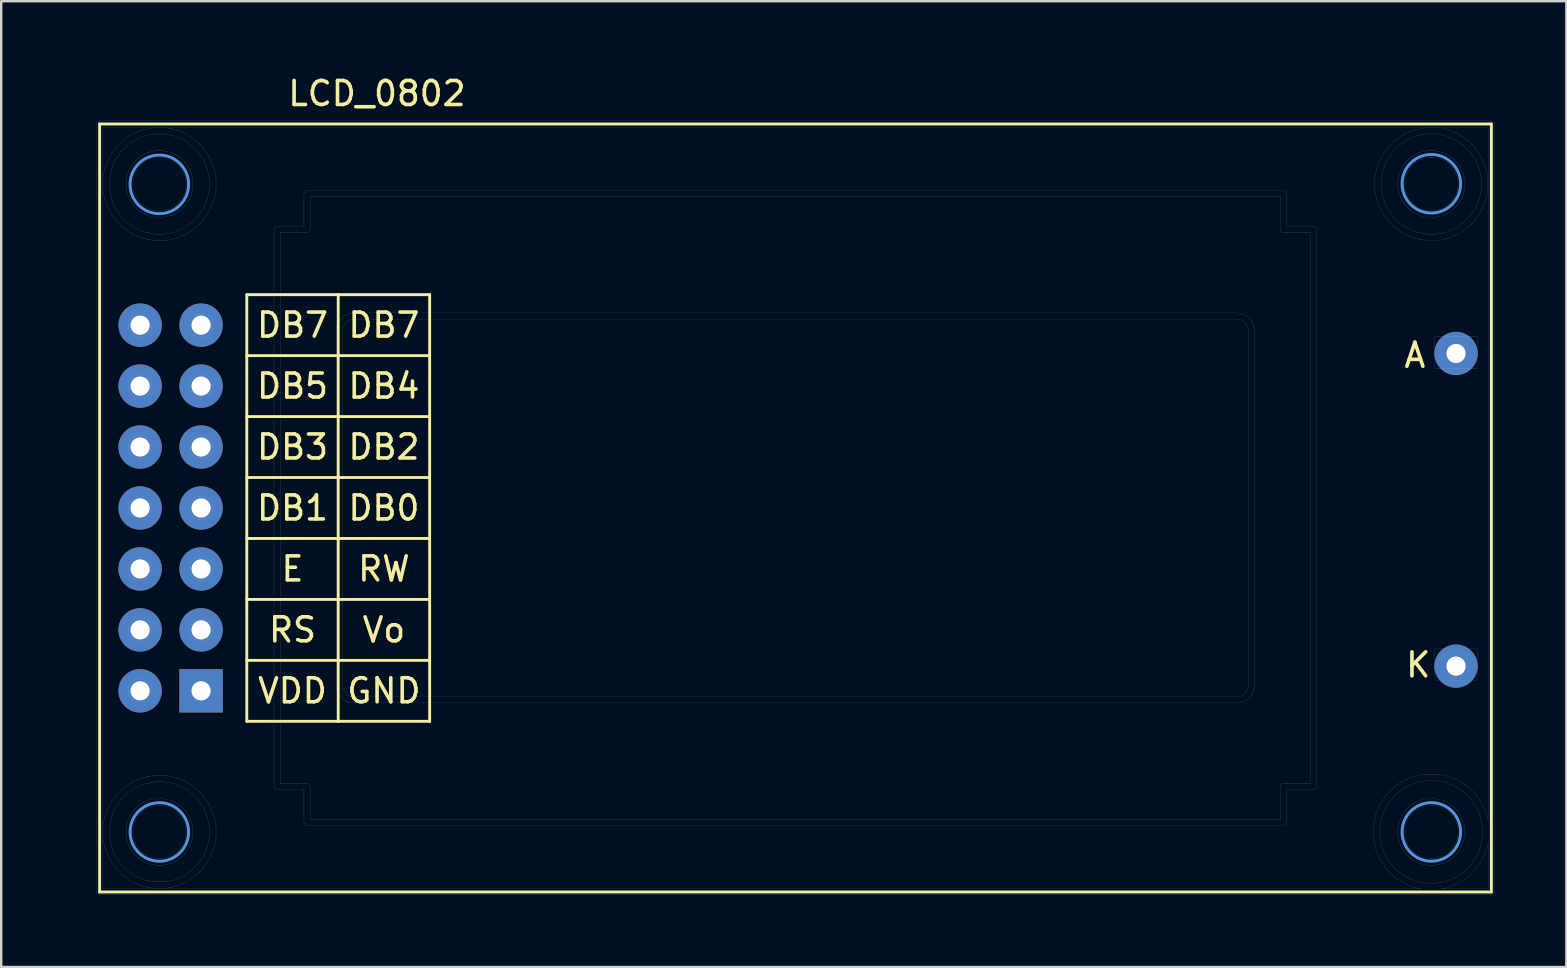
<source format=kicad_pcb>
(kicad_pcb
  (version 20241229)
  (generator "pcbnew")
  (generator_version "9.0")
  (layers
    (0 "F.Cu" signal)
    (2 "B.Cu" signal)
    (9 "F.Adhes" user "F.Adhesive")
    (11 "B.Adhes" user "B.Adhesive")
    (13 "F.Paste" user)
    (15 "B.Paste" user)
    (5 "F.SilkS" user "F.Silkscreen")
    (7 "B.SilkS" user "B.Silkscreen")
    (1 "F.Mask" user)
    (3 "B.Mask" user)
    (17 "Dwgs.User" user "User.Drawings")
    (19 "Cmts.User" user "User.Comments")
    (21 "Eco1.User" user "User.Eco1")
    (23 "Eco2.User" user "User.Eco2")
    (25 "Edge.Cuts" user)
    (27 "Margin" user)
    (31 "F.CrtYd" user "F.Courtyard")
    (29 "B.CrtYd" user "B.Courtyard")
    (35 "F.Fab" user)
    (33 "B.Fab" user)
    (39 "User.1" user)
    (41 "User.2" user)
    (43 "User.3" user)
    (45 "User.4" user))
  (footprint "LCD_0802"
    (layer "F.Cu")
    (at 0.25 2.88)
    (property "Reference" "LCD_0802" (at 12.408 -2.032 0) (layer "F.SilkS") (effects (font (size 1 1) (thickness 0.15))))
    (attr through_hole)
    (fp_line (start 0.851 -0.762) (end 58.852 -0.762) (stroke (width 0.12) (type solid)) (layer "F.SilkS"))
    (fp_line (start 0.851 31.242) (end 0.851 -0.762) (stroke (width 0.12) (type solid)) (layer "F.SilkS"))
    (fp_line (start 6.985 6.35) (end 6.985 24.13) (stroke (width 0.12) (type solid)) (layer "F.SilkS"))
    (fp_line (start 6.985 8.89) (end 14.605 8.89) (stroke (width 0.12) (type solid)) (layer "F.SilkS"))
    (fp_line (start 6.985 11.43) (end 14.605 11.43) (stroke (width 0.12) (type solid)) (layer "F.SilkS"))
    (fp_line (start 6.985 13.97) (end 14.605 13.97) (stroke (width 0.12) (type solid)) (layer "F.SilkS"))
    (fp_line (start 6.985 16.51) (end 14.605 16.51) (stroke (width 0.12) (type solid)) (layer "F.SilkS"))
    (fp_line (start 6.985 19.05) (end 14.605 19.05) (stroke (width 0.12) (type solid)) (layer "F.SilkS"))
    (fp_line (start 6.985 21.59) (end 14.605 21.59) (stroke (width 0.12) (type solid)) (layer "F.SilkS"))
    (fp_line (start 6.985 24.13) (end 10.795 24.13) (stroke (width 0.12) (type solid)) (layer "F.SilkS"))
    (fp_line (start 10.795 6.35) (end 6.985 6.35) (stroke (width 0.12) (type solid)) (layer "F.SilkS"))
    (fp_line (start 10.795 6.35) (end 14.605 6.35) (stroke (width 0.12) (type solid)) (layer "F.SilkS"))
    (fp_line (start 10.795 24.13) (end 10.795 6.35) (stroke (width 0.12) (type solid)) (layer "F.SilkS"))
    (fp_line (start 14.605 6.35) (end 14.605 24.13) (stroke (width 0.12) (type solid)) (layer "F.SilkS"))
    (fp_line (start 14.605 24.13) (end 10.795 24.13) (stroke (width 0.12) (type solid)) (layer "F.SilkS"))
    (fp_line (start 58.852 -0.762) (end 58.852 31.242) (stroke (width 0.12) (type solid)) (layer "F.SilkS"))
    (fp_line (start 58.852 31.242) (end 0.851 31.242) (stroke (width 0.12) (type solid)) (layer "F.SilkS"))
    (fp_line (start 0.717 -0.761) (end 0.72 -0.786) (stroke (width 0.004) (type solid)) (layer "Dwgs.User"))
    (fp_line (start 0.717 31.239) (end 0.718 31.233) (stroke (width 0.004) (type solid)) (layer "Dwgs.User"))
    (fp_line (start 0.718 -0.755) (end 0.717 -0.761) (stroke (width 0.004) (type solid)) (layer "Dwgs.User"))
    (fp_line (start 0.718 31.233) (end 0.718 -0.755) (stroke (width 0.004) (type solid)) (layer "Dwgs.User"))
    (fp_line (start 0.72 -0.786) (end 0.727 -0.81) (stroke (width 0.004) (type solid)) (layer "Dwgs.User"))
    (fp_line (start 0.72 31.264) (end 0.717 31.239) (stroke (width 0.004) (type solid)) (layer "Dwgs.User"))
    (fp_line (start 0.727 -0.81) (end 0.739 -0.832) (stroke (width 0.004) (type solid)) (layer "Dwgs.User"))
    (fp_line (start 0.727 31.288) (end 0.72 31.264) (stroke (width 0.004) (type solid)) (layer "Dwgs.User"))
    (fp_line (start 0.739 -0.832) (end 0.755 -0.851) (stroke (width 0.004) (type solid)) (layer "Dwgs.User"))
    (fp_line (start 0.739 31.31) (end 0.727 31.288) (stroke (width 0.004) (type solid)) (layer "Dwgs.User"))
    (fp_line (start 0.755 -0.851) (end 0.774 -0.867) (stroke (width 0.004) (type solid)) (layer "Dwgs.User"))
    (fp_line (start 0.755 31.329) (end 0.739 31.31) (stroke (width 0.004) (type solid)) (layer "Dwgs.User"))
    (fp_line (start 0.774 -0.867) (end 0.796 -0.879) (stroke (width 0.004) (type solid)) (layer "Dwgs.User"))
    (fp_line (start 0.774 31.345) (end 0.755 31.329) (stroke (width 0.004) (type solid)) (layer "Dwgs.User"))
    (fp_line (start 0.796 -0.879) (end 0.82 -0.886) (stroke (width 0.004) (type solid)) (layer "Dwgs.User"))
    (fp_line (start 0.796 31.357) (end 0.774 31.345) (stroke (width 0.004) (type solid)) (layer "Dwgs.User"))
    (fp_line (start 0.82 -0.886) (end 0.839 -0.888) (stroke (width 0.004) (type solid)) (layer "Dwgs.User"))
    (fp_line (start 0.82 31.364) (end 0.796 31.357) (stroke (width 0.004) (type solid)) (layer "Dwgs.User"))
    (fp_line (start 0.839 -0.888) (end 0.845 -0.889) (stroke (width 0.004) (type solid)) (layer "Dwgs.User"))
    (fp_line (start 0.839 31.366) (end 0.82 31.364) (stroke (width 0.004) (type solid)) (layer "Dwgs.User"))
    (fp_line (start 0.845 -0.889) (end 0.851 -0.888) (stroke (width 0.004) (type solid)) (layer "Dwgs.User"))
    (fp_line (start 0.845 31.367) (end 0.839 31.366) (stroke (width 0.004) (type solid)) (layer "Dwgs.User"))
    (fp_line (start 0.851 -0.888) (end 58.839 -0.888) (stroke (width 0.004) (type solid)) (layer "Dwgs.User"))
    (fp_line (start 0.851 31.366) (end 0.845 31.367) (stroke (width 0.004) (type solid)) (layer "Dwgs.User"))
    (fp_line (start 0.972 -0.634) (end 0.972 31.112) (stroke (width 0.004) (type solid)) (layer "Dwgs.User"))
    (fp_line (start 0.972 31.112) (end 55.915 31.112) (stroke (width 0.004) (type solid)) (layer "Dwgs.User"))
    (fp_line (start 0.987 1.507) (end 1.078 1.051) (stroke (width 0.004) (type solid)) (layer "Dwgs.User"))
    (fp_line (start 0.987 1.971) (end 0.987 1.507) (stroke (width 0.004) (type solid)) (layer "Dwgs.User"))
    (fp_line (start 0.987 28.507) (end 1.078 28.051) (stroke (width 0.004) (type solid)) (layer "Dwgs.User"))
    (fp_line (start 0.987 28.971) (end 0.987 28.507) (stroke (width 0.004) (type solid)) (layer "Dwgs.User"))
    (fp_line (start 1.078 1.051) (end 1.256 0.622) (stroke (width 0.004) (type solid)) (layer "Dwgs.User"))
    (fp_line (start 1.078 2.427) (end 0.987 1.971) (stroke (width 0.004) (type solid)) (layer "Dwgs.User"))
    (fp_line (start 1.078 28.051) (end 1.256 27.622) (stroke (width 0.004) (type solid)) (layer "Dwgs.User"))
    (fp_line (start 1.078 29.427) (end 0.987 28.971) (stroke (width 0.004) (type solid)) (layer "Dwgs.User"))
    (fp_line (start 1.256 0.622) (end 1.514 0.236) (stroke (width 0.004) (type solid)) (layer "Dwgs.User"))
    (fp_line (start 1.256 2.856) (end 1.078 2.427) (stroke (width 0.004) (type solid)) (layer "Dwgs.User"))
    (fp_line (start 1.256 27.622) (end 1.514 27.236) (stroke (width 0.004) (type solid)) (layer "Dwgs.User"))
    (fp_line (start 1.256 29.856) (end 1.078 29.427) (stroke (width 0.004) (type solid)) (layer "Dwgs.User"))
    (fp_line (start 1.26 1.534) (end 1.26 1.944) (stroke (width 0.004) (type solid)) (layer "Dwgs.User"))
    (fp_line (start 1.26 1.944) (end 1.34 2.347) (stroke (width 0.004) (type solid)) (layer "Dwgs.User"))
    (fp_line (start 1.26 28.534) (end 1.26 28.944) (stroke (width 0.004) (type solid)) (layer "Dwgs.User"))
    (fp_line (start 1.26 28.944) (end 1.34 29.347) (stroke (width 0.004) (type solid)) (layer "Dwgs.User"))
    (fp_line (start 1.34 1.131) (end 1.26 1.534) (stroke (width 0.004) (type solid)) (layer "Dwgs.User"))
    (fp_line (start 1.34 2.347) (end 1.497 2.727) (stroke (width 0.004) (type solid)) (layer "Dwgs.User"))
    (fp_line (start 1.34 28.131) (end 1.26 28.534) (stroke (width 0.004) (type solid)) (layer "Dwgs.User"))
    (fp_line (start 1.34 29.347) (end 1.497 29.727) (stroke (width 0.004) (type solid)) (layer "Dwgs.User"))
    (fp_line (start 1.497 0.751) (end 1.34 1.131) (stroke (width 0.004) (type solid)) (layer "Dwgs.User"))
    (fp_line (start 1.497 2.727) (end 1.726 3.068) (stroke (width 0.004) (type solid)) (layer "Dwgs.User"))
    (fp_line (start 1.497 27.751) (end 1.34 28.131) (stroke (width 0.004) (type solid)) (layer "Dwgs.User"))
    (fp_line (start 1.497 29.727) (end 1.726 30.068) (stroke (width 0.004) (type solid)) (layer "Dwgs.User"))
    (fp_line (start 1.514 0.236) (end 1.842 -0.092) (stroke (width 0.004) (type solid)) (layer "Dwgs.User"))
    (fp_line (start 1.514 3.242) (end 1.256 2.856) (stroke (width 0.004) (type solid)) (layer "Dwgs.User"))
    (fp_line (start 1.514 27.236) (end 1.842 26.908) (stroke (width 0.004) (type solid)) (layer "Dwgs.User"))
    (fp_line (start 1.514 30.242) (end 1.256 29.856) (stroke (width 0.004) (type solid)) (layer "Dwgs.User"))
    (fp_line (start 1.64 7.531) (end 1.675 7.357) (stroke (width 0.004) (type solid)) (layer "Dwgs.User"))
    (fp_line (start 1.64 7.709) (end 1.64 7.531) (stroke (width 0.004) (type solid)) (layer "Dwgs.User"))
    (fp_line (start 1.64 10.071) (end 1.675 9.897) (stroke (width 0.004) (type solid)) (layer "Dwgs.User"))
    (fp_line (start 1.64 10.249) (end 1.64 10.071) (stroke (width 0.004) (type solid)) (layer "Dwgs.User"))
    (fp_line (start 1.64 12.611) (end 1.675 12.438) (stroke (width 0.004) (type solid)) (layer "Dwgs.User"))
    (fp_line (start 1.64 12.789) (end 1.64 12.611) (stroke (width 0.004) (type solid)) (layer "Dwgs.User"))
    (fp_line (start 1.64 15.151) (end 1.675 14.977) (stroke (width 0.004) (type solid)) (layer "Dwgs.User"))
    (fp_line (start 1.64 15.329) (end 1.64 15.151) (stroke (width 0.004) (type solid)) (layer "Dwgs.User"))
    (fp_line (start 1.64 17.691) (end 1.675 17.517) (stroke (width 0.004) (type solid)) (layer "Dwgs.User"))
    (fp_line (start 1.64 17.869) (end 1.64 17.691) (stroke (width 0.004) (type solid)) (layer "Dwgs.User"))
    (fp_line (start 1.64 20.231) (end 1.675 20.058) (stroke (width 0.004) (type solid)) (layer "Dwgs.User"))
    (fp_line (start 1.64 20.409) (end 1.64 20.231) (stroke (width 0.004) (type solid)) (layer "Dwgs.User"))
    (fp_line (start 1.64 22.771) (end 1.675 22.598) (stroke (width 0.004) (type solid)) (layer "Dwgs.User"))
    (fp_line (start 1.64 22.949) (end 1.64 22.771) (stroke (width 0.004) (type solid)) (layer "Dwgs.User"))
    (fp_line (start 1.675 7.357) (end 1.742 7.194) (stroke (width 0.004) (type solid)) (layer "Dwgs.User"))
    (fp_line (start 1.675 7.883) (end 1.64 7.709) (stroke (width 0.004) (type solid)) (layer "Dwgs.User"))
    (fp_line (start 1.675 9.897) (end 1.742 9.734) (stroke (width 0.004) (type solid)) (layer "Dwgs.User"))
    (fp_line (start 1.675 10.422) (end 1.64 10.249) (stroke (width 0.004) (type solid)) (layer "Dwgs.User"))
    (fp_line (start 1.675 12.438) (end 1.742 12.274) (stroke (width 0.004) (type solid)) (layer "Dwgs.User"))
    (fp_line (start 1.675 12.963) (end 1.64 12.789) (stroke (width 0.004) (type solid)) (layer "Dwgs.User"))
    (fp_line (start 1.675 14.977) (end 1.742 14.814) (stroke (width 0.004) (type solid)) (layer "Dwgs.User"))
    (fp_line (start 1.675 15.502) (end 1.64 15.329) (stroke (width 0.004) (type solid)) (layer "Dwgs.User"))
    (fp_line (start 1.675 17.517) (end 1.742 17.354) (stroke (width 0.004) (type solid)) (layer "Dwgs.User"))
    (fp_line (start 1.675 18.043) (end 1.64 17.869) (stroke (width 0.004) (type solid)) (layer "Dwgs.User"))
    (fp_line (start 1.675 20.058) (end 1.742 19.894) (stroke (width 0.004) (type solid)) (layer "Dwgs.User"))
    (fp_line (start 1.675 20.582) (end 1.64 20.409) (stroke (width 0.004) (type solid)) (layer "Dwgs.User"))
    (fp_line (start 1.675 22.598) (end 1.742 22.434) (stroke (width 0.004) (type solid)) (layer "Dwgs.User"))
    (fp_line (start 1.675 23.122) (end 1.64 22.949) (stroke (width 0.004) (type solid)) (layer "Dwgs.User"))
    (fp_line (start 1.726 0.41) (end 1.497 0.751) (stroke (width 0.004) (type solid)) (layer "Dwgs.User"))
    (fp_line (start 1.726 3.068) (end 2.016 3.358) (stroke (width 0.004) (type solid)) (layer "Dwgs.User"))
    (fp_line (start 1.726 27.41) (end 1.497 27.751) (stroke (width 0.004) (type solid)) (layer "Dwgs.User"))
    (fp_line (start 1.726 30.068) (end 2.016 30.358) (stroke (width 0.004) (type solid)) (layer "Dwgs.User"))
    (fp_line (start 1.742 7.194) (end 1.841 7.046) (stroke (width 0.004) (type solid)) (layer "Dwgs.User"))
    (fp_line (start 1.742 8.046) (end 1.675 7.883) (stroke (width 0.004) (type solid)) (layer "Dwgs.User"))
    (fp_line (start 1.742 9.734) (end 1.841 9.586) (stroke (width 0.004) (type solid)) (layer "Dwgs.User"))
    (fp_line (start 1.742 10.586) (end 1.675 10.422) (stroke (width 0.004) (type solid)) (layer "Dwgs.User"))
    (fp_line (start 1.742 12.274) (end 1.841 12.126) (stroke (width 0.004) (type solid)) (layer "Dwgs.User"))
    (fp_line (start 1.742 13.126) (end 1.675 12.963) (stroke (width 0.004) (type solid)) (layer "Dwgs.User"))
    (fp_line (start 1.742 14.814) (end 1.841 14.666) (stroke (width 0.004) (type solid)) (layer "Dwgs.User"))
    (fp_line (start 1.742 15.666) (end 1.675 15.502) (stroke (width 0.004) (type solid)) (layer "Dwgs.User"))
    (fp_line (start 1.742 17.354) (end 1.841 17.206) (stroke (width 0.004) (type solid)) (layer "Dwgs.User"))
    (fp_line (start 1.742 18.206) (end 1.675 18.043) (stroke (width 0.004) (type solid)) (layer "Dwgs.User"))
    (fp_line (start 1.742 19.894) (end 1.841 19.746) (stroke (width 0.004) (type solid)) (layer "Dwgs.User"))
    (fp_line (start 1.742 20.746) (end 1.675 20.582) (stroke (width 0.004) (type solid)) (layer "Dwgs.User"))
    (fp_line (start 1.742 22.434) (end 1.841 22.286) (stroke (width 0.004) (type solid)) (layer "Dwgs.User"))
    (fp_line (start 1.742 23.286) (end 1.675 23.122) (stroke (width 0.004) (type solid)) (layer "Dwgs.User"))
    (fp_line (start 1.841 7.046) (end 1.966 6.921) (stroke (width 0.004) (type solid)) (layer "Dwgs.User"))
    (fp_line (start 1.841 8.194) (end 1.742 8.046) (stroke (width 0.004) (type solid)) (layer "Dwgs.User"))
    (fp_line (start 1.841 9.586) (end 1.966 9.461) (stroke (width 0.004) (type solid)) (layer "Dwgs.User"))
    (fp_line (start 1.841 10.734) (end 1.742 10.586) (stroke (width 0.004) (type solid)) (layer "Dwgs.User"))
    (fp_line (start 1.841 12.126) (end 1.966 12.001) (stroke (width 0.004) (type solid)) (layer "Dwgs.User"))
    (fp_line (start 1.841 13.274) (end 1.742 13.126) (stroke (width 0.004) (type solid)) (layer "Dwgs.User"))
    (fp_line (start 1.841 14.666) (end 1.966 14.541) (stroke (width 0.004) (type solid)) (layer "Dwgs.User"))
    (fp_line (start 1.841 15.814) (end 1.742 15.666) (stroke (width 0.004) (type solid)) (layer "Dwgs.User"))
    (fp_line (start 1.841 17.206) (end 1.966 17.081) (stroke (width 0.004) (type solid)) (layer "Dwgs.User"))
    (fp_line (start 1.841 18.354) (end 1.742 18.206) (stroke (width 0.004) (type solid)) (layer "Dwgs.User"))
    (fp_line (start 1.841 19.746) (end 1.966 19.621) (stroke (width 0.004) (type solid)) (layer "Dwgs.User"))
    (fp_line (start 1.841 20.894) (end 1.742 20.746) (stroke (width 0.004) (type solid)) (layer "Dwgs.User"))
    (fp_line (start 1.841 22.286) (end 1.966 22.161) (stroke (width 0.004) (type solid)) (layer "Dwgs.User"))
    (fp_line (start 1.841 23.434) (end 1.742 23.286) (stroke (width 0.004) (type solid)) (layer "Dwgs.User"))
    (fp_line (start 1.842 -0.092) (end 2.228 -0.35) (stroke (width 0.004) (type solid)) (layer "Dwgs.User"))
    (fp_line (start 1.842 3.57) (end 1.514 3.242) (stroke (width 0.004) (type solid)) (layer "Dwgs.User"))
    (fp_line (start 1.842 26.908) (end 2.228 26.65) (stroke (width 0.004) (type solid)) (layer "Dwgs.User"))
    (fp_line (start 1.842 30.57) (end 1.514 30.242) (stroke (width 0.004) (type solid)) (layer "Dwgs.User"))
    (fp_line (start 1.955 1.602) (end 2.008 1.333) (stroke (width 0.004) (type solid)) (layer "Dwgs.User"))
    (fp_line (start 1.955 1.876) (end 1.955 1.602) (stroke (width 0.004) (type solid)) (layer "Dwgs.User"))
    (fp_line (start 1.955 28.602) (end 2.008 28.334) (stroke (width 0.004) (type solid)) (layer "Dwgs.User"))
    (fp_line (start 1.955 28.876) (end 1.955 28.602) (stroke (width 0.004) (type solid)) (layer "Dwgs.User"))
    (fp_line (start 1.966 6.921) (end 2.114 6.822) (stroke (width 0.004) (type solid)) (layer "Dwgs.User"))
    (fp_line (start 1.966 8.319) (end 1.841 8.194) (stroke (width 0.004) (type solid)) (layer "Dwgs.User"))
    (fp_line (start 1.966 9.461) (end 2.114 9.362) (stroke (width 0.004) (type solid)) (layer "Dwgs.User"))
    (fp_line (start 1.966 10.859) (end 1.841 10.734) (stroke (width 0.004) (type solid)) (layer "Dwgs.User"))
    (fp_line (start 1.966 12.001) (end 2.114 11.902) (stroke (width 0.004) (type solid)) (layer "Dwgs.User"))
    (fp_line (start 1.966 13.399) (end 1.841 13.274) (stroke (width 0.004) (type solid)) (layer "Dwgs.User"))
    (fp_line (start 1.966 14.541) (end 2.114 14.442) (stroke (width 0.004) (type solid)) (layer "Dwgs.User"))
    (fp_line (start 1.966 15.939) (end 1.841 15.814) (stroke (width 0.004) (type solid)) (layer "Dwgs.User"))
    (fp_line (start 1.966 17.081) (end 2.114 16.982) (stroke (width 0.004) (type solid)) (layer "Dwgs.User"))
    (fp_line (start 1.966 18.479) (end 1.841 18.354) (stroke (width 0.004) (type solid)) (layer "Dwgs.User"))
    (fp_line (start 1.966 19.621) (end 2.114 19.522) (stroke (width 0.004) (type solid)) (layer "Dwgs.User"))
    (fp_line (start 1.966 21.019) (end 1.841 20.894) (stroke (width 0.004) (type solid)) (layer "Dwgs.User"))
    (fp_line (start 1.966 22.161) (end 2.114 22.062) (stroke (width 0.004) (type solid)) (layer "Dwgs.User"))
    (fp_line (start 1.966 23.559) (end 1.841 23.434) (stroke (width 0.004) (type solid)) (layer "Dwgs.User"))
    (fp_line (start 2.008 1.333) (end 2.113 1.08) (stroke (width 0.004) (type solid)) (layer "Dwgs.User"))
    (fp_line (start 2.008 2.145) (end 1.955 1.876) (stroke (width 0.004) (type solid)) (layer "Dwgs.User"))
    (fp_line (start 2.008 28.334) (end 2.113 28.081) (stroke (width 0.004) (type solid)) (layer "Dwgs.User"))
    (fp_line (start 2.008 29.145) (end 1.955 28.876) (stroke (width 0.004) (type solid)) (layer "Dwgs.User"))
    (fp_line (start 2.016 0.12) (end 1.726 0.41) (stroke (width 0.004) (type solid)) (layer "Dwgs.User"))
    (fp_line (start 2.016 3.358) (end 2.357 3.587) (stroke (width 0.004) (type solid)) (layer "Dwgs.User"))
    (fp_line (start 2.016 27.119) (end 1.726 27.41) (stroke (width 0.004) (type solid)) (layer "Dwgs.User"))
    (fp_line (start 2.016 30.358) (end 2.357 30.587) (stroke (width 0.004) (type solid)) (layer "Dwgs.User"))
    (fp_line (start 2.113 1.08) (end 2.265 0.853) (stroke (width 0.004) (type solid)) (layer "Dwgs.User"))
    (fp_line (start 2.113 2.398) (end 2.008 2.145) (stroke (width 0.004) (type solid)) (layer "Dwgs.User"))
    (fp_line (start 2.113 28.081) (end 2.265 27.853) (stroke (width 0.004) (type solid)) (layer "Dwgs.User"))
    (fp_line (start 2.113 29.398) (end 2.008 29.145) (stroke (width 0.004) (type solid)) (layer "Dwgs.User"))
    (fp_line (start 2.114 6.822) (end 2.277 6.755) (stroke (width 0.004) (type solid)) (layer "Dwgs.User"))
    (fp_line (start 2.114 8.418) (end 1.966 8.319) (stroke (width 0.004) (type solid)) (layer "Dwgs.User"))
    (fp_line (start 2.114 9.362) (end 2.277 9.295) (stroke (width 0.004) (type solid)) (layer "Dwgs.User"))
    (fp_line (start 2.114 10.958) (end 1.966 10.859) (stroke (width 0.004) (type solid)) (layer "Dwgs.User"))
    (fp_line (start 2.114 11.902) (end 2.277 11.835) (stroke (width 0.004) (type solid)) (layer "Dwgs.User"))
    (fp_line (start 2.114 13.498) (end 1.966 13.399) (stroke (width 0.004) (type solid)) (layer "Dwgs.User"))
    (fp_line (start 2.114 14.442) (end 2.277 14.375) (stroke (width 0.004) (type solid)) (layer "Dwgs.User"))
    (fp_line (start 2.114 16.038) (end 1.966 15.939) (stroke (width 0.004) (type solid)) (layer "Dwgs.User"))
    (fp_line (start 2.114 16.982) (end 2.277 16.915) (stroke (width 0.004) (type solid)) (layer "Dwgs.User"))
    (fp_line (start 2.114 18.578) (end 1.966 18.479) (stroke (width 0.004) (type solid)) (layer "Dwgs.User"))
    (fp_line (start 2.114 19.522) (end 2.277 19.455) (stroke (width 0.004) (type solid)) (layer "Dwgs.User"))
    (fp_line (start 2.114 21.118) (end 1.966 21.019) (stroke (width 0.004) (type solid)) (layer "Dwgs.User"))
    (fp_line (start 2.114 22.062) (end 2.277 21.995) (stroke (width 0.004) (type solid)) (layer "Dwgs.User"))
    (fp_line (start 2.114 23.658) (end 1.966 23.559) (stroke (width 0.004) (type solid)) (layer "Dwgs.User"))
    (fp_line (start 2.227 1.629) (end 2.227 1.849) (stroke (width 0.004) (type solid)) (layer "Dwgs.User"))
    (fp_line (start 2.227 1.849) (end 2.27 2.065) (stroke (width 0.004) (type solid)) (layer "Dwgs.User"))
    (fp_line (start 2.227 28.629) (end 2.227 28.849) (stroke (width 0.004) (type solid)) (layer "Dwgs.User"))
    (fp_line (start 2.227 28.849) (end 2.27 29.065) (stroke (width 0.004) (type solid)) (layer "Dwgs.User"))
    (fp_line (start 2.228 -0.35) (end 2.657 -0.528) (stroke (width 0.004) (type solid)) (layer "Dwgs.User"))
    (fp_line (start 2.228 3.828) (end 1.842 3.57) (stroke (width 0.004) (type solid)) (layer "Dwgs.User"))
    (fp_line (start 2.228 26.65) (end 2.657 26.472) (stroke (width 0.004) (type solid)) (layer "Dwgs.User"))
    (fp_line (start 2.228 30.828) (end 1.842 30.57) (stroke (width 0.004) (type solid)) (layer "Dwgs.User"))
    (fp_line (start 2.265 0.853) (end 2.459 0.659) (stroke (width 0.004) (type solid)) (layer "Dwgs.User"))
    (fp_line (start 2.265 2.625) (end 2.113 2.398) (stroke (width 0.004) (type solid)) (layer "Dwgs.User"))
    (fp_line (start 2.265 27.853) (end 2.459 27.659) (stroke (width 0.004) (type solid)) (layer "Dwgs.User"))
    (fp_line (start 2.265 29.625) (end 2.113 29.398) (stroke (width 0.004) (type solid)) (layer "Dwgs.User"))
    (fp_line (start 2.27 1.413) (end 2.227 1.629) (stroke (width 0.004) (type solid)) (layer "Dwgs.User"))
    (fp_line (start 2.27 2.065) (end 2.355 2.268) (stroke (width 0.004) (type solid)) (layer "Dwgs.User"))
    (fp_line (start 2.27 28.413) (end 2.227 28.629) (stroke (width 0.004) (type solid)) (layer "Dwgs.User"))
    (fp_line (start 2.27 29.065) (end 2.355 29.268) (stroke (width 0.004) (type solid)) (layer "Dwgs.User"))
    (fp_line (start 2.277 6.755) (end 2.451 6.72) (stroke (width 0.004) (type solid)) (layer "Dwgs.User"))
    (fp_line (start 2.277 8.485) (end 2.114 8.418) (stroke (width 0.004) (type solid)) (layer "Dwgs.User"))
    (fp_line (start 2.277 9.295) (end 2.451 9.26) (stroke (width 0.004) (type solid)) (layer "Dwgs.User"))
    (fp_line (start 2.277 11.025) (end 2.114 10.958) (stroke (width 0.004) (type solid)) (layer "Dwgs.User"))
    (fp_line (start 2.277 11.835) (end 2.451 11.8) (stroke (width 0.004) (type solid)) (layer "Dwgs.User"))
    (fp_line (start 2.277 13.565) (end 2.114 13.498) (stroke (width 0.004) (type solid)) (layer "Dwgs.User"))
    (fp_line (start 2.277 14.375) (end 2.451 14.34) (stroke (width 0.004) (type solid)) (layer "Dwgs.User"))
    (fp_line (start 2.277 16.105) (end 2.114 16.038) (stroke (width 0.004) (type solid)) (layer "Dwgs.User"))
    (fp_line (start 2.277 16.915) (end 2.451 16.88) (stroke (width 0.004) (type solid)) (layer "Dwgs.User"))
    (fp_line (start 2.277 18.645) (end 2.114 18.578) (stroke (width 0.004) (type solid)) (layer "Dwgs.User"))
    (fp_line (start 2.277 19.455) (end 2.451 19.42) (stroke (width 0.004) (type solid)) (layer "Dwgs.User"))
    (fp_line (start 2.277 21.185) (end 2.114 21.118) (stroke (width 0.004) (type solid)) (layer "Dwgs.User"))
    (fp_line (start 2.277 21.995) (end 2.451 21.96) (stroke (width 0.004) (type solid)) (layer "Dwgs.User"))
    (fp_line (start 2.277 23.725) (end 2.114 23.658) (stroke (width 0.004) (type solid)) (layer "Dwgs.User"))
    (fp_line (start 2.355 1.21) (end 2.27 1.413) (stroke (width 0.004) (type solid)) (layer "Dwgs.User"))
    (fp_line (start 2.355 2.268) (end 2.477 2.451) (stroke (width 0.004) (type solid)) (layer "Dwgs.User"))
    (fp_line (start 2.355 28.21) (end 2.27 28.413) (stroke (width 0.004) (type solid)) (layer "Dwgs.User"))
    (fp_line (start 2.355 29.268) (end 2.477 29.451) (stroke (width 0.004) (type solid)) (layer "Dwgs.User"))
    (fp_line (start 2.357 -0.109) (end 2.016 0.12) (stroke (width 0.004) (type solid)) (layer "Dwgs.User"))
    (fp_line (start 2.357 3.587) (end 2.737 3.744) (stroke (width 0.004) (type solid)) (layer "Dwgs.User"))
    (fp_line (start 2.357 26.891) (end 2.016 27.119) (stroke (width 0.004) (type solid)) (layer "Dwgs.User"))
    (fp_line (start 2.357 30.587) (end 2.737 30.744) (stroke (width 0.004) (type solid)) (layer "Dwgs.User"))
    (fp_line (start 2.451 6.72) (end 2.629 6.72) (stroke (width 0.004) (type solid)) (layer "Dwgs.User"))
    (fp_line (start 2.451 8.52) (end 2.277 8.485) (stroke (width 0.004) (type solid)) (layer "Dwgs.User"))
    (fp_line (start 2.451 9.26) (end 2.629 9.26) (stroke (width 0.004) (type solid)) (layer "Dwgs.User"))
    (fp_line (start 2.451 11.06) (end 2.277 11.025) (stroke (width 0.004) (type solid)) (layer "Dwgs.User"))
    (fp_line (start 2.451 11.8) (end 2.629 11.8) (stroke (width 0.004) (type solid)) (layer "Dwgs.User"))
    (fp_line (start 2.451 13.6) (end 2.277 13.565) (stroke (width 0.004) (type solid)) (layer "Dwgs.User"))
    (fp_line (start 2.451 14.34) (end 2.629 14.34) (stroke (width 0.004) (type solid)) (layer "Dwgs.User"))
    (fp_line (start 2.451 16.14) (end 2.277 16.105) (stroke (width 0.004) (type solid)) (layer "Dwgs.User"))
    (fp_line (start 2.451 16.88) (end 2.629 16.88) (stroke (width 0.004) (type solid)) (layer "Dwgs.User"))
    (fp_line (start 2.451 18.68) (end 2.277 18.645) (stroke (width 0.004) (type solid)) (layer "Dwgs.User"))
    (fp_line (start 2.451 19.42) (end 2.629 19.42) (stroke (width 0.004) (type solid)) (layer "Dwgs.User"))
    (fp_line (start 2.451 21.22) (end 2.277 21.185) (stroke (width 0.004) (type solid)) (layer "Dwgs.User"))
    (fp_line (start 2.451 21.96) (end 2.629 21.96) (stroke (width 0.004) (type solid)) (layer "Dwgs.User"))
    (fp_line (start 2.451 23.76) (end 2.277 23.725) (stroke (width 0.004) (type solid)) (layer "Dwgs.User"))
    (fp_line (start 2.459 0.659) (end 2.686 0.507) (stroke (width 0.004) (type solid)) (layer "Dwgs.User"))
    (fp_line (start 2.459 2.819) (end 2.265 2.625) (stroke (width 0.004) (type solid)) (layer "Dwgs.User"))
    (fp_line (start 2.459 27.659) (end 2.686 27.507) (stroke (width 0.004) (type solid)) (layer "Dwgs.User"))
    (fp_line (start 2.459 29.819) (end 2.265 29.625) (stroke (width 0.004) (type solid)) (layer "Dwgs.User"))
    (fp_line (start 2.477 1.027) (end 2.355 1.21) (stroke (width 0.004) (type solid)) (layer "Dwgs.User"))
    (fp_line (start 2.477 2.451) (end 2.633 2.607) (stroke (width 0.004) (type solid)) (layer "Dwgs.User"))
    (fp_line (start 2.477 28.027) (end 2.355 28.21) (stroke (width 0.004) (type solid)) (layer "Dwgs.User"))
    (fp_line (start 2.477 29.451) (end 2.633 29.607) (stroke (width 0.004) (type solid)) (layer "Dwgs.User"))
    (fp_line (start 2.629 6.72) (end 2.803 6.755) (stroke (width 0.004) (type solid)) (layer "Dwgs.User"))
    (fp_line (start 2.629 8.52) (end 2.451 8.52) (stroke (width 0.004) (type solid)) (layer "Dwgs.User"))
    (fp_line (start 2.629 9.26) (end 2.803 9.295) (stroke (width 0.004) (type solid)) (layer "Dwgs.User"))
    (fp_line (start 2.629 11.06) (end 2.451 11.06) (stroke (width 0.004) (type solid)) (layer "Dwgs.User"))
    (fp_line (start 2.629 11.8) (end 2.803 11.835) (stroke (width 0.004) (type solid)) (layer "Dwgs.User"))
    (fp_line (start 2.629 13.6) (end 2.451 13.6) (stroke (width 0.004) (type solid)) (layer "Dwgs.User"))
    (fp_line (start 2.629 14.34) (end 2.803 14.375) (stroke (width 0.004) (type solid)) (layer "Dwgs.User"))
    (fp_line (start 2.629 16.14) (end 2.451 16.14) (stroke (width 0.004) (type solid)) (layer "Dwgs.User"))
    (fp_line (start 2.629 16.88) (end 2.803 16.915) (stroke (width 0.004) (type solid)) (layer "Dwgs.User"))
    (fp_line (start 2.629 18.68) (end 2.451 18.68) (stroke (width 0.004) (type solid)) (layer "Dwgs.User"))
    (fp_line (start 2.629 19.42) (end 2.803 19.455) (stroke (width 0.004) (type solid)) (layer "Dwgs.User"))
    (fp_line (start 2.629 21.22) (end 2.451 21.22) (stroke (width 0.004) (type solid)) (layer "Dwgs.User"))
    (fp_line (start 2.629 21.96) (end 2.803 21.995) (stroke (width 0.004) (type solid)) (layer "Dwgs.User"))
    (fp_line (start 2.629 23.76) (end 2.451 23.76) (stroke (width 0.004) (type solid)) (layer "Dwgs.User"))
    (fp_line (start 2.633 0.871) (end 2.477 1.027) (stroke (width 0.004) (type solid)) (layer "Dwgs.User"))
    (fp_line (start 2.633 2.607) (end 2.816 2.729) (stroke (width 0.004) (type solid)) (layer "Dwgs.User"))
    (fp_line (start 2.633 27.871) (end 2.477 28.027) (stroke (width 0.004) (type solid)) (layer "Dwgs.User"))
    (fp_line (start 2.633 29.607) (end 2.816 29.729) (stroke (width 0.004) (type solid)) (layer "Dwgs.User"))
    (fp_line (start 2.657 -0.528) (end 3.113 -0.619) (stroke (width 0.004) (type solid)) (layer "Dwgs.User"))
    (fp_line (start 2.657 4.006) (end 2.228 3.828) (stroke (width 0.004) (type solid)) (layer "Dwgs.User"))
    (fp_line (start 2.657 26.472) (end 3.113 26.381) (stroke (width 0.004) (type solid)) (layer "Dwgs.User"))
    (fp_line (start 2.657 31.006) (end 2.228 30.828) (stroke (width 0.004) (type solid)) (layer "Dwgs.User"))
    (fp_line (start 2.686 0.507) (end 2.939 0.402) (stroke (width 0.004) (type solid)) (layer "Dwgs.User"))
    (fp_line (start 2.686 2.971) (end 2.459 2.819) (stroke (width 0.004) (type solid)) (layer "Dwgs.User"))
    (fp_line (start 2.686 27.507) (end 2.939 27.402) (stroke (width 0.004) (type solid)) (layer "Dwgs.User"))
    (fp_line (start 2.686 29.971) (end 2.459 29.819) (stroke (width 0.004) (type solid)) (layer "Dwgs.User"))
    (fp_line (start 2.737 -0.266) (end 2.357 -0.109) (stroke (width 0.004) (type solid)) (layer "Dwgs.User"))
    (fp_line (start 2.737 3.744) (end 3.14 3.824) (stroke (width 0.004) (type solid)) (layer "Dwgs.User"))
    (fp_line (start 2.737 26.734) (end 2.357 26.891) (stroke (width 0.004) (type solid)) (layer "Dwgs.User"))
    (fp_line (start 2.737 30.744) (end 3.14 30.824) (stroke (width 0.004) (type solid)) (layer "Dwgs.User"))
    (fp_line (start 2.803 6.755) (end 2.966 6.822) (stroke (width 0.004) (type solid)) (layer "Dwgs.User"))
    (fp_line (start 2.803 8.485) (end 2.629 8.52) (stroke (width 0.004) (type solid)) (layer "Dwgs.User"))
    (fp_line (start 2.803 9.295) (end 2.966 9.362) (stroke (width 0.004) (type solid)) (layer "Dwgs.User"))
    (fp_line (start 2.803 11.025) (end 2.629 11.06) (stroke (width 0.004) (type solid)) (layer "Dwgs.User"))
    (fp_line (start 2.803 11.835) (end 2.966 11.902) (stroke (width 0.004) (type solid)) (layer "Dwgs.User"))
    (fp_line (start 2.803 13.565) (end 2.629 13.6) (stroke (width 0.004) (type solid)) (layer "Dwgs.User"))
    (fp_line (start 2.803 14.375) (end 2.966 14.442) (stroke (width 0.004) (type solid)) (layer "Dwgs.User"))
    (fp_line (start 2.803 16.105) (end 2.629 16.14) (stroke (width 0.004) (type solid)) (layer "Dwgs.User"))
    (fp_line (start 2.803 16.915) (end 2.966 16.982) (stroke (width 0.004) (type solid)) (layer "Dwgs.User"))
    (fp_line (start 2.803 18.645) (end 2.629 18.68) (stroke (width 0.004) (type solid)) (layer "Dwgs.User"))
    (fp_line (start 2.803 19.455) (end 2.966 19.522) (stroke (width 0.004) (type solid)) (layer "Dwgs.User"))
    (fp_line (start 2.803 21.185) (end 2.629 21.22) (stroke (width 0.004) (type solid)) (layer "Dwgs.User"))
    (fp_line (start 2.803 21.995) (end 2.966 22.062) (stroke (width 0.004) (type solid)) (layer "Dwgs.User"))
    (fp_line (start 2.803 23.725) (end 2.629 23.76) (stroke (width 0.004) (type solid)) (layer "Dwgs.User"))
    (fp_line (start 2.816 0.749) (end 2.633 0.871) (stroke (width 0.004) (type solid)) (layer "Dwgs.User"))
    (fp_line (start 2.816 2.729) (end 3.019 2.814) (stroke (width 0.004) (type solid)) (layer "Dwgs.User"))
    (fp_line (start 2.816 27.749) (end 2.633 27.871) (stroke (width 0.004) (type solid)) (layer "Dwgs.User"))
    (fp_line (start 2.816 29.729) (end 3.019 29.814) (stroke (width 0.004) (type solid)) (layer "Dwgs.User"))
    (fp_line (start 2.939 0.402) (end 3.208 0.349) (stroke (width 0.004) (type solid)) (layer "Dwgs.User"))
    (fp_line (start 2.939 3.076) (end 2.686 2.971) (stroke (width 0.004) (type solid)) (layer "Dwgs.User"))
    (fp_line (start 2.939 27.402) (end 3.208 27.349) (stroke (width 0.004) (type solid)) (layer "Dwgs.User"))
    (fp_line (start 2.939 30.076) (end 2.686 29.971) (stroke (width 0.004) (type solid)) (layer "Dwgs.User"))
    (fp_line (start 2.966 6.822) (end 3.114 6.921) (stroke (width 0.004) (type solid)) (layer "Dwgs.User"))
    (fp_line (start 2.966 8.418) (end 2.803 8.485) (stroke (width 0.004) (type solid)) (layer "Dwgs.User"))
    (fp_line (start 2.966 9.362) (end 3.114 9.461) (stroke (width 0.004) (type solid)) (layer "Dwgs.User"))
    (fp_line (start 2.966 10.958) (end 2.803 11.025) (stroke (width 0.004) (type solid)) (layer "Dwgs.User"))
    (fp_line (start 2.966 11.902) (end 3.114 12.001) (stroke (width 0.004) (type solid)) (layer "Dwgs.User"))
    (fp_line (start 2.966 13.498) (end 2.803 13.565) (stroke (width 0.004) (type solid)) (layer "Dwgs.User"))
    (fp_line (start 2.966 14.442) (end 3.114 14.541) (stroke (width 0.004) (type solid)) (layer "Dwgs.User"))
    (fp_line (start 2.966 16.038) (end 2.803 16.105) (stroke (width 0.004) (type solid)) (layer "Dwgs.User"))
    (fp_line (start 2.966 16.982) (end 3.114 17.081) (stroke (width 0.004) (type solid)) (layer "Dwgs.User"))
    (fp_line (start 2.966 18.578) (end 2.803 18.645) (stroke (width 0.004) (type solid)) (layer "Dwgs.User"))
    (fp_line (start 2.966 19.522) (end 3.114 19.621) (stroke (width 0.004) (type solid)) (layer "Dwgs.User"))
    (fp_line (start 2.966 21.118) (end 2.803 21.185) (stroke (width 0.004) (type solid)) (layer "Dwgs.User"))
    (fp_line (start 2.966 22.062) (end 3.114 22.161) (stroke (width 0.004) (type solid)) (layer "Dwgs.User"))
    (fp_line (start 2.966 23.658) (end 2.803 23.725) (stroke (width 0.004) (type solid)) (layer "Dwgs.User"))
    (fp_line (start 3.019 0.664) (end 2.816 0.749) (stroke (width 0.004) (type solid)) (layer "Dwgs.User"))
    (fp_line (start 3.019 2.814) (end 3.235 2.857) (stroke (width 0.004) (type solid)) (layer "Dwgs.User"))
    (fp_line (start 3.019 27.664) (end 2.816 27.749) (stroke (width 0.004) (type solid)) (layer "Dwgs.User"))
    (fp_line (start 3.019 29.814) (end 3.235 29.857) (stroke (width 0.004) (type solid)) (layer "Dwgs.User"))
    (fp_line (start 3.113 -0.619) (end 3.577 -0.619) (stroke (width 0.004) (type solid)) (layer "Dwgs.User"))
    (fp_line (start 3.113 4.097) (end 2.657 4.006) (stroke (width 0.004) (type solid)) (layer "Dwgs.User"))
    (fp_line (start 3.113 26.381) (end 3.577 26.381) (stroke (width 0.004) (type solid)) (layer "Dwgs.User"))
    (fp_line (start 3.113 31.097) (end 2.657 31.006) (stroke (width 0.004) (type solid)) (layer "Dwgs.User"))
    (fp_line (start 3.114 6.921) (end 3.239 7.046) (stroke (width 0.004) (type solid)) (layer "Dwgs.User"))
    (fp_line (start 3.114 8.319) (end 2.966 8.418) (stroke (width 0.004) (type solid)) (layer "Dwgs.User"))
    (fp_line (start 3.114 9.461) (end 3.239 9.586) (stroke (width 0.004) (type solid)) (layer "Dwgs.User"))
    (fp_line (start 3.114 10.859) (end 2.966 10.958) (stroke (width 0.004) (type solid)) (layer "Dwgs.User"))
    (fp_line (start 3.114 12.001) (end 3.239 12.126) (stroke (width 0.004) (type solid)) (layer "Dwgs.User"))
    (fp_line (start 3.114 13.399) (end 2.966 13.498) (stroke (width 0.004) (type solid)) (layer "Dwgs.User"))
    (fp_line (start 3.114 14.541) (end 3.239 14.666) (stroke (width 0.004) (type solid)) (layer "Dwgs.User"))
    (fp_line (start 3.114 15.939) (end 2.966 16.038) (stroke (width 0.004) (type solid)) (layer "Dwgs.User"))
    (fp_line (start 3.114 17.081) (end 3.239 17.206) (stroke (width 0.004) (type solid)) (layer "Dwgs.User"))
    (fp_line (start 3.114 18.479) (end 2.966 18.578) (stroke (width 0.004) (type solid)) (layer "Dwgs.User"))
    (fp_line (start 3.114 19.621) (end 3.239 19.746) (stroke (width 0.004) (type solid)) (layer "Dwgs.User"))
    (fp_line (start 3.114 21.019) (end 2.966 21.118) (stroke (width 0.004) (type solid)) (layer "Dwgs.User"))
    (fp_line (start 3.114 22.161) (end 3.239 22.286) (stroke (width 0.004) (type solid)) (layer "Dwgs.User"))
    (fp_line (start 3.114 23.559) (end 2.966 23.658) (stroke (width 0.004) (type solid)) (layer "Dwgs.User"))
    (fp_line (start 3.14 -0.346) (end 2.737 -0.266) (stroke (width 0.004) (type solid)) (layer "Dwgs.User"))
    (fp_line (start 3.14 3.824) (end 3.55 3.824) (stroke (width 0.004) (type solid)) (layer "Dwgs.User"))
    (fp_line (start 3.14 26.654) (end 2.737 26.734) (stroke (width 0.004) (type solid)) (layer "Dwgs.User"))
    (fp_line (start 3.14 30.824) (end 3.55 30.824) (stroke (width 0.004) (type solid)) (layer "Dwgs.User"))
    (fp_line (start 3.208 0.349) (end 3.482 0.349) (stroke (width 0.004) (type solid)) (layer "Dwgs.User"))
    (fp_line (start 3.208 3.129) (end 2.939 3.076) (stroke (width 0.004) (type solid)) (layer "Dwgs.User"))
    (fp_line (start 3.208 27.349) (end 3.482 27.349) (stroke (width 0.004) (type solid)) (layer "Dwgs.User"))
    (fp_line (start 3.208 30.129) (end 2.939 30.076) (stroke (width 0.004) (type solid)) (layer "Dwgs.User"))
    (fp_line (start 3.235 0.621) (end 3.019 0.664) (stroke (width 0.004) (type solid)) (layer "Dwgs.User"))
    (fp_line (start 3.235 2.857) (end 3.455 2.857) (stroke (width 0.004) (type solid)) (layer "Dwgs.User"))
    (fp_line (start 3.235 27.621) (end 3.019 27.664) (stroke (width 0.004) (type solid)) (layer "Dwgs.User"))
    (fp_line (start 3.235 29.857) (end 3.455 29.857) (stroke (width 0.004) (type solid)) (layer "Dwgs.User"))
    (fp_line (start 3.239 7.046) (end 3.338 7.194) (stroke (width 0.004) (type solid)) (layer "Dwgs.User"))
    (fp_line (start 3.239 8.194) (end 3.114 8.319) (stroke (width 0.004) (type solid)) (layer "Dwgs.User"))
    (fp_line (start 3.239 9.586) (end 3.338 9.734) (stroke (width 0.004) (type solid)) (layer "Dwgs.User"))
    (fp_line (start 3.239 10.734) (end 3.114 10.859) (stroke (width 0.004) (type solid)) (layer "Dwgs.User"))
    (fp_line (start 3.239 12.126) (end 3.338 12.274) (stroke (width 0.004) (type solid)) (layer "Dwgs.User"))
    (fp_line (start 3.239 13.274) (end 3.114 13.399) (stroke (width 0.004) (type solid)) (layer "Dwgs.User"))
    (fp_line (start 3.239 14.666) (end 3.338 14.814) (stroke (width 0.004) (type solid)) (layer "Dwgs.User"))
    (fp_line (start 3.239 15.814) (end 3.114 15.939) (stroke (width 0.004) (type solid)) (layer "Dwgs.User"))
    (fp_line (start 3.239 17.206) (end 3.338 17.354) (stroke (width 0.004) (type solid)) (layer "Dwgs.User"))
    (fp_line (start 3.239 18.354) (end 3.114 18.479) (stroke (width 0.004) (type solid)) (layer "Dwgs.User"))
    (fp_line (start 3.239 19.746) (end 3.338 19.894) (stroke (width 0.004) (type solid)) (layer "Dwgs.User"))
    (fp_line (start 3.239 20.894) (end 3.114 21.019) (stroke (width 0.004) (type solid)) (layer "Dwgs.User"))
    (fp_line (start 3.239 22.286) (end 3.338 22.434) (stroke (width 0.004) (type solid)) (layer "Dwgs.User"))
    (fp_line (start 3.239 23.434) (end 3.114 23.559) (stroke (width 0.004) (type solid)) (layer "Dwgs.User"))
    (fp_line (start 3.338 7.194) (end 3.405 7.357) (stroke (width 0.004) (type solid)) (layer "Dwgs.User"))
    (fp_line (start 3.338 8.046) (end 3.239 8.194) (stroke (width 0.004) (type solid)) (layer "Dwgs.User"))
    (fp_line (start 3.338 9.734) (end 3.405 9.897) (stroke (width 0.004) (type solid)) (layer "Dwgs.User"))
    (fp_line (start 3.338 10.586) (end 3.239 10.734) (stroke (width 0.004) (type solid)) (layer "Dwgs.User"))
    (fp_line (start 3.338 12.274) (end 3.405 12.438) (stroke (width 0.004) (type solid)) (layer "Dwgs.User"))
    (fp_line (start 3.338 13.126) (end 3.239 13.274) (stroke (width 0.004) (type solid)) (layer "Dwgs.User"))
    (fp_line (start 3.338 14.814) (end 3.405 14.977) (stroke (width 0.004) (type solid)) (layer "Dwgs.User"))
    (fp_line (start 3.338 15.666) (end 3.239 15.814) (stroke (width 0.004) (type solid)) (layer "Dwgs.User"))
    (fp_line (start 3.338 17.354) (end 3.405 17.517) (stroke (width 0.004) (type solid)) (layer "Dwgs.User"))
    (fp_line (start 3.338 18.206) (end 3.239 18.354) (stroke (width 0.004) (type solid)) (layer "Dwgs.User"))
    (fp_line (start 3.338 19.894) (end 3.405 20.058) (stroke (width 0.004) (type solid)) (layer "Dwgs.User"))
    (fp_line (start 3.338 20.746) (end 3.239 20.894) (stroke (width 0.004) (type solid)) (layer "Dwgs.User"))
    (fp_line (start 3.338 22.434) (end 3.405 22.598) (stroke (width 0.004) (type solid)) (layer "Dwgs.User"))
    (fp_line (start 3.338 23.286) (end 3.239 23.434) (stroke (width 0.004) (type solid)) (layer "Dwgs.User"))
    (fp_line (start 3.405 7.357) (end 3.44 7.531) (stroke (width 0.004) (type solid)) (layer "Dwgs.User"))
    (fp_line (start 3.405 7.883) (end 3.338 8.046) (stroke (width 0.004) (type solid)) (layer "Dwgs.User"))
    (fp_line (start 3.405 9.897) (end 3.44 10.071) (stroke (width 0.004) (type solid)) (layer "Dwgs.User"))
    (fp_line (start 3.405 10.422) (end 3.338 10.586) (stroke (width 0.004) (type solid)) (layer "Dwgs.User"))
    (fp_line (start 3.405 12.438) (end 3.44 12.611) (stroke (width 0.004) (type solid)) (layer "Dwgs.User"))
    (fp_line (start 3.405 12.963) (end 3.338 13.126) (stroke (width 0.004) (type solid)) (layer "Dwgs.User"))
    (fp_line (start 3.405 14.977) (end 3.44 15.151) (stroke (width 0.004) (type solid)) (layer "Dwgs.User"))
    (fp_line (start 3.405 15.502) (end 3.338 15.666) (stroke (width 0.004) (type solid)) (layer "Dwgs.User"))
    (fp_line (start 3.405 17.517) (end 3.44 17.691) (stroke (width 0.004) (type solid)) (layer "Dwgs.User"))
    (fp_line (start 3.405 18.043) (end 3.338 18.206) (stroke (width 0.004) (type solid)) (layer "Dwgs.User"))
    (fp_line (start 3.405 20.058) (end 3.44 20.231) (stroke (width 0.004) (type solid)) (layer "Dwgs.User"))
    (fp_line (start 3.405 20.582) (end 3.338 20.746) (stroke (width 0.004) (type solid)) (layer "Dwgs.User"))
    (fp_line (start 3.405 22.598) (end 3.44 22.771) (stroke (width 0.004) (type solid)) (layer "Dwgs.User"))
    (fp_line (start 3.405 23.122) (end 3.338 23.286) (stroke (width 0.004) (type solid)) (layer "Dwgs.User"))
    (fp_line (start 3.44 7.531) (end 3.44 7.709) (stroke (width 0.004) (type solid)) (layer "Dwgs.User"))
    (fp_line (start 3.44 7.709) (end 3.405 7.883) (stroke (width 0.004) (type solid)) (layer "Dwgs.User"))
    (fp_line (start 3.44 10.071) (end 3.44 10.249) (stroke (width 0.004) (type solid)) (layer "Dwgs.User"))
    (fp_line (start 3.44 10.249) (end 3.405 10.422) (stroke (width 0.004) (type solid)) (layer "Dwgs.User"))
    (fp_line (start 3.44 12.611) (end 3.44 12.789) (stroke (width 0.004) (type solid)) (layer "Dwgs.User"))
    (fp_line (start 3.44 12.789) (end 3.405 12.963) (stroke (width 0.004) (type solid)) (layer "Dwgs.User"))
    (fp_line (start 3.44 15.151) (end 3.44 15.329) (stroke (width 0.004) (type solid)) (layer "Dwgs.User"))
    (fp_line (start 3.44 15.329) (end 3.405 15.502) (stroke (width 0.004) (type solid)) (layer "Dwgs.User"))
    (fp_line (start 3.44 17.691) (end 3.44 17.869) (stroke (width 0.004) (type solid)) (layer "Dwgs.User"))
    (fp_line (start 3.44 17.869) (end 3.405 18.043) (stroke (width 0.004) (type solid)) (layer "Dwgs.User"))
    (fp_line (start 3.44 20.231) (end 3.44 20.409) (stroke (width 0.004) (type solid)) (layer "Dwgs.User"))
    (fp_line (start 3.44 20.409) (end 3.405 20.582) (stroke (width 0.004) (type solid)) (layer "Dwgs.User"))
    (fp_line (start 3.44 22.771) (end 3.44 22.949) (stroke (width 0.004) (type solid)) (layer "Dwgs.User"))
    (fp_line (start 3.44 22.949) (end 3.405 23.122) (stroke (width 0.004) (type solid)) (layer "Dwgs.User"))
    (fp_line (start 3.455 0.621) (end 3.235 0.621) (stroke (width 0.004) (type solid)) (layer "Dwgs.User"))
    (fp_line (start 3.455 2.857) (end 3.671 2.814) (stroke (width 0.004) (type solid)) (layer "Dwgs.User"))
    (fp_line (start 3.455 27.621) (end 3.235 27.621) (stroke (width 0.004) (type solid)) (layer "Dwgs.User"))
    (fp_line (start 3.455 29.857) (end 3.671 29.814) (stroke (width 0.004) (type solid)) (layer "Dwgs.User"))
    (fp_line (start 3.482 0.349) (end 3.751 0.402) (stroke (width 0.004) (type solid)) (layer "Dwgs.User"))
    (fp_line (start 3.482 3.129) (end 3.208 3.129) (stroke (width 0.004) (type solid)) (layer "Dwgs.User"))
    (fp_line (start 3.482 27.349) (end 3.751 27.402) (stroke (width 0.004) (type solid)) (layer "Dwgs.User"))
    (fp_line (start 3.482 30.129) (end 3.208 30.129) (stroke (width 0.004) (type solid)) (layer "Dwgs.User"))
    (fp_line (start 3.55 -0.346) (end 3.14 -0.346) (stroke (width 0.004) (type solid)) (layer "Dwgs.User"))
    (fp_line (start 3.55 3.824) (end 3.953 3.744) (stroke (width 0.004) (type solid)) (layer "Dwgs.User"))
    (fp_line (start 3.55 26.654) (end 3.14 26.654) (stroke (width 0.004) (type solid)) (layer "Dwgs.User"))
    (fp_line (start 3.55 30.824) (end 3.953 30.744) (stroke (width 0.004) (type solid)) (layer "Dwgs.User"))
    (fp_line (start 3.577 -0.619) (end 4.033 -0.528) (stroke (width 0.004) (type solid)) (layer "Dwgs.User"))
    (fp_line (start 3.577 4.097) (end 3.113 4.097) (stroke (width 0.004) (type solid)) (layer "Dwgs.User"))
    (fp_line (start 3.577 26.381) (end 4.033 26.472) (stroke (width 0.004) (type solid)) (layer "Dwgs.User"))
    (fp_line (start 3.577 31.097) (end 3.113 31.097) (stroke (width 0.004) (type solid)) (layer "Dwgs.User"))
    (fp_line (start 3.671 0.664) (end 3.455 0.621) (stroke (width 0.004) (type solid)) (layer "Dwgs.User"))
    (fp_line (start 3.671 2.814) (end 3.874 2.729) (stroke (width 0.004) (type solid)) (layer "Dwgs.User"))
    (fp_line (start 3.671 27.664) (end 3.455 27.621) (stroke (width 0.004) (type solid)) (layer "Dwgs.User"))
    (fp_line (start 3.671 29.814) (end 3.874 29.729) (stroke (width 0.004) (type solid)) (layer "Dwgs.User"))
    (fp_line (start 3.751 0.402) (end 4.004 0.507) (stroke (width 0.004) (type solid)) (layer "Dwgs.User"))
    (fp_line (start 3.751 3.076) (end 3.482 3.129) (stroke (width 0.004) (type solid)) (layer "Dwgs.User"))
    (fp_line (start 3.751 27.402) (end 4.004 27.507) (stroke (width 0.004) (type solid)) (layer "Dwgs.User"))
    (fp_line (start 3.751 30.076) (end 3.482 30.129) (stroke (width 0.004) (type solid)) (layer "Dwgs.User"))
    (fp_line (start 3.874 0.749) (end 3.671 0.664) (stroke (width 0.004) (type solid)) (layer "Dwgs.User"))
    (fp_line (start 3.874 2.729) (end 4.057 2.607) (stroke (width 0.004) (type solid)) (layer "Dwgs.User"))
    (fp_line (start 3.874 27.749) (end 3.671 27.664) (stroke (width 0.004) (type solid)) (layer "Dwgs.User"))
    (fp_line (start 3.874 29.729) (end 4.057 29.607) (stroke (width 0.004) (type solid)) (layer "Dwgs.User"))
    (fp_line (start 3.953 -0.266) (end 3.55 -0.346) (stroke (width 0.004) (type solid)) (layer "Dwgs.User"))
    (fp_line (start 3.953 3.744) (end 4.333 3.587) (stroke (width 0.004) (type solid)) (layer "Dwgs.User"))
    (fp_line (start 3.953 26.734) (end 3.55 26.654) (stroke (width 0.004) (type solid)) (layer "Dwgs.User"))
    (fp_line (start 3.953 30.744) (end 4.333 30.587) (stroke (width 0.004) (type solid)) (layer "Dwgs.User"))
    (fp_line (start 4.004 0.507) (end 4.231 0.659) (stroke (width 0.004) (type solid)) (layer "Dwgs.User"))
    (fp_line (start 4.004 2.971) (end 3.751 3.076) (stroke (width 0.004) (type solid)) (layer "Dwgs.User"))
    (fp_line (start 4.004 27.507) (end 4.231 27.659) (stroke (width 0.004) (type solid)) (layer "Dwgs.User"))
    (fp_line (start 4.004 29.971) (end 3.751 30.076) (stroke (width 0.004) (type solid)) (layer "Dwgs.User"))
    (fp_line (start 4.033 -0.528) (end 4.462 -0.35) (stroke (width 0.004) (type solid)) (layer "Dwgs.User"))
    (fp_line (start 4.033 4.006) (end 3.577 4.097) (stroke (width 0.004) (type solid)) (layer "Dwgs.User"))
    (fp_line (start 4.033 26.472) (end 4.462 26.65) (stroke (width 0.004) (type solid)) (layer "Dwgs.User"))
    (fp_line (start 4.033 31.006) (end 3.577 31.097) (stroke (width 0.004) (type solid)) (layer "Dwgs.User"))
    (fp_line (start 4.057 0.871) (end 3.874 0.749) (stroke (width 0.004) (type solid)) (layer "Dwgs.User"))
    (fp_line (start 4.057 2.607) (end 4.213 2.451) (stroke (width 0.004) (type solid)) (layer "Dwgs.User"))
    (fp_line (start 4.057 27.871) (end 3.874 27.749) (stroke (width 0.004) (type solid)) (layer "Dwgs.User"))
    (fp_line (start 4.057 29.607) (end 4.213 29.451) (stroke (width 0.004) (type solid)) (layer "Dwgs.User"))
    (fp_line (start 4.18 7.531) (end 4.215 7.357) (stroke (width 0.004) (type solid)) (layer "Dwgs.User"))
    (fp_line (start 4.18 7.709) (end 4.18 7.531) (stroke (width 0.004) (type solid)) (layer "Dwgs.User"))
    (fp_line (start 4.18 10.071) (end 4.215 9.897) (stroke (width 0.004) (type solid)) (layer "Dwgs.User"))
    (fp_line (start 4.18 10.249) (end 4.18 10.071) (stroke (width 0.004) (type solid)) (layer "Dwgs.User"))
    (fp_line (start 4.18 12.611) (end 4.215 12.438) (stroke (width 0.004) (type solid)) (layer "Dwgs.User"))
    (fp_line (start 4.18 12.789) (end 4.18 12.611) (stroke (width 0.004) (type solid)) (layer "Dwgs.User"))
    (fp_line (start 4.18 15.151) (end 4.215 14.977) (stroke (width 0.004) (type solid)) (layer "Dwgs.User"))
    (fp_line (start 4.18 15.329) (end 4.18 15.151) (stroke (width 0.004) (type solid)) (layer "Dwgs.User"))
    (fp_line (start 4.18 17.691) (end 4.215 17.517) (stroke (width 0.004) (type solid)) (layer "Dwgs.User"))
    (fp_line (start 4.18 17.869) (end 4.18 17.691) (stroke (width 0.004) (type solid)) (layer "Dwgs.User"))
    (fp_line (start 4.18 20.231) (end 4.215 20.058) (stroke (width 0.004) (type solid)) (layer "Dwgs.User"))
    (fp_line (start 4.18 20.409) (end 4.18 20.231) (stroke (width 0.004) (type solid)) (layer "Dwgs.User"))
    (fp_line (start 4.18 21.96) (end 5.98 21.96) (stroke (width 0.004) (type solid)) (layer "Dwgs.User"))
    (fp_line (start 4.18 23.76) (end 4.18 21.96) (stroke (width 0.004) (type solid)) (layer "Dwgs.User"))
    (fp_line (start 4.213 1.027) (end 4.057 0.871) (stroke (width 0.004) (type solid)) (layer "Dwgs.User"))
    (fp_line (start 4.213 2.451) (end 4.335 2.268) (stroke (width 0.004) (type solid)) (layer "Dwgs.User"))
    (fp_line (start 4.213 28.027) (end 4.057 27.871) (stroke (width 0.004) (type solid)) (layer "Dwgs.User"))
    (fp_line (start 4.213 29.451) (end 4.335 29.268) (stroke (width 0.004) (type solid)) (layer "Dwgs.User"))
    (fp_line (start 4.215 7.357) (end 4.282 7.194) (stroke (width 0.004) (type solid)) (layer "Dwgs.User"))
    (fp_line (start 4.215 7.883) (end 4.18 7.709) (stroke (width 0.004) (type solid)) (layer "Dwgs.User"))
    (fp_line (start 4.215 9.897) (end 4.282 9.734) (stroke (width 0.004) (type solid)) (layer "Dwgs.User"))
    (fp_line (start 4.215 10.422) (end 4.18 10.249) (stroke (width 0.004) (type solid)) (layer "Dwgs.User"))
    (fp_line (start 4.215 12.438) (end 4.282 12.274) (stroke (width 0.004) (type solid)) (layer "Dwgs.User"))
    (fp_line (start 4.215 12.963) (end 4.18 12.789) (stroke (width 0.004) (type solid)) (layer "Dwgs.User"))
    (fp_line (start 4.215 14.977) (end 4.282 14.814) (stroke (width 0.004) (type solid)) (layer "Dwgs.User"))
    (fp_line (start 4.215 15.502) (end 4.18 15.329) (stroke (width 0.004) (type solid)) (layer "Dwgs.User"))
    (fp_line (start 4.215 17.517) (end 4.282 17.354) (stroke (width 0.004) (type solid)) (layer "Dwgs.User"))
    (fp_line (start 4.215 18.043) (end 4.18 17.869) (stroke (width 0.004) (type solid)) (layer "Dwgs.User"))
    (fp_line (start 4.215 20.058) (end 4.282 19.894) (stroke (width 0.004) (type solid)) (layer "Dwgs.User"))
    (fp_line (start 4.215 20.582) (end 4.18 20.409) (stroke (width 0.004) (type solid)) (layer "Dwgs.User"))
    (fp_line (start 4.231 0.659) (end 4.425 0.853) (stroke (width 0.004) (type solid)) (layer "Dwgs.User"))
    (fp_line (start 4.231 2.819) (end 4.004 2.971) (stroke (width 0.004) (type solid)) (layer "Dwgs.User"))
    (fp_line (start 4.231 27.659) (end 4.425 27.853) (stroke (width 0.004) (type solid)) (layer "Dwgs.User"))
    (fp_line (start 4.231 29.819) (end 4.004 29.971) (stroke (width 0.004) (type solid)) (layer "Dwgs.User"))
    (fp_line (start 4.282 7.194) (end 4.381 7.046) (stroke (width 0.004) (type solid)) (layer "Dwgs.User"))
    (fp_line (start 4.282 8.046) (end 4.215 7.883) (stroke (width 0.004) (type solid)) (layer "Dwgs.User"))
    (fp_line (start 4.282 9.734) (end 4.381 9.586) (stroke (width 0.004) (type solid)) (layer "Dwgs.User"))
    (fp_line (start 4.282 10.586) (end 4.215 10.422) (stroke (width 0.004) (type solid)) (layer "Dwgs.User"))
    (fp_line (start 4.282 12.274) (end 4.381 12.126) (stroke (width 0.004) (type solid)) (layer "Dwgs.User"))
    (fp_line (start 4.282 13.126) (end 4.215 12.963) (stroke (width 0.004) (type solid)) (layer "Dwgs.User"))
    (fp_line (start 4.282 14.814) (end 4.381 14.666) (stroke (width 0.004) (type solid)) (layer "Dwgs.User"))
    (fp_line (start 4.282 15.666) (end 4.215 15.502) (stroke (width 0.004) (type solid)) (layer "Dwgs.User"))
    (fp_line (start 4.282 17.354) (end 4.381 17.206) (stroke (width 0.004) (type solid)) (layer "Dwgs.User"))
    (fp_line (start 4.282 18.206) (end 4.215 18.043) (stroke (width 0.004) (type solid)) (layer "Dwgs.User"))
    (fp_line (start 4.282 19.894) (end 4.381 19.746) (stroke (width 0.004) (type solid)) (layer "Dwgs.User"))
    (fp_line (start 4.282 20.746) (end 4.215 20.582) (stroke (width 0.004) (type solid)) (layer "Dwgs.User"))
    (fp_line (start 4.333 -0.109) (end 3.953 -0.266) (stroke (width 0.004) (type solid)) (layer "Dwgs.User"))
    (fp_line (start 4.333 3.587) (end 4.674 3.358) (stroke (width 0.004) (type solid)) (layer "Dwgs.User"))
    (fp_line (start 4.333 26.891) (end 3.953 26.734) (stroke (width 0.004) (type solid)) (layer "Dwgs.User"))
    (fp_line (start 4.333 30.587) (end 4.674 30.358) (stroke (width 0.004) (type solid)) (layer "Dwgs.User"))
    (fp_line (start 4.335 1.21) (end 4.213 1.027) (stroke (width 0.004) (type solid)) (layer "Dwgs.User"))
    (fp_line (start 4.335 2.268) (end 4.42 2.065) (stroke (width 0.004) (type solid)) (layer "Dwgs.User"))
    (fp_line (start 4.335 28.21) (end 4.213 28.027) (stroke (width 0.004) (type solid)) (layer "Dwgs.User"))
    (fp_line (start 4.335 29.268) (end 4.42 29.065) (stroke (width 0.004) (type solid)) (layer "Dwgs.User"))
    (fp_line (start 4.381 7.046) (end 4.506 6.921) (stroke (width 0.004) (type solid)) (layer "Dwgs.User"))
    (fp_line (start 4.381 8.194) (end 4.282 8.046) (stroke (width 0.004) (type solid)) (layer "Dwgs.User"))
    (fp_line (start 4.381 9.586) (end 4.506 9.461) (stroke (width 0.004) (type solid)) (layer "Dwgs.User"))
    (fp_line (start 4.381 10.734) (end 4.282 10.586) (stroke (width 0.004) (type solid)) (layer "Dwgs.User"))
    (fp_line (start 4.381 12.126) (end 4.506 12.001) (stroke (width 0.004) (type solid)) (layer "Dwgs.User"))
    (fp_line (start 4.381 13.274) (end 4.282 13.126) (stroke (width 0.004) (type solid)) (layer "Dwgs.User"))
    (fp_line (start 4.381 14.666) (end 4.506 14.541) (stroke (width 0.004) (type solid)) (layer "Dwgs.User"))
    (fp_line (start 4.381 15.814) (end 4.282 15.666) (stroke (width 0.004) (type solid)) (layer "Dwgs.User"))
    (fp_line (start 4.381 17.206) (end 4.506 17.081) (stroke (width 0.004) (type solid)) (layer "Dwgs.User"))
    (fp_line (start 4.381 18.354) (end 4.282 18.206) (stroke (width 0.004) (type solid)) (layer "Dwgs.User"))
    (fp_line (start 4.381 19.746) (end 4.506 19.621) (stroke (width 0.004) (type solid)) (layer "Dwgs.User"))
    (fp_line (start 4.381 20.894) (end 4.282 20.746) (stroke (width 0.004) (type solid)) (layer "Dwgs.User"))
    (fp_line (start 4.42 1.413) (end 4.335 1.21) (stroke (width 0.004) (type solid)) (layer "Dwgs.User"))
    (fp_line (start 4.42 2.065) (end 4.463 1.849) (stroke (width 0.004) (type solid)) (layer "Dwgs.User"))
    (fp_line (start 4.42 28.413) (end 4.335 28.21) (stroke (width 0.004) (type solid)) (layer "Dwgs.User"))
    (fp_line (start 4.42 29.065) (end 4.463 28.849) (stroke (width 0.004) (type solid)) (layer "Dwgs.User"))
    (fp_line (start 4.425 0.853) (end 4.577 1.08) (stroke (width 0.004) (type solid)) (layer "Dwgs.User"))
    (fp_line (start 4.425 2.625) (end 4.231 2.819) (stroke (width 0.004) (type solid)) (layer "Dwgs.User"))
    (fp_line (start 4.425 27.853) (end 4.577 28.081) (stroke (width 0.004) (type solid)) (layer "Dwgs.User"))
    (fp_line (start 4.425 29.625) (end 4.231 29.819) (stroke (width 0.004) (type solid)) (layer "Dwgs.User"))
    (fp_line (start 4.462 -0.35) (end 4.848 -0.092) (stroke (width 0.004) (type solid)) (layer "Dwgs.User"))
    (fp_line (start 4.462 3.828) (end 4.033 4.006) (stroke (width 0.004) (type solid)) (layer "Dwgs.User"))
    (fp_line (start 4.462 26.65) (end 4.848 26.908) (stroke (width 0.004) (type solid)) (layer "Dwgs.User"))
    (fp_line (start 4.462 30.828) (end 4.033 31.006) (stroke (width 0.004) (type solid)) (layer "Dwgs.User"))
    (fp_line (start 4.463 1.629) (end 4.42 1.413) (stroke (width 0.004) (type solid)) (layer "Dwgs.User"))
    (fp_line (start 4.463 1.849) (end 4.463 1.629) (stroke (width 0.004) (type solid)) (layer "Dwgs.User"))
    (fp_line (start 4.463 28.629) (end 4.42 28.413) (stroke (width 0.004) (type solid)) (layer "Dwgs.User"))
    (fp_line (start 4.463 28.849) (end 4.463 28.629) (stroke (width 0.004) (type solid)) (layer "Dwgs.User"))
    (fp_line (start 4.506 6.921) (end 4.654 6.822) (stroke (width 0.004) (type solid)) (layer "Dwgs.User"))
    (fp_line (start 4.506 8.319) (end 4.381 8.194) (stroke (width 0.004) (type solid)) (layer "Dwgs.User"))
    (fp_line (start 4.506 9.461) (end 4.654 9.362) (stroke (width 0.004) (type solid)) (layer "Dwgs.User"))
    (fp_line (start 4.506 10.859) (end 4.381 10.734) (stroke (width 0.004) (type solid)) (layer "Dwgs.User"))
    (fp_line (start 4.506 12.001) (end 4.654 11.902) (stroke (width 0.004) (type solid)) (layer "Dwgs.User"))
    (fp_line (start 4.506 13.399) (end 4.381 13.274) (stroke (width 0.004) (type solid)) (layer "Dwgs.User"))
    (fp_line (start 4.506 14.541) (end 4.654 14.442) (stroke (width 0.004) (type solid)) (layer "Dwgs.User"))
    (fp_line (start 4.506 15.939) (end 4.381 15.814) (stroke (width 0.004) (type solid)) (layer "Dwgs.User"))
    (fp_line (start 4.506 17.081) (end 4.654 16.982) (stroke (width 0.004) (type solid)) (layer "Dwgs.User"))
    (fp_line (start 4.506 18.479) (end 4.381 18.354) (stroke (width 0.004) (type solid)) (layer "Dwgs.User"))
    (fp_line (start 4.506 19.621) (end 4.654 19.522) (stroke (width 0.004) (type solid)) (layer "Dwgs.User"))
    (fp_line (start 4.506 21.019) (end 4.381 20.894) (stroke (width 0.004) (type solid)) (layer "Dwgs.User"))
    (fp_line (start 4.577 1.08) (end 4.682 1.333) (stroke (width 0.004) (type solid)) (layer "Dwgs.User"))
    (fp_line (start 4.577 2.398) (end 4.425 2.625) (stroke (width 0.004) (type solid)) (layer "Dwgs.User"))
    (fp_line (start 4.577 28.081) (end 4.682 28.334) (stroke (width 0.004) (type solid)) (layer "Dwgs.User"))
    (fp_line (start 4.577 29.398) (end 4.425 29.625) (stroke (width 0.004) (type solid)) (layer "Dwgs.User"))
    (fp_line (start 4.654 6.822) (end 4.817 6.755) (stroke (width 0.004) (type solid)) (layer "Dwgs.User"))
    (fp_line (start 4.654 8.418) (end 4.506 8.319) (stroke (width 0.004) (type solid)) (layer "Dwgs.User"))
    (fp_line (start 4.654 9.362) (end 4.817 9.295) (stroke (width 0.004) (type solid)) (layer "Dwgs.User"))
    (fp_line (start 4.654 10.958) (end 4.506 10.859) (stroke (width 0.004) (type solid)) (layer "Dwgs.User"))
    (fp_line (start 4.654 11.902) (end 4.817 11.835) (stroke (width 0.004) (type solid)) (layer "Dwgs.User"))
    (fp_line (start 4.654 13.498) (end 4.506 13.399) (stroke (width 0.004) (type solid)) (layer "Dwgs.User"))
    (fp_line (start 4.654 14.442) (end 4.817 14.375) (stroke (width 0.004) (type solid)) (layer "Dwgs.User"))
    (fp_line (start 4.654 16.038) (end 4.506 15.939) (stroke (width 0.004) (type solid)) (layer "Dwgs.User"))
    (fp_line (start 4.654 16.982) (end 4.817 16.915) (stroke (width 0.004) (type solid)) (layer "Dwgs.User"))
    (fp_line (start 4.654 18.578) (end 4.506 18.479) (stroke (width 0.004) (type solid)) (layer "Dwgs.User"))
    (fp_line (start 4.654 19.522) (end 4.817 19.455) (stroke (width 0.004) (type solid)) (layer "Dwgs.User"))
    (fp_line (start 4.654 21.118) (end 4.506 21.019) (stroke (width 0.004) (type solid)) (layer "Dwgs.User"))
    (fp_line (start 4.674 0.12) (end 4.333 -0.109) (stroke (width 0.004) (type solid)) (layer "Dwgs.User"))
    (fp_line (start 4.674 3.358) (end 4.964 3.068) (stroke (width 0.004) (type solid)) (layer "Dwgs.User"))
    (fp_line (start 4.674 27.119) (end 4.333 26.891) (stroke (width 0.004) (type solid)) (layer "Dwgs.User"))
    (fp_line (start 4.674 30.358) (end 4.964 30.068) (stroke (width 0.004) (type solid)) (layer "Dwgs.User"))
    (fp_line (start 4.682 1.333) (end 4.735 1.602) (stroke (width 0.004) (type solid)) (layer "Dwgs.User"))
    (fp_line (start 4.682 2.145) (end 4.577 2.398) (stroke (width 0.004) (type solid)) (layer "Dwgs.User"))
    (fp_line (start 4.682 28.334) (end 4.735 28.602) (stroke (width 0.004) (type solid)) (layer "Dwgs.User"))
    (fp_line (start 4.682 29.145) (end 4.577 29.398) (stroke (width 0.004) (type solid)) (layer "Dwgs.User"))
    (fp_line (start 4.735 1.602) (end 4.735 1.876) (stroke (width 0.004) (type solid)) (layer "Dwgs.User"))
    (fp_line (start 4.735 1.876) (end 4.682 2.145) (stroke (width 0.004) (type solid)) (layer "Dwgs.User"))
    (fp_line (start 4.735 28.602) (end 4.735 28.876) (stroke (width 0.004) (type solid)) (layer "Dwgs.User"))
    (fp_line (start 4.735 28.876) (end 4.682 29.145) (stroke (width 0.004) (type solid)) (layer "Dwgs.User"))
    (fp_line (start 4.817 6.755) (end 4.991 6.72) (stroke (width 0.004) (type solid)) (layer "Dwgs.User"))
    (fp_line (start 4.817 8.485) (end 4.654 8.418) (stroke (width 0.004) (type solid)) (layer "Dwgs.User"))
    (fp_line (start 4.817 9.295) (end 4.991 9.26) (stroke (width 0.004) (type solid)) (layer "Dwgs.User"))
    (fp_line (start 4.817 11.025) (end 4.654 10.958) (stroke (width 0.004) (type solid)) (layer "Dwgs.User"))
    (fp_line (start 4.817 11.835) (end 4.991 11.8) (stroke (width 0.004) (type solid)) (layer "Dwgs.User"))
    (fp_line (start 4.817 13.565) (end 4.654 13.498) (stroke (width 0.004) (type solid)) (layer "Dwgs.User"))
    (fp_line (start 4.817 14.375) (end 4.991 14.34) (stroke (width 0.004) (type solid)) (layer "Dwgs.User"))
    (fp_line (start 4.817 16.105) (end 4.654 16.038) (stroke (width 0.004) (type solid)) (layer "Dwgs.User"))
    (fp_line (start 4.817 16.915) (end 4.991 16.88) (stroke (width 0.004) (type solid)) (layer "Dwgs.User"))
    (fp_line (start 4.817 18.645) (end 4.654 18.578) (stroke (width 0.004) (type solid)) (layer "Dwgs.User"))
    (fp_line (start 4.817 19.455) (end 4.991 19.42) (stroke (width 0.004) (type solid)) (layer "Dwgs.User"))
    (fp_line (start 4.817 21.185) (end 4.654 21.118) (stroke (width 0.004) (type solid)) (layer "Dwgs.User"))
    (fp_line (start 4.848 -0.092) (end 5.176 0.236) (stroke (width 0.004) (type solid)) (layer "Dwgs.User"))
    (fp_line (start 4.848 3.57) (end 4.462 3.828) (stroke (width 0.004) (type solid)) (layer "Dwgs.User"))
    (fp_line (start 4.848 26.908) (end 5.176 27.236) (stroke (width 0.004) (type solid)) (layer "Dwgs.User"))
    (fp_line (start 4.848 30.57) (end 4.462 30.828) (stroke (width 0.004) (type solid)) (layer "Dwgs.User"))
    (fp_line (start 4.964 0.41) (end 4.674 0.12) (stroke (width 0.004) (type solid)) (layer "Dwgs.User"))
    (fp_line (start 4.964 3.068) (end 5.193 2.727) (stroke (width 0.004) (type solid)) (layer "Dwgs.User"))
    (fp_line (start 4.964 27.41) (end 4.674 27.119) (stroke (width 0.004) (type solid)) (layer "Dwgs.User"))
    (fp_line (start 4.964 30.068) (end 5.193 29.727) (stroke (width 0.004) (type solid)) (layer "Dwgs.User"))
    (fp_line (start 4.991 6.72) (end 5.169 6.72) (stroke (width 0.004) (type solid)) (layer "Dwgs.User"))
    (fp_line (start 4.991 8.52) (end 4.817 8.485) (stroke (width 0.004) (type solid)) (layer "Dwgs.User"))
    (fp_line (start 4.991 9.26) (end 5.169 9.26) (stroke (width 0.004) (type solid)) (layer "Dwgs.User"))
    (fp_line (start 4.991 11.06) (end 4.817 11.025) (stroke (width 0.004) (type solid)) (layer "Dwgs.User"))
    (fp_line (start 4.991 11.8) (end 5.169 11.8) (stroke (width 0.004) (type solid)) (layer "Dwgs.User"))
    (fp_line (start 4.991 13.6) (end 4.817 13.565) (stroke (width 0.004) (type solid)) (layer "Dwgs.User"))
    (fp_line (start 4.991 14.34) (end 5.169 14.34) (stroke (width 0.004) (type solid)) (layer "Dwgs.User"))
    (fp_line (start 4.991 16.14) (end 4.817 16.105) (stroke (width 0.004) (type solid)) (layer "Dwgs.User"))
    (fp_line (start 4.991 16.88) (end 5.169 16.88) (stroke (width 0.004) (type solid)) (layer "Dwgs.User"))
    (fp_line (start 4.991 18.68) (end 4.817 18.645) (stroke (width 0.004) (type solid)) (layer "Dwgs.User"))
    (fp_line (start 4.991 19.42) (end 5.169 19.42) (stroke (width 0.004) (type solid)) (layer "Dwgs.User"))
    (fp_line (start 4.991 21.22) (end 4.817 21.185) (stroke (width 0.004) (type solid)) (layer "Dwgs.User"))
    (fp_line (start 5.169 6.72) (end 5.343 6.755) (stroke (width 0.004) (type solid)) (layer "Dwgs.User"))
    (fp_line (start 5.169 8.52) (end 4.991 8.52) (stroke (width 0.004) (type solid)) (layer "Dwgs.User"))
    (fp_line (start 5.169 9.26) (end 5.343 9.295) (stroke (width 0.004) (type solid)) (layer "Dwgs.User"))
    (fp_line (start 5.169 11.06) (end 4.991 11.06) (stroke (width 0.004) (type solid)) (layer "Dwgs.User"))
    (fp_line (start 5.169 11.8) (end 5.343 11.835) (stroke (width 0.004) (type solid)) (layer "Dwgs.User"))
    (fp_line (start 5.169 13.6) (end 4.991 13.6) (stroke (width 0.004) (type solid)) (layer "Dwgs.User"))
    (fp_line (start 5.169 14.34) (end 5.343 14.375) (stroke (width 0.004) (type solid)) (layer "Dwgs.User"))
    (fp_line (start 5.169 16.14) (end 4.991 16.14) (stroke (width 0.004) (type solid)) (layer "Dwgs.User"))
    (fp_line (start 5.169 16.88) (end 5.343 16.915) (stroke (width 0.004) (type solid)) (layer "Dwgs.User"))
    (fp_line (start 5.169 18.68) (end 4.991 18.68) (stroke (width 0.004) (type solid)) (layer "Dwgs.User"))
    (fp_line (start 5.169 19.42) (end 5.343 19.455) (stroke (width 0.004) (type solid)) (layer "Dwgs.User"))
    (fp_line (start 5.169 21.22) (end 4.991 21.22) (stroke (width 0.004) (type solid)) (layer "Dwgs.User"))
    (fp_line (start 5.176 0.236) (end 5.434 0.622) (stroke (width 0.004) (type solid)) (layer "Dwgs.User"))
    (fp_line (start 5.176 3.242) (end 4.848 3.57) (stroke (width 0.004) (type solid)) (layer "Dwgs.User"))
    (fp_line (start 5.176 27.236) (end 5.434 27.622) (stroke (width 0.004) (type solid)) (layer "Dwgs.User"))
    (fp_line (start 5.176 30.242) (end 4.848 30.57) (stroke (width 0.004) (type solid)) (layer "Dwgs.User"))
    (fp_line (start 5.193 0.751) (end 4.964 0.41) (stroke (width 0.004) (type solid)) (layer "Dwgs.User"))
    (fp_line (start 5.193 2.727) (end 5.35 2.347) (stroke (width 0.004) (type solid)) (layer "Dwgs.User"))
    (fp_line (start 5.193 27.751) (end 4.964 27.41) (stroke (width 0.004) (type solid)) (layer "Dwgs.User"))
    (fp_line (start 5.193 29.727) (end 5.35 29.347) (stroke (width 0.004) (type solid)) (layer "Dwgs.User"))
    (fp_line (start 5.343 6.755) (end 5.506 6.822) (stroke (width 0.004) (type solid)) (layer "Dwgs.User"))
    (fp_line (start 5.343 8.485) (end 5.169 8.52) (stroke (width 0.004) (type solid)) (layer "Dwgs.User"))
    (fp_line (start 5.343 9.295) (end 5.506 9.362) (stroke (width 0.004) (type solid)) (layer "Dwgs.User"))
    (fp_line (start 5.343 11.025) (end 5.169 11.06) (stroke (width 0.004) (type solid)) (layer "Dwgs.User"))
    (fp_line (start 5.343 11.835) (end 5.506 11.902) (stroke (width 0.004) (type solid)) (layer "Dwgs.User"))
    (fp_line (start 5.343 13.565) (end 5.169 13.6) (stroke (width 0.004) (type solid)) (layer "Dwgs.User"))
    (fp_line (start 5.343 14.375) (end 5.506 14.442) (stroke (width 0.004) (type solid)) (layer "Dwgs.User"))
    (fp_line (start 5.343 16.105) (end 5.169 16.14) (stroke (width 0.004) (type solid)) (layer "Dwgs.User"))
    (fp_line (start 5.343 16.915) (end 5.506 16.982) (stroke (width 0.004) (type solid)) (layer "Dwgs.User"))
    (fp_line (start 5.343 18.645) (end 5.169 18.68) (stroke (width 0.004) (type solid)) (layer "Dwgs.User"))
    (fp_line (start 5.343 19.455) (end 5.506 19.522) (stroke (width 0.004) (type solid)) (layer "Dwgs.User"))
    (fp_line (start 5.343 21.185) (end 5.169 21.22) (stroke (width 0.004) (type solid)) (layer "Dwgs.User"))
    (fp_line (start 5.35 1.131) (end 5.193 0.751) (stroke (width 0.004) (type solid)) (layer "Dwgs.User"))
    (fp_line (start 5.35 2.347) (end 5.43 1.944) (stroke (width 0.004) (type solid)) (layer "Dwgs.User"))
    (fp_line (start 5.35 28.131) (end 5.193 27.751) (stroke (width 0.004) (type solid)) (layer "Dwgs.User"))
    (fp_line (start 5.35 29.347) (end 5.43 28.944) (stroke (width 0.004) (type solid)) (layer "Dwgs.User"))
    (fp_line (start 5.43 1.534) (end 5.35 1.131) (stroke (width 0.004) (type solid)) (layer "Dwgs.User"))
    (fp_line (start 5.43 1.944) (end 5.43 1.534) (stroke (width 0.004) (type solid)) (layer "Dwgs.User"))
    (fp_line (start 5.43 28.534) (end 5.35 28.131) (stroke (width 0.004) (type solid)) (layer "Dwgs.User"))
    (fp_line (start 5.43 28.944) (end 5.43 28.534) (stroke (width 0.004) (type solid)) (layer "Dwgs.User"))
    (fp_line (start 5.434 0.622) (end 5.612 1.051) (stroke (width 0.004) (type solid)) (layer "Dwgs.User"))
    (fp_line (start 5.434 2.856) (end 5.176 3.242) (stroke (width 0.004) (type solid)) (layer "Dwgs.User"))
    (fp_line (start 5.434 27.622) (end 5.612 28.051) (stroke (width 0.004) (type solid)) (layer "Dwgs.User"))
    (fp_line (start 5.434 29.856) (end 5.176 30.242) (stroke (width 0.004) (type solid)) (layer "Dwgs.User"))
    (fp_line (start 5.506 6.822) (end 5.654 6.921) (stroke (width 0.004) (type solid)) (layer "Dwgs.User"))
    (fp_line (start 5.506 8.418) (end 5.343 8.485) (stroke (width 0.004) (type solid)) (layer "Dwgs.User"))
    (fp_line (start 5.506 9.362) (end 5.654 9.461) (stroke (width 0.004) (type solid)) (layer "Dwgs.User"))
    (fp_line (start 5.506 10.958) (end 5.343 11.025) (stroke (width 0.004) (type solid)) (layer "Dwgs.User"))
    (fp_line (start 5.506 11.902) (end 5.654 12.001) (stroke (width 0.004) (type solid)) (layer "Dwgs.User"))
    (fp_line (start 5.506 13.498) (end 5.343 13.565) (stroke (width 0.004) (type solid)) (layer "Dwgs.User"))
    (fp_line (start 5.506 14.442) (end 5.654 14.541) (stroke (width 0.004) (type solid)) (layer "Dwgs.User"))
    (fp_line (start 5.506 16.038) (end 5.343 16.105) (stroke (width 0.004) (type solid)) (layer "Dwgs.User"))
    (fp_line (start 5.506 16.982) (end 5.654 17.081) (stroke (width 0.004) (type solid)) (layer "Dwgs.User"))
    (fp_line (start 5.506 18.578) (end 5.343 18.645) (stroke (width 0.004) (type solid)) (layer "Dwgs.User"))
    (fp_line (start 5.506 19.522) (end 5.654 19.621) (stroke (width 0.004) (type solid)) (layer "Dwgs.User"))
    (fp_line (start 5.506 21.118) (end 5.343 21.185) (stroke (width 0.004) (type solid)) (layer "Dwgs.User"))
    (fp_line (start 5.612 1.051) (end 5.703 1.507) (stroke (width 0.004) (type solid)) (layer "Dwgs.User"))
    (fp_line (start 5.612 2.427) (end 5.434 2.856) (stroke (width 0.004) (type solid)) (layer "Dwgs.User"))
    (fp_line (start 5.612 28.051) (end 5.703 28.507) (stroke (width 0.004) (type solid)) (layer "Dwgs.User"))
    (fp_line (start 5.612 29.427) (end 5.434 29.856) (stroke (width 0.004) (type solid)) (layer "Dwgs.User"))
    (fp_line (start 5.654 6.921) (end 5.779 7.046) (stroke (width 0.004) (type solid)) (layer "Dwgs.User"))
    (fp_line (start 5.654 8.319) (end 5.506 8.418) (stroke (width 0.004) (type solid)) (layer "Dwgs.User"))
    (fp_line (start 5.654 9.461) (end 5.779 9.586) (stroke (width 0.004) (type solid)) (layer "Dwgs.User"))
    (fp_line (start 5.654 10.859) (end 5.506 10.958) (stroke (width 0.004) (type solid)) (layer "Dwgs.User"))
    (fp_line (start 5.654 12.001) (end 5.779 12.126) (stroke (width 0.004) (type solid)) (layer "Dwgs.User"))
    (fp_line (start 5.654 13.399) (end 5.506 13.498) (stroke (width 0.004) (type solid)) (layer "Dwgs.User"))
    (fp_line (start 5.654 14.541) (end 5.779 14.666) (stroke (width 0.004) (type solid)) (layer "Dwgs.User"))
    (fp_line (start 5.654 15.939) (end 5.506 16.038) (stroke (width 0.004) (type solid)) (layer "Dwgs.User"))
    (fp_line (start 5.654 17.081) (end 5.779 17.206) (stroke (width 0.004) (type solid)) (layer "Dwgs.User"))
    (fp_line (start 5.654 18.479) (end 5.506 18.578) (stroke (width 0.004) (type solid)) (layer "Dwgs.User"))
    (fp_line (start 5.654 19.621) (end 5.779 19.746) (stroke (width 0.004) (type solid)) (layer "Dwgs.User"))
    (fp_line (start 5.654 21.019) (end 5.506 21.118) (stroke (width 0.004) (type solid)) (layer "Dwgs.User"))
    (fp_line (start 5.703 1.507) (end 5.703 1.971) (stroke (width 0.004) (type solid)) (layer "Dwgs.User"))
    (fp_line (start 5.703 1.971) (end 5.612 2.427) (stroke (width 0.004) (type solid)) (layer "Dwgs.User"))
    (fp_line (start 5.703 28.507) (end 5.703 28.971) (stroke (width 0.004) (type solid)) (layer "Dwgs.User"))
    (fp_line (start 5.703 28.971) (end 5.612 29.427) (stroke (width 0.004) (type solid)) (layer "Dwgs.User"))
    (fp_line (start 5.779 7.046) (end 5.878 7.194) (stroke (width 0.004) (type solid)) (layer "Dwgs.User"))
    (fp_line (start 5.779 8.194) (end 5.654 8.319) (stroke (width 0.004) (type solid)) (layer "Dwgs.User"))
    (fp_line (start 5.779 9.586) (end 5.878 9.734) (stroke (width 0.004) (type solid)) (layer "Dwgs.User"))
    (fp_line (start 5.779 10.734) (end 5.654 10.859) (stroke (width 0.004) (type solid)) (layer "Dwgs.User"))
    (fp_line (start 5.779 12.126) (end 5.878 12.274) (stroke (width 0.004) (type solid)) (layer "Dwgs.User"))
    (fp_line (start 5.779 13.274) (end 5.654 13.399) (stroke (width 0.004) (type solid)) (layer "Dwgs.User"))
    (fp_line (start 5.779 14.666) (end 5.878 14.814) (stroke (width 0.004) (type solid)) (layer "Dwgs.User"))
    (fp_line (start 5.779 15.814) (end 5.654 15.939) (stroke (width 0.004) (type solid)) (layer "Dwgs.User"))
    (fp_line (start 5.779 17.206) (end 5.878 17.354) (stroke (width 0.004) (type solid)) (layer "Dwgs.User"))
    (fp_line (start 5.779 18.354) (end 5.654 18.479) (stroke (width 0.004) (type solid)) (layer "Dwgs.User"))
    (fp_line (start 5.779 19.746) (end 5.878 19.894) (stroke (width 0.004) (type solid)) (layer "Dwgs.User"))
    (fp_line (start 5.779 20.894) (end 5.654 21.019) (stroke (width 0.004) (type solid)) (layer "Dwgs.User"))
    (fp_line (start 5.878 7.194) (end 5.945 7.357) (stroke (width 0.004) (type solid)) (layer "Dwgs.User"))
    (fp_line (start 5.878 8.046) (end 5.779 8.194) (stroke (width 0.004) (type solid)) (layer "Dwgs.User"))
    (fp_line (start 5.878 9.734) (end 5.945 9.897) (stroke (width 0.004) (type solid)) (layer "Dwgs.User"))
    (fp_line (start 5.878 10.586) (end 5.779 10.734) (stroke (width 0.004) (type solid)) (layer "Dwgs.User"))
    (fp_line (start 5.878 12.274) (end 5.945 12.438) (stroke (width 0.004) (type solid)) (layer "Dwgs.User"))
    (fp_line (start 5.878 13.126) (end 5.779 13.274) (stroke (width 0.004) (type solid)) (layer "Dwgs.User"))
    (fp_line (start 5.878 14.814) (end 5.945 14.977) (stroke (width 0.004) (type solid)) (layer "Dwgs.User"))
    (fp_line (start 5.878 15.666) (end 5.779 15.814) (stroke (width 0.004) (type solid)) (layer "Dwgs.User"))
    (fp_line (start 5.878 17.354) (end 5.945 17.517) (stroke (width 0.004) (type solid)) (layer "Dwgs.User"))
    (fp_line (start 5.878 18.206) (end 5.779 18.354) (stroke (width 0.004) (type solid)) (layer "Dwgs.User"))
    (fp_line (start 5.878 19.894) (end 5.945 20.058) (stroke (width 0.004) (type solid)) (layer "Dwgs.User"))
    (fp_line (start 5.878 20.746) (end 5.779 20.894) (stroke (width 0.004) (type solid)) (layer "Dwgs.User"))
    (fp_line (start 5.945 7.357) (end 5.98 7.531) (stroke (width 0.004) (type solid)) (layer "Dwgs.User"))
    (fp_line (start 5.945 7.883) (end 5.878 8.046) (stroke (width 0.004) (type solid)) (layer "Dwgs.User"))
    (fp_line (start 5.945 9.897) (end 5.98 10.071) (stroke (width 0.004) (type solid)) (layer "Dwgs.User"))
    (fp_line (start 5.945 10.422) (end 5.878 10.586) (stroke (width 0.004) (type solid)) (layer "Dwgs.User"))
    (fp_line (start 5.945 12.438) (end 5.98 12.611) (stroke (width 0.004) (type solid)) (layer "Dwgs.User"))
    (fp_line (start 5.945 12.963) (end 5.878 13.126) (stroke (width 0.004) (type solid)) (layer "Dwgs.User"))
    (fp_line (start 5.945 14.977) (end 5.98 15.151) (stroke (width 0.004) (type solid)) (layer "Dwgs.User"))
    (fp_line (start 5.945 15.502) (end 5.878 15.666) (stroke (width 0.004) (type solid)) (layer "Dwgs.User"))
    (fp_line (start 5.945 17.517) (end 5.98 17.691) (stroke (width 0.004) (type solid)) (layer "Dwgs.User"))
    (fp_line (start 5.945 18.043) (end 5.878 18.206) (stroke (width 0.004) (type solid)) (layer "Dwgs.User"))
    (fp_line (start 5.945 20.058) (end 5.98 20.231) (stroke (width 0.004) (type solid)) (layer "Dwgs.User"))
    (fp_line (start 5.945 20.582) (end 5.878 20.746) (stroke (width 0.004) (type solid)) (layer "Dwgs.User"))
    (fp_line (start 5.98 7.531) (end 5.98 7.709) (stroke (width 0.004) (type solid)) (layer "Dwgs.User"))
    (fp_line (start 5.98 7.709) (end 5.945 7.883) (stroke (width 0.004) (type solid)) (layer "Dwgs.User"))
    (fp_line (start 5.98 10.071) (end 5.98 10.249) (stroke (width 0.004) (type solid)) (layer "Dwgs.User"))
    (fp_line (start 5.98 10.249) (end 5.945 10.422) (stroke (width 0.004) (type solid)) (layer "Dwgs.User"))
    (fp_line (start 5.98 12.611) (end 5.98 12.789) (stroke (width 0.004) (type solid)) (layer "Dwgs.User"))
    (fp_line (start 5.98 12.789) (end 5.945 12.963) (stroke (width 0.004) (type solid)) (layer "Dwgs.User"))
    (fp_line (start 5.98 15.151) (end 5.98 15.329) (stroke (width 0.004) (type solid)) (layer "Dwgs.User"))
    (fp_line (start 5.98 15.329) (end 5.945 15.502) (stroke (width 0.004) (type solid)) (layer "Dwgs.User"))
    (fp_line (start 5.98 17.691) (end 5.98 17.869) (stroke (width 0.004) (type solid)) (layer "Dwgs.User"))
    (fp_line (start 5.98 17.869) (end 5.945 18.043) (stroke (width 0.004) (type solid)) (layer "Dwgs.User"))
    (fp_line (start 5.98 20.231) (end 5.98 20.409) (stroke (width 0.004) (type solid)) (layer "Dwgs.User"))
    (fp_line (start 5.98 20.409) (end 5.945 20.582) (stroke (width 0.004) (type solid)) (layer "Dwgs.User"))
    (fp_line (start 5.98 21.96) (end 5.98 23.76) (stroke (width 0.004) (type solid)) (layer "Dwgs.User"))
    (fp_line (start 5.98 23.76) (end 4.18 23.76) (stroke (width 0.004) (type solid)) (layer "Dwgs.User"))
    (fp_line (start 8.117 3.639) (end 8.12 3.614) (stroke (width 0.004) (type solid)) (layer "Dwgs.User"))
    (fp_line (start 8.117 26.839) (end 8.118 26.833) (stroke (width 0.004) (type solid)) (layer "Dwgs.User"))
    (fp_line (start 8.118 3.645) (end 8.117 3.639) (stroke (width 0.004) (type solid)) (layer "Dwgs.User"))
    (fp_line (start 8.118 26.833) (end 8.118 3.645) (stroke (width 0.004) (type solid)) (layer "Dwgs.User"))
    (fp_line (start 8.12 3.614) (end 8.127 3.59) (stroke (width 0.004) (type solid)) (layer "Dwgs.User"))
    (fp_line (start 8.12 26.864) (end 8.117 26.839) (stroke (width 0.004) (type solid)) (layer "Dwgs.User"))
    (fp_line (start 8.127 3.59) (end 8.139 3.568) (stroke (width 0.004) (type solid)) (layer "Dwgs.User"))
    (fp_line (start 8.127 26.888) (end 8.12 26.864) (stroke (width 0.004) (type solid)) (layer "Dwgs.User"))
    (fp_line (start 8.139 3.568) (end 8.155 3.549) (stroke (width 0.004) (type solid)) (layer "Dwgs.User"))
    (fp_line (start 8.139 26.91) (end 8.127 26.888) (stroke (width 0.004) (type solid)) (layer "Dwgs.User"))
    (fp_line (start 8.155 3.549) (end 8.174 3.533) (stroke (width 0.004) (type solid)) (layer "Dwgs.User"))
    (fp_line (start 8.155 26.929) (end 8.139 26.91) (stroke (width 0.004) (type solid)) (layer "Dwgs.User"))
    (fp_line (start 8.174 3.533) (end 8.196 3.521) (stroke (width 0.004) (type solid)) (layer "Dwgs.User"))
    (fp_line (start 8.174 26.945) (end 8.155 26.929) (stroke (width 0.004) (type solid)) (layer "Dwgs.User"))
    (fp_line (start 8.196 3.521) (end 8.22 3.514) (stroke (width 0.004) (type solid)) (layer "Dwgs.User"))
    (fp_line (start 8.196 26.957) (end 8.174 26.945) (stroke (width 0.004) (type solid)) (layer "Dwgs.User"))
    (fp_line (start 8.22 3.514) (end 8.239 3.512) (stroke (width 0.004) (type solid)) (layer "Dwgs.User"))
    (fp_line (start 8.22 26.964) (end 8.196 26.957) (stroke (width 0.004) (type solid)) (layer "Dwgs.User"))
    (fp_line (start 8.239 3.512) (end 8.245 3.511) (stroke (width 0.004) (type solid)) (layer "Dwgs.User"))
    (fp_line (start 8.239 26.966) (end 8.22 26.964) (stroke (width 0.004) (type solid)) (layer "Dwgs.User"))
    (fp_line (start 8.245 3.511) (end 8.251 3.512) (stroke (width 0.004) (type solid)) (layer "Dwgs.User"))
    (fp_line (start 8.245 26.967) (end 8.239 26.966) (stroke (width 0.004) (type solid)) (layer "Dwgs.User"))
    (fp_line (start 8.251 3.512) (end 9.368 3.512) (stroke (width 0.004) (type solid)) (layer "Dwgs.User"))
    (fp_line (start 8.251 26.966) (end 8.245 26.967) (stroke (width 0.004) (type solid)) (layer "Dwgs.User"))
    (fp_line (start 8.372 3.766) (end 8.372 26.712) (stroke (width 0.004) (type solid)) (layer "Dwgs.User"))
    (fp_line (start 8.372 26.712) (end 9.489 26.712) (stroke (width 0.004) (type solid)) (layer "Dwgs.User"))
    (fp_line (start 9.367 2.139) (end 9.37 2.114) (stroke (width 0.004) (type solid)) (layer "Dwgs.User"))
    (fp_line (start 9.367 28.339) (end 9.368 28.333) (stroke (width 0.004) (type solid)) (layer "Dwgs.User"))
    (fp_line (start 9.368 2.145) (end 9.367 2.139) (stroke (width 0.004) (type solid)) (layer "Dwgs.User"))
    (fp_line (start 9.368 3.512) (end 9.368 2.145) (stroke (width 0.004) (type solid)) (layer "Dwgs.User"))
    (fp_line (start 9.368 26.966) (end 8.251 26.966) (stroke (width 0.004) (type solid)) (layer "Dwgs.User"))
    (fp_line (start 9.368 28.333) (end 9.368 26.966) (stroke (width 0.004) (type solid)) (layer "Dwgs.User"))
    (fp_line (start 9.37 2.114) (end 9.377 2.09) (stroke (width 0.004) (type solid)) (layer "Dwgs.User"))
    (fp_line (start 9.37 28.364) (end 9.367 28.339) (stroke (width 0.004) (type solid)) (layer "Dwgs.User"))
    (fp_line (start 9.377 2.09) (end 9.389 2.068) (stroke (width 0.004) (type solid)) (layer "Dwgs.User"))
    (fp_line (start 9.377 28.388) (end 9.37 28.364) (stroke (width 0.004) (type solid)) (layer "Dwgs.User"))
    (fp_line (start 9.389 2.068) (end 9.405 2.049) (stroke (width 0.004) (type solid)) (layer "Dwgs.User"))
    (fp_line (start 9.389 28.41) (end 9.377 28.388) (stroke (width 0.004) (type solid)) (layer "Dwgs.User"))
    (fp_line (start 9.405 2.049) (end 9.424 2.033) (stroke (width 0.004) (type solid)) (layer "Dwgs.User"))
    (fp_line (start 9.405 28.429) (end 9.389 28.41) (stroke (width 0.004) (type solid)) (layer "Dwgs.User"))
    (fp_line (start 9.424 2.033) (end 9.446 2.021) (stroke (width 0.004) (type solid)) (layer "Dwgs.User"))
    (fp_line (start 9.424 28.445) (end 9.405 28.429) (stroke (width 0.004) (type solid)) (layer "Dwgs.User"))
    (fp_line (start 9.446 2.021) (end 9.47 2.014) (stroke (width 0.004) (type solid)) (layer "Dwgs.User"))
    (fp_line (start 9.446 28.457) (end 9.424 28.445) (stroke (width 0.004) (type solid)) (layer "Dwgs.User"))
    (fp_line (start 9.47 2.014) (end 9.489 2.012) (stroke (width 0.004) (type solid)) (layer "Dwgs.User"))
    (fp_line (start 9.47 28.464) (end 9.446 28.457) (stroke (width 0.004) (type solid)) (layer "Dwgs.User"))
    (fp_line (start 9.489 2.012) (end 9.495 2.011) (stroke (width 0.004) (type solid)) (layer "Dwgs.User"))
    (fp_line (start 9.489 3.766) (end 8.372 3.766) (stroke (width 0.004) (type solid)) (layer "Dwgs.User"))
    (fp_line (start 9.489 26.712) (end 9.495 26.711) (stroke (width 0.004) (type solid)) (layer "Dwgs.User"))
    (fp_line (start 9.489 28.466) (end 9.47 28.464) (stroke (width 0.004) (type solid)) (layer "Dwgs.User"))
    (fp_line (start 9.495 2.011) (end 9.501 2.012) (stroke (width 0.004) (type solid)) (layer "Dwgs.User"))
    (fp_line (start 9.495 3.767) (end 9.489 3.766) (stroke (width 0.004) (type solid)) (layer "Dwgs.User"))
    (fp_line (start 9.495 26.711) (end 9.501 26.712) (stroke (width 0.004) (type solid)) (layer "Dwgs.User"))
    (fp_line (start 9.495 28.467) (end 9.489 28.466) (stroke (width 0.004) (type solid)) (layer "Dwgs.User"))
    (fp_line (start 9.501 2.012) (end 50.189 2.012) (stroke (width 0.004) (type solid)) (layer "Dwgs.User"))
    (fp_line (start 9.501 3.766) (end 9.495 3.767) (stroke (width 0.004) (type solid)) (layer "Dwgs.User"))
    (fp_line (start 9.501 26.712) (end 9.52 26.714) (stroke (width 0.004) (type solid)) (layer "Dwgs.User"))
    (fp_line (start 9.501 28.466) (end 9.495 28.467) (stroke (width 0.004) (type solid)) (layer "Dwgs.User"))
    (fp_line (start 9.52 3.764) (end 9.501 3.766) (stroke (width 0.004) (type solid)) (layer "Dwgs.User"))
    (fp_line (start 9.52 26.714) (end 9.544 26.721) (stroke (width 0.004) (type solid)) (layer "Dwgs.User"))
    (fp_line (start 9.544 3.757) (end 9.52 3.764) (stroke (width 0.004) (type solid)) (layer "Dwgs.User"))
    (fp_line (start 9.544 26.721) (end 9.566 26.733) (stroke (width 0.004) (type solid)) (layer "Dwgs.User"))
    (fp_line (start 9.566 3.745) (end 9.544 3.757) (stroke (width 0.004) (type solid)) (layer "Dwgs.User"))
    (fp_line (start 9.566 26.733) (end 9.585 26.749) (stroke (width 0.004) (type solid)) (layer "Dwgs.User"))
    (fp_line (start 9.585 3.729) (end 9.566 3.745) (stroke (width 0.004) (type solid)) (layer "Dwgs.User"))
    (fp_line (start 9.585 26.749) (end 9.601 26.768) (stroke (width 0.004) (type solid)) (layer "Dwgs.User"))
    (fp_line (start 9.601 3.71) (end 9.585 3.729) (stroke (width 0.004) (type solid)) (layer "Dwgs.User"))
    (fp_line (start 9.601 26.768) (end 9.613 26.79) (stroke (width 0.004) (type solid)) (layer "Dwgs.User"))
    (fp_line (start 9.613 3.688) (end 9.601 3.71) (stroke (width 0.004) (type solid)) (layer "Dwgs.User"))
    (fp_line (start 9.613 26.79) (end 9.62 26.814) (stroke (width 0.004) (type solid)) (layer "Dwgs.User"))
    (fp_line (start 9.62 3.664) (end 9.613 3.688) (stroke (width 0.004) (type solid)) (layer "Dwgs.User"))
    (fp_line (start 9.62 26.814) (end 9.623 26.839) (stroke (width 0.004) (type solid)) (layer "Dwgs.User"))
    (fp_line (start 9.622 2.266) (end 9.622 3.633) (stroke (width 0.004) (type solid)) (layer "Dwgs.User"))
    (fp_line (start 9.622 3.633) (end 9.623 3.639) (stroke (width 0.004) (type solid)) (layer "Dwgs.User"))
    (fp_line (start 9.622 26.845) (end 9.622 28.212) (stroke (width 0.004) (type solid)) (layer "Dwgs.User"))
    (fp_line (start 9.622 28.212) (end 50.068 28.212) (stroke (width 0.004) (type solid)) (layer "Dwgs.User"))
    (fp_line (start 9.623 3.639) (end 9.62 3.664) (stroke (width 0.004) (type solid)) (layer "Dwgs.User"))
    (fp_line (start 9.623 26.839) (end 9.622 26.845) (stroke (width 0.004) (type solid)) (layer "Dwgs.User"))
    (fp_line (start 10.718 7.833) (end 10.719 7.827) (stroke (width 0.004) (type solid)) (layer "Dwgs.User"))
    (fp_line (start 10.718 22.645) (end 10.718 7.833) (stroke (width 0.004) (type solid)) (layer "Dwgs.User"))
    (fp_line (start 10.719 22.655) (end 10.719 22.651) (stroke (width 0.004) (type solid)) (layer "Dwgs.User"))
    (fp_line (start 10.719 7.827) (end 10.73 7.71) (stroke (width 0.004) (type solid)) (layer "Dwgs.User"))
    (fp_line (start 10.719 7.827) (end 10.719 7.827) (stroke (width 0.004) (type solid)) (layer "Dwgs.User"))
    (fp_line (start 10.719 22.651) (end 10.718 22.645) (stroke (width 0.004) (type solid)) (layer "Dwgs.User"))
    (fp_line (start 10.719 22.657) (end 10.719 22.655) (stroke (width 0.004) (type solid)) (layer "Dwgs.User"))
    (fp_line (start 10.73 7.71) (end 10.73 7.708) (stroke (width 0.004) (type solid)) (layer "Dwgs.User"))
    (fp_line (start 10.73 7.708) (end 10.733 7.697) (stroke (width 0.004) (type solid)) (layer "Dwgs.User"))
    (fp_line (start 10.731 22.773) (end 10.719 22.657) (stroke (width 0.004) (type solid)) (layer "Dwgs.User"))
    (fp_line (start 10.733 7.697) (end 10.735 7.686) (stroke (width 0.004) (type solid)) (layer "Dwgs.User"))
    (fp_line (start 10.733 22.784) (end 10.731 22.773) (stroke (width 0.004) (type solid)) (layer "Dwgs.User"))
    (fp_line (start 10.735 7.686) (end 10.769 7.574) (stroke (width 0.004) (type solid)) (layer "Dwgs.User"))
    (fp_line (start 10.735 22.796) (end 10.733 22.784) (stroke (width 0.004) (type solid)) (layer "Dwgs.User"))
    (fp_line (start 10.736 22.797) (end 10.735 22.796) (stroke (width 0.004) (type solid)) (layer "Dwgs.User"))
    (fp_line (start 10.769 7.574) (end 10.769 7.572) (stroke (width 0.004) (type solid)) (layer "Dwgs.User"))
    (fp_line (start 10.769 7.572) (end 10.774 7.561) (stroke (width 0.004) (type solid)) (layer "Dwgs.User"))
    (fp_line (start 10.771 22.909) (end 10.736 22.797) (stroke (width 0.004) (type solid)) (layer "Dwgs.User"))
    (fp_line (start 10.774 7.561) (end 10.778 7.551) (stroke (width 0.004) (type solid)) (layer "Dwgs.User"))
    (fp_line (start 10.775 22.92) (end 10.771 22.909) (stroke (width 0.004) (type solid)) (layer "Dwgs.User"))
    (fp_line (start 10.778 7.551) (end 10.833 7.447) (stroke (width 0.004) (type solid)) (layer "Dwgs.User"))
    (fp_line (start 10.779 22.93) (end 10.775 22.92) (stroke (width 0.004) (type solid)) (layer "Dwgs.User"))
    (fp_line (start 10.78 22.932) (end 10.779 22.93) (stroke (width 0.004) (type solid)) (layer "Dwgs.User"))
    (fp_line (start 10.833 7.447) (end 10.834 7.446) (stroke (width 0.004) (type solid)) (layer "Dwgs.User"))
    (fp_line (start 10.834 7.446) (end 10.841 7.436) (stroke (width 0.004) (type solid)) (layer "Dwgs.User"))
    (fp_line (start 10.836 23.035) (end 10.78 22.932) (stroke (width 0.004) (type solid)) (layer "Dwgs.User"))
    (fp_line (start 10.841 7.436) (end 10.847 7.427) (stroke (width 0.004) (type solid)) (layer "Dwgs.User"))
    (fp_line (start 10.842 23.044) (end 10.836 23.035) (stroke (width 0.004) (type solid)) (layer "Dwgs.User"))
    (fp_line (start 10.847 7.427) (end 10.921 7.336) (stroke (width 0.004) (type solid)) (layer "Dwgs.User"))
    (fp_line (start 10.849 23.054) (end 10.842 23.044) (stroke (width 0.004) (type solid)) (layer "Dwgs.User"))
    (fp_line (start 10.85 23.055) (end 10.849 23.054) (stroke (width 0.004) (type solid)) (layer "Dwgs.User"))
    (fp_line (start 10.921 7.336) (end 10.922 7.335) (stroke (width 0.004) (type solid)) (layer "Dwgs.User"))
    (fp_line (start 10.922 7.335) (end 10.93 7.327) (stroke (width 0.004) (type solid)) (layer "Dwgs.User"))
    (fp_line (start 10.924 23.146) (end 10.85 23.055) (stroke (width 0.004) (type solid)) (layer "Dwgs.User"))
    (fp_line (start 10.93 7.327) (end 10.938 7.318) (stroke (width 0.004) (type solid)) (layer "Dwgs.User"))
    (fp_line (start 10.932 23.154) (end 10.924 23.146) (stroke (width 0.004) (type solid)) (layer "Dwgs.User"))
    (fp_line (start 10.938 7.318) (end 11.028 7.244) (stroke (width 0.004) (type solid)) (layer "Dwgs.User"))
    (fp_line (start 10.941 23.162) (end 10.932 23.154) (stroke (width 0.004) (type solid)) (layer "Dwgs.User"))
    (fp_line (start 10.942 23.163) (end 10.941 23.162) (stroke (width 0.004) (type solid)) (layer "Dwgs.User"))
    (fp_line (start 10.972 7.845) (end 10.972 22.636) (stroke (width 0.004) (type solid)) (layer "Dwgs.User"))
    (fp_line (start 10.972 22.636) (end 10.982 22.734) (stroke (width 0.004) (type solid)) (layer "Dwgs.User"))
    (fp_line (start 10.982 7.747) (end 10.972 7.845) (stroke (width 0.004) (type solid)) (layer "Dwgs.User"))
    (fp_line (start 10.982 22.734) (end 11.009 22.822) (stroke (width 0.004) (type solid)) (layer "Dwgs.User"))
    (fp_line (start 11.008 7.659) (end 10.982 7.747) (stroke (width 0.004) (type solid)) (layer "Dwgs.User"))
    (fp_line (start 11.009 22.822) (end 11.053 22.903) (stroke (width 0.004) (type solid)) (layer "Dwgs.User"))
    (fp_line (start 11.028 7.244) (end 11.03 7.243) (stroke (width 0.004) (type solid)) (layer "Dwgs.User"))
    (fp_line (start 11.03 7.243) (end 11.04 7.236) (stroke (width 0.004) (type solid)) (layer "Dwgs.User"))
    (fp_line (start 11.033 23.237) (end 10.942 23.163) (stroke (width 0.004) (type solid)) (layer "Dwgs.User"))
    (fp_line (start 11.04 7.236) (end 11.049 7.23) (stroke (width 0.004) (type solid)) (layer "Dwgs.User"))
    (fp_line (start 11.042 23.244) (end 11.033 23.237) (stroke (width 0.004) (type solid)) (layer "Dwgs.User"))
    (fp_line (start 11.049 7.23) (end 11.152 7.174) (stroke (width 0.004) (type solid)) (layer "Dwgs.User"))
    (fp_line (start 11.052 7.578) (end 11.008 7.659) (stroke (width 0.004) (type solid)) (layer "Dwgs.User"))
    (fp_line (start 11.052 23.25) (end 11.042 23.244) (stroke (width 0.004) (type solid)) (layer "Dwgs.User"))
    (fp_line (start 11.053 23.251) (end 11.052 23.25) (stroke (width 0.004) (type solid)) (layer "Dwgs.User"))
    (fp_line (start 11.053 22.903) (end 11.112 22.974) (stroke (width 0.004) (type solid)) (layer "Dwgs.User"))
    (fp_line (start 11.11 7.506) (end 11.052 7.578) (stroke (width 0.004) (type solid)) (layer "Dwgs.User"))
    (fp_line (start 11.112 22.974) (end 11.184 23.032) (stroke (width 0.004) (type solid)) (layer "Dwgs.User"))
    (fp_line (start 11.152 7.174) (end 11.154 7.173) (stroke (width 0.004) (type solid)) (layer "Dwgs.User"))
    (fp_line (start 11.154 7.173) (end 11.164 7.169) (stroke (width 0.004) (type solid)) (layer "Dwgs.User"))
    (fp_line (start 11.157 23.306) (end 11.053 23.251) (stroke (width 0.004) (type solid)) (layer "Dwgs.User"))
    (fp_line (start 11.164 7.169) (end 11.175 7.165) (stroke (width 0.004) (type solid)) (layer "Dwgs.User"))
    (fp_line (start 11.167 23.31) (end 11.157 23.306) (stroke (width 0.004) (type solid)) (layer "Dwgs.User"))
    (fp_line (start 11.175 7.165) (end 11.287 7.13) (stroke (width 0.004) (type solid)) (layer "Dwgs.User"))
    (fp_line (start 11.178 23.315) (end 11.167 23.31) (stroke (width 0.004) (type solid)) (layer "Dwgs.User"))
    (fp_line (start 11.18 23.315) (end 11.178 23.315) (stroke (width 0.004) (type solid)) (layer "Dwgs.User"))
    (fp_line (start 11.181 7.447) (end 11.11 7.506) (stroke (width 0.004) (type solid)) (layer "Dwgs.User"))
    (fp_line (start 11.184 23.032) (end 11.265 23.076) (stroke (width 0.004) (type solid)) (layer "Dwgs.User"))
    (fp_line (start 11.262 7.404) (end 11.181 7.447) (stroke (width 0.004) (type solid)) (layer "Dwgs.User"))
    (fp_line (start 11.265 23.076) (end 11.353 23.102) (stroke (width 0.004) (type solid)) (layer "Dwgs.User"))
    (fp_line (start 11.287 7.13) (end 11.289 7.129) (stroke (width 0.004) (type solid)) (layer "Dwgs.User"))
    (fp_line (start 11.289 7.129) (end 11.3 7.127) (stroke (width 0.004) (type solid)) (layer "Dwgs.User"))
    (fp_line (start 11.292 23.349) (end 11.18 23.315) (stroke (width 0.004) (type solid)) (layer "Dwgs.User"))
    (fp_line (start 11.3 7.127) (end 11.311 7.125) (stroke (width 0.004) (type solid)) (layer "Dwgs.User"))
    (fp_line (start 11.303 23.351) (end 11.292 23.349) (stroke (width 0.004) (type solid)) (layer "Dwgs.User"))
    (fp_line (start 11.311 7.125) (end 11.428 7.113) (stroke (width 0.004) (type solid)) (layer "Dwgs.User"))
    (fp_line (start 11.314 23.354) (end 11.303 23.351) (stroke (width 0.004) (type solid)) (layer "Dwgs.User"))
    (fp_line (start 11.316 23.354) (end 11.314 23.354) (stroke (width 0.004) (type solid)) (layer "Dwgs.User"))
    (fp_line (start 11.35 7.376) (end 11.262 7.404) (stroke (width 0.004) (type solid)) (layer "Dwgs.User"))
    (fp_line (start 11.353 23.102) (end 11.451 23.112) (stroke (width 0.004) (type solid)) (layer "Dwgs.User"))
    (fp_line (start 11.428 7.113) (end 11.429 7.113) (stroke (width 0.004) (type solid)) (layer "Dwgs.User"))
    (fp_line (start 11.429 7.113) (end 11.433 7.113) (stroke (width 0.004) (type solid)) (layer "Dwgs.User"))
    (fp_line (start 11.433 23.365) (end 11.316 23.354) (stroke (width 0.004) (type solid)) (layer "Dwgs.User"))
    (fp_line (start 11.433 23.365) (end 11.433 23.365) (stroke (width 0.004) (type solid)) (layer "Dwgs.User"))
    (fp_line (start 11.433 7.113) (end 11.439 7.112) (stroke (width 0.004) (type solid)) (layer "Dwgs.User"))
    (fp_line (start 11.439 7.112) (end 48.251 7.112) (stroke (width 0.004) (type solid)) (layer "Dwgs.User"))
    (fp_line (start 11.439 23.366) (end 11.433 23.365) (stroke (width 0.004) (type solid)) (layer "Dwgs.User"))
    (fp_line (start 11.448 7.366) (end 11.35 7.376) (stroke (width 0.004) (type solid)) (layer "Dwgs.User"))
    (fp_line (start 11.451 23.112) (end 48.242 23.112) (stroke (width 0.004) (type solid)) (layer "Dwgs.User"))
    (fp_line (start 48.239 7.366) (end 11.448 7.366) (stroke (width 0.004) (type solid)) (layer "Dwgs.User"))
    (fp_line (start 48.242 23.112) (end 48.34 23.102) (stroke (width 0.004) (type solid)) (layer "Dwgs.User"))
    (fp_line (start 48.251 7.112) (end 48.257 7.113) (stroke (width 0.004) (type solid)) (layer "Dwgs.User"))
    (fp_line (start 48.251 23.366) (end 11.439 23.366) (stroke (width 0.004) (type solid)) (layer "Dwgs.User"))
    (fp_line (start 48.257 23.365) (end 48.251 23.366) (stroke (width 0.004) (type solid)) (layer "Dwgs.User"))
    (fp_line (start 48.257 7.113) (end 48.257 7.113) (stroke (width 0.004) (type solid)) (layer "Dwgs.User"))
    (fp_line (start 48.257 7.113) (end 48.374 7.124) (stroke (width 0.004) (type solid)) (layer "Dwgs.User"))
    (fp_line (start 48.261 23.366) (end 48.257 23.365) (stroke (width 0.004) (type solid)) (layer "Dwgs.User"))
    (fp_line (start 48.263 23.365) (end 48.261 23.366) (stroke (width 0.004) (type solid)) (layer "Dwgs.User"))
    (fp_line (start 48.337 7.376) (end 48.239 7.366) (stroke (width 0.004) (type solid)) (layer "Dwgs.User"))
    (fp_line (start 48.34 23.102) (end 48.428 23.075) (stroke (width 0.004) (type solid)) (layer "Dwgs.User"))
    (fp_line (start 48.374 7.124) (end 48.376 7.124) (stroke (width 0.004) (type solid)) (layer "Dwgs.User"))
    (fp_line (start 48.376 7.124) (end 48.387 7.127) (stroke (width 0.004) (type solid)) (layer "Dwgs.User"))
    (fp_line (start 48.379 23.353) (end 48.263 23.365) (stroke (width 0.004) (type solid)) (layer "Dwgs.User"))
    (fp_line (start 48.387 7.127) (end 48.398 7.129) (stroke (width 0.004) (type solid)) (layer "Dwgs.User"))
    (fp_line (start 48.39 23.351) (end 48.379 23.353) (stroke (width 0.004) (type solid)) (layer "Dwgs.User"))
    (fp_line (start 48.398 7.129) (end 48.51 7.163) (stroke (width 0.004) (type solid)) (layer "Dwgs.User"))
    (fp_line (start 48.401 23.349) (end 48.39 23.351) (stroke (width 0.004) (type solid)) (layer "Dwgs.User"))
    (fp_line (start 48.403 23.348) (end 48.401 23.349) (stroke (width 0.004) (type solid)) (layer "Dwgs.User"))
    (fp_line (start 48.425 7.402) (end 48.337 7.376) (stroke (width 0.004) (type solid)) (layer "Dwgs.User"))
    (fp_line (start 48.428 23.075) (end 48.509 23.031) (stroke (width 0.004) (type solid)) (layer "Dwgs.User"))
    (fp_line (start 48.506 7.446) (end 48.425 7.402) (stroke (width 0.004) (type solid)) (layer "Dwgs.User"))
    (fp_line (start 48.509 23.031) (end 48.58 22.972) (stroke (width 0.004) (type solid)) (layer "Dwgs.User"))
    (fp_line (start 48.51 7.163) (end 48.512 7.163) (stroke (width 0.004) (type solid)) (layer "Dwgs.User"))
    (fp_line (start 48.512 7.163) (end 48.523 7.168) (stroke (width 0.004) (type solid)) (layer "Dwgs.User"))
    (fp_line (start 48.515 23.313) (end 48.403 23.348) (stroke (width 0.004) (type solid)) (layer "Dwgs.User"))
    (fp_line (start 48.523 7.168) (end 48.533 7.172) (stroke (width 0.004) (type solid)) (layer "Dwgs.User"))
    (fp_line (start 48.526 23.309) (end 48.515 23.313) (stroke (width 0.004) (type solid)) (layer "Dwgs.User"))
    (fp_line (start 48.533 7.172) (end 48.637 7.227) (stroke (width 0.004) (type solid)) (layer "Dwgs.User"))
    (fp_line (start 48.536 23.305) (end 48.526 23.309) (stroke (width 0.004) (type solid)) (layer "Dwgs.User"))
    (fp_line (start 48.538 23.304) (end 48.536 23.305) (stroke (width 0.004) (type solid)) (layer "Dwgs.User"))
    (fp_line (start 48.578 7.504) (end 48.506 7.446) (stroke (width 0.004) (type solid)) (layer "Dwgs.User"))
    (fp_line (start 48.58 22.972) (end 48.639 22.9) (stroke (width 0.004) (type solid)) (layer "Dwgs.User"))
    (fp_line (start 48.637 7.575) (end 48.578 7.504) (stroke (width 0.004) (type solid)) (layer "Dwgs.User"))
    (fp_line (start 48.637 7.227) (end 48.638 7.228) (stroke (width 0.004) (type solid)) (layer "Dwgs.User"))
    (fp_line (start 48.638 7.228) (end 48.648 7.234) (stroke (width 0.004) (type solid)) (layer "Dwgs.User"))
    (fp_line (start 48.639 22.9) (end 48.682 22.819) (stroke (width 0.004) (type solid)) (layer "Dwgs.User"))
    (fp_line (start 48.641 23.248) (end 48.538 23.304) (stroke (width 0.004) (type solid)) (layer "Dwgs.User"))
    (fp_line (start 48.648 7.234) (end 48.657 7.241) (stroke (width 0.004) (type solid)) (layer "Dwgs.User"))
    (fp_line (start 48.651 23.242) (end 48.641 23.248) (stroke (width 0.004) (type solid)) (layer "Dwgs.User"))
    (fp_line (start 48.657 7.241) (end 48.748 7.315) (stroke (width 0.004) (type solid)) (layer "Dwgs.User"))
    (fp_line (start 48.66 23.235) (end 48.651 23.242) (stroke (width 0.004) (type solid)) (layer "Dwgs.User"))
    (fp_line (start 48.661 23.234) (end 48.66 23.235) (stroke (width 0.004) (type solid)) (layer "Dwgs.User"))
    (fp_line (start 48.681 7.656) (end 48.637 7.575) (stroke (width 0.004) (type solid)) (layer "Dwgs.User"))
    (fp_line (start 48.682 22.819) (end 48.708 22.731) (stroke (width 0.004) (type solid)) (layer "Dwgs.User"))
    (fp_line (start 48.708 7.744) (end 48.681 7.656) (stroke (width 0.004) (type solid)) (layer "Dwgs.User"))
    (fp_line (start 48.708 22.731) (end 48.718 22.633) (stroke (width 0.004) (type solid)) (layer "Dwgs.User"))
    (fp_line (start 48.718 7.842) (end 48.708 7.744) (stroke (width 0.004) (type solid)) (layer "Dwgs.User"))
    (fp_line (start 48.718 22.633) (end 48.718 7.842) (stroke (width 0.004) (type solid)) (layer "Dwgs.User"))
    (fp_line (start 48.748 7.315) (end 48.749 7.316) (stroke (width 0.004) (type solid)) (layer "Dwgs.User"))
    (fp_line (start 48.749 7.316) (end 48.758 7.324) (stroke (width 0.004) (type solid)) (layer "Dwgs.User"))
    (fp_line (start 48.752 23.16) (end 48.661 23.234) (stroke (width 0.004) (type solid)) (layer "Dwgs.User"))
    (fp_line (start 48.758 7.324) (end 48.766 7.332) (stroke (width 0.004) (type solid)) (layer "Dwgs.User"))
    (fp_line (start 48.76 23.151) (end 48.752 23.16) (stroke (width 0.004) (type solid)) (layer "Dwgs.User"))
    (fp_line (start 48.766 7.332) (end 48.84 7.423) (stroke (width 0.004) (type solid)) (layer "Dwgs.User"))
    (fp_line (start 48.768 23.143) (end 48.76 23.151) (stroke (width 0.004) (type solid)) (layer "Dwgs.User"))
    (fp_line (start 48.769 23.142) (end 48.768 23.143) (stroke (width 0.004) (type solid)) (layer "Dwgs.User"))
    (fp_line (start 48.84 7.423) (end 48.841 7.424) (stroke (width 0.004) (type solid)) (layer "Dwgs.User"))
    (fp_line (start 48.841 7.424) (end 48.848 7.434) (stroke (width 0.004) (type solid)) (layer "Dwgs.User"))
    (fp_line (start 48.843 23.051) (end 48.769 23.142) (stroke (width 0.004) (type solid)) (layer "Dwgs.User"))
    (fp_line (start 48.848 7.434) (end 48.854 7.443) (stroke (width 0.004) (type solid)) (layer "Dwgs.User"))
    (fp_line (start 48.849 23.042) (end 48.843 23.051) (stroke (width 0.004) (type solid)) (layer "Dwgs.User"))
    (fp_line (start 48.854 7.443) (end 48.91 7.546) (stroke (width 0.004) (type solid)) (layer "Dwgs.User"))
    (fp_line (start 48.856 23.032) (end 48.849 23.042) (stroke (width 0.004) (type solid)) (layer "Dwgs.User"))
    (fp_line (start 48.857 23.031) (end 48.856 23.032) (stroke (width 0.004) (type solid)) (layer "Dwgs.User"))
    (fp_line (start 48.91 7.546) (end 48.911 7.548) (stroke (width 0.004) (type solid)) (layer "Dwgs.User"))
    (fp_line (start 48.911 7.548) (end 48.915 7.558) (stroke (width 0.004) (type solid)) (layer "Dwgs.User"))
    (fp_line (start 48.912 22.927) (end 48.857 23.031) (stroke (width 0.004) (type solid)) (layer "Dwgs.User"))
    (fp_line (start 48.915 7.558) (end 48.919 7.569) (stroke (width 0.004) (type solid)) (layer "Dwgs.User"))
    (fp_line (start 48.916 22.917) (end 48.912 22.927) (stroke (width 0.004) (type solid)) (layer "Dwgs.User"))
    (fp_line (start 48.919 7.569) (end 48.954 7.681) (stroke (width 0.004) (type solid)) (layer "Dwgs.User"))
    (fp_line (start 48.921 22.906) (end 48.916 22.917) (stroke (width 0.004) (type solid)) (layer "Dwgs.User"))
    (fp_line (start 48.921 22.904) (end 48.921 22.906) (stroke (width 0.004) (type solid)) (layer "Dwgs.User"))
    (fp_line (start 48.954 7.681) (end 48.955 7.683) (stroke (width 0.004) (type solid)) (layer "Dwgs.User"))
    (fp_line (start 48.955 7.683) (end 48.957 7.694) (stroke (width 0.004) (type solid)) (layer "Dwgs.User"))
    (fp_line (start 48.955 22.792) (end 48.921 22.904) (stroke (width 0.004) (type solid)) (layer "Dwgs.User"))
    (fp_line (start 48.957 7.694) (end 48.959 7.705) (stroke (width 0.004) (type solid)) (layer "Dwgs.User"))
    (fp_line (start 48.957 22.781) (end 48.955 22.792) (stroke (width 0.004) (type solid)) (layer "Dwgs.User"))
    (fp_line (start 48.959 7.705) (end 48.971 7.822) (stroke (width 0.004) (type solid)) (layer "Dwgs.User"))
    (fp_line (start 48.96 22.77) (end 48.957 22.781) (stroke (width 0.004) (type solid)) (layer "Dwgs.User"))
    (fp_line (start 48.96 22.768) (end 48.96 22.77) (stroke (width 0.004) (type solid)) (layer "Dwgs.User"))
    (fp_line (start 48.971 7.822) (end 48.971 7.823) (stroke (width 0.004) (type solid)) (layer "Dwgs.User"))
    (fp_line (start 48.971 7.827) (end 48.972 7.833) (stroke (width 0.004) (type solid)) (layer "Dwgs.User"))
    (fp_line (start 48.971 22.651) (end 48.96 22.768) (stroke (width 0.004) (type solid)) (layer "Dwgs.User"))
    (fp_line (start 48.971 22.651) (end 48.971 22.651) (stroke (width 0.004) (type solid)) (layer "Dwgs.User"))
    (fp_line (start 48.971 7.823) (end 48.971 7.827) (stroke (width 0.004) (type solid)) (layer "Dwgs.User"))
    (fp_line (start 48.972 7.833) (end 48.972 22.645) (stroke (width 0.004) (type solid)) (layer "Dwgs.User"))
    (fp_line (start 48.972 22.645) (end 48.971 22.651) (stroke (width 0.004) (type solid)) (layer "Dwgs.User"))
    (fp_line (start 50.067 3.639) (end 50.068 3.633) (stroke (width 0.004) (type solid)) (layer "Dwgs.User"))
    (fp_line (start 50.067 26.839) (end 50.07 26.814) (stroke (width 0.004) (type solid)) (layer "Dwgs.User"))
    (fp_line (start 50.068 2.266) (end 9.622 2.266) (stroke (width 0.004) (type solid)) (layer "Dwgs.User"))
    (fp_line (start 50.068 3.633) (end 50.068 2.266) (stroke (width 0.004) (type solid)) (layer "Dwgs.User"))
    (fp_line (start 50.068 26.845) (end 50.067 26.839) (stroke (width 0.004) (type solid)) (layer "Dwgs.User"))
    (fp_line (start 50.068 28.212) (end 50.068 26.845) (stroke (width 0.004) (type solid)) (layer "Dwgs.User"))
    (fp_line (start 50.07 3.664) (end 50.067 3.639) (stroke (width 0.004) (type solid)) (layer "Dwgs.User"))
    (fp_line (start 50.07 26.814) (end 50.077 26.79) (stroke (width 0.004) (type solid)) (layer "Dwgs.User"))
    (fp_line (start 50.077 3.688) (end 50.07 3.664) (stroke (width 0.004) (type solid)) (layer "Dwgs.User"))
    (fp_line (start 50.077 26.79) (end 50.089 26.768) (stroke (width 0.004) (type solid)) (layer "Dwgs.User"))
    (fp_line (start 50.089 3.71) (end 50.077 3.688) (stroke (width 0.004) (type solid)) (layer "Dwgs.User"))
    (fp_line (start 50.089 26.768) (end 50.105 26.749) (stroke (width 0.004) (type solid)) (layer "Dwgs.User"))
    (fp_line (start 50.105 3.729) (end 50.089 3.71) (stroke (width 0.004) (type solid)) (layer "Dwgs.User"))
    (fp_line (start 50.105 26.749) (end 50.124 26.733) (stroke (width 0.004) (type solid)) (layer "Dwgs.User"))
    (fp_line (start 50.124 3.745) (end 50.105 3.729) (stroke (width 0.004) (type solid)) (layer "Dwgs.User"))
    (fp_line (start 50.124 26.733) (end 50.146 26.721) (stroke (width 0.004) (type solid)) (layer "Dwgs.User"))
    (fp_line (start 50.146 3.757) (end 50.124 3.745) (stroke (width 0.004) (type solid)) (layer "Dwgs.User"))
    (fp_line (start 50.146 26.721) (end 50.17 26.714) (stroke (width 0.004) (type solid)) (layer "Dwgs.User"))
    (fp_line (start 50.17 3.764) (end 50.146 3.757) (stroke (width 0.004) (type solid)) (layer "Dwgs.User"))
    (fp_line (start 50.17 26.714) (end 50.189 26.712) (stroke (width 0.004) (type solid)) (layer "Dwgs.User"))
    (fp_line (start 50.189 2.012) (end 50.195 2.011) (stroke (width 0.004) (type solid)) (layer "Dwgs.User"))
    (fp_line (start 50.189 26.712) (end 50.195 26.711) (stroke (width 0.004) (type solid)) (layer "Dwgs.User"))
    (fp_line (start 50.189 28.466) (end 9.501 28.466) (stroke (width 0.004) (type solid)) (layer "Dwgs.User"))
    (fp_line (start 50.195 2.011) (end 50.201 2.012) (stroke (width 0.004) (type solid)) (layer "Dwgs.User"))
    (fp_line (start 50.195 3.767) (end 50.17 3.764) (stroke (width 0.004) (type solid)) (layer "Dwgs.User"))
    (fp_line (start 50.195 26.711) (end 50.201 26.712) (stroke (width 0.004) (type solid)) (layer "Dwgs.User"))
    (fp_line (start 50.195 28.467) (end 50.189 28.466) (stroke (width 0.004) (type solid)) (layer "Dwgs.User"))
    (fp_line (start 50.201 2.012) (end 50.22 2.014) (stroke (width 0.004) (type solid)) (layer "Dwgs.User"))
    (fp_line (start 50.201 3.766) (end 50.195 3.767) (stroke (width 0.004) (type solid)) (layer "Dwgs.User"))
    (fp_line (start 50.201 26.712) (end 51.318 26.712) (stroke (width 0.004) (type solid)) (layer "Dwgs.User"))
    (fp_line (start 50.201 28.466) (end 50.195 28.467) (stroke (width 0.004) (type solid)) (layer "Dwgs.User"))
    (fp_line (start 50.22 2.014) (end 50.244 2.021) (stroke (width 0.004) (type solid)) (layer "Dwgs.User"))
    (fp_line (start 50.22 28.464) (end 50.201 28.466) (stroke (width 0.004) (type solid)) (layer "Dwgs.User"))
    (fp_line (start 50.244 2.021) (end 50.266 2.033) (stroke (width 0.004) (type solid)) (layer "Dwgs.User"))
    (fp_line (start 50.244 28.457) (end 50.22 28.464) (stroke (width 0.004) (type solid)) (layer "Dwgs.User"))
    (fp_line (start 50.266 2.033) (end 50.285 2.049) (stroke (width 0.004) (type solid)) (layer "Dwgs.User"))
    (fp_line (start 50.266 28.445) (end 50.244 28.457) (stroke (width 0.004) (type solid)) (layer "Dwgs.User"))
    (fp_line (start 50.285 2.049) (end 50.301 2.068) (stroke (width 0.004) (type solid)) (layer "Dwgs.User"))
    (fp_line (start 50.285 28.429) (end 50.266 28.445) (stroke (width 0.004) (type solid)) (layer "Dwgs.User"))
    (fp_line (start 50.301 2.068) (end 50.313 2.09) (stroke (width 0.004) (type solid)) (layer "Dwgs.User"))
    (fp_line (start 50.301 28.41) (end 50.285 28.429) (stroke (width 0.004) (type solid)) (layer "Dwgs.User"))
    (fp_line (start 50.313 2.09) (end 50.32 2.114) (stroke (width 0.004) (type solid)) (layer "Dwgs.User"))
    (fp_line (start 50.313 28.388) (end 50.301 28.41) (stroke (width 0.004) (type solid)) (layer "Dwgs.User"))
    (fp_line (start 50.32 2.114) (end 50.323 2.139) (stroke (width 0.004) (type solid)) (layer "Dwgs.User"))
    (fp_line (start 50.32 28.364) (end 50.313 28.388) (stroke (width 0.004) (type solid)) (layer "Dwgs.User"))
    (fp_line (start 50.322 2.145) (end 50.322 3.512) (stroke (width 0.004) (type solid)) (layer "Dwgs.User"))
    (fp_line (start 50.322 3.512) (end 51.439 3.512) (stroke (width 0.004) (type solid)) (layer "Dwgs.User"))
    (fp_line (start 50.322 26.966) (end 50.322 28.333) (stroke (width 0.004) (type solid)) (layer "Dwgs.User"))
    (fp_line (start 50.322 28.333) (end 50.323 28.339) (stroke (width 0.004) (type solid)) (layer "Dwgs.User"))
    (fp_line (start 50.323 2.139) (end 50.322 2.145) (stroke (width 0.004) (type solid)) (layer "Dwgs.User"))
    (fp_line (start 50.323 28.339) (end 50.32 28.364) (stroke (width 0.004) (type solid)) (layer "Dwgs.User"))
    (fp_line (start 51.318 3.766) (end 50.201 3.766) (stroke (width 0.004) (type solid)) (layer "Dwgs.User"))
    (fp_line (start 51.318 26.712) (end 51.318 3.766) (stroke (width 0.004) (type solid)) (layer "Dwgs.User"))
    (fp_line (start 51.439 3.512) (end 51.445 3.511) (stroke (width 0.004) (type solid)) (layer "Dwgs.User"))
    (fp_line (start 51.439 26.966) (end 50.322 26.966) (stroke (width 0.004) (type solid)) (layer "Dwgs.User"))
    (fp_line (start 51.445 3.511) (end 51.451 3.512) (stroke (width 0.004) (type solid)) (layer "Dwgs.User"))
    (fp_line (start 51.445 26.967) (end 51.439 26.966) (stroke (width 0.004) (type solid)) (layer "Dwgs.User"))
    (fp_line (start 51.451 3.512) (end 51.47 3.514) (stroke (width 0.004) (type solid)) (layer "Dwgs.User"))
    (fp_line (start 51.451 26.966) (end 51.445 26.967) (stroke (width 0.004) (type solid)) (layer "Dwgs.User"))
    (fp_line (start 51.47 3.514) (end 51.494 3.521) (stroke (width 0.004) (type solid)) (layer "Dwgs.User"))
    (fp_line (start 51.47 26.964) (end 51.451 26.966) (stroke (width 0.004) (type solid)) (layer "Dwgs.User"))
    (fp_line (start 51.494 3.521) (end 51.516 3.533) (stroke (width 0.004) (type solid)) (layer "Dwgs.User"))
    (fp_line (start 51.494 26.957) (end 51.47 26.964) (stroke (width 0.004) (type solid)) (layer "Dwgs.User"))
    (fp_line (start 51.516 3.533) (end 51.535 3.549) (stroke (width 0.004) (type solid)) (layer "Dwgs.User"))
    (fp_line (start 51.516 26.945) (end 51.494 26.957) (stroke (width 0.004) (type solid)) (layer "Dwgs.User"))
    (fp_line (start 51.535 3.549) (end 51.551 3.568) (stroke (width 0.004) (type solid)) (layer "Dwgs.User"))
    (fp_line (start 51.535 26.929) (end 51.516 26.945) (stroke (width 0.004) (type solid)) (layer "Dwgs.User"))
    (fp_line (start 51.551 3.568) (end 51.563 3.59) (stroke (width 0.004) (type solid)) (layer "Dwgs.User"))
    (fp_line (start 51.551 26.91) (end 51.535 26.929) (stroke (width 0.004) (type solid)) (layer "Dwgs.User"))
    (fp_line (start 51.563 3.59) (end 51.57 3.614) (stroke (width 0.004) (type solid)) (layer "Dwgs.User"))
    (fp_line (start 51.563 26.888) (end 51.551 26.91) (stroke (width 0.004) (type solid)) (layer "Dwgs.User"))
    (fp_line (start 51.57 3.614) (end 51.573 3.639) (stroke (width 0.004) (type solid)) (layer "Dwgs.User"))
    (fp_line (start 51.57 26.864) (end 51.563 26.888) (stroke (width 0.004) (type solid)) (layer "Dwgs.User"))
    (fp_line (start 51.572 3.645) (end 51.572 26.833) (stroke (width 0.004) (type solid)) (layer "Dwgs.User"))
    (fp_line (start 51.572 26.833) (end 51.573 26.839) (stroke (width 0.004) (type solid)) (layer "Dwgs.User"))
    (fp_line (start 51.573 3.639) (end 51.572 3.645) (stroke (width 0.004) (type solid)) (layer "Dwgs.User"))
    (fp_line (start 51.573 26.839) (end 51.57 26.864) (stroke (width 0.004) (type solid)) (layer "Dwgs.User"))
    (fp_line (start 53.934 28.502) (end 54.026 28.036) (stroke (width 0.004) (type solid)) (layer "Dwgs.User"))
    (fp_line (start 53.934 28.977) (end 53.934 28.502) (stroke (width 0.004) (type solid)) (layer "Dwgs.User"))
    (fp_line (start 53.986 1.507) (end 54.077 1.051) (stroke (width 0.004) (type solid)) (layer "Dwgs.User"))
    (fp_line (start 53.986 1.971) (end 53.986 1.507) (stroke (width 0.004) (type solid)) (layer "Dwgs.User"))
    (fp_line (start 54.026 28.036) (end 54.208 27.597) (stroke (width 0.004) (type solid)) (layer "Dwgs.User"))
    (fp_line (start 54.026 29.442) (end 53.934 28.977) (stroke (width 0.004) (type solid)) (layer "Dwgs.User"))
    (fp_line (start 54.077 1.051) (end 54.255 0.622) (stroke (width 0.004) (type solid)) (layer "Dwgs.User"))
    (fp_line (start 54.077 2.427) (end 53.986 1.971) (stroke (width 0.004) (type solid)) (layer "Dwgs.User"))
    (fp_line (start 54.206 28.528) (end 54.206 28.95) (stroke (width 0.004) (type solid)) (layer "Dwgs.User"))
    (fp_line (start 54.206 28.95) (end 54.288 29.363) (stroke (width 0.004) (type solid)) (layer "Dwgs.User"))
    (fp_line (start 54.208 27.597) (end 54.472 27.202) (stroke (width 0.004) (type solid)) (layer "Dwgs.User"))
    (fp_line (start 54.208 29.881) (end 54.026 29.442) (stroke (width 0.004) (type solid)) (layer "Dwgs.User"))
    (fp_line (start 54.255 0.622) (end 54.513 0.235) (stroke (width 0.004) (type solid)) (layer "Dwgs.User"))
    (fp_line (start 54.255 2.856) (end 54.077 2.427) (stroke (width 0.004) (type solid)) (layer "Dwgs.User"))
    (fp_line (start 54.259 1.534) (end 54.259 1.944) (stroke (width 0.004) (type solid)) (layer "Dwgs.User"))
    (fp_line (start 54.259 1.944) (end 54.339 2.347) (stroke (width 0.004) (type solid)) (layer "Dwgs.User"))
    (fp_line (start 54.288 28.115) (end 54.206 28.528) (stroke (width 0.004) (type solid)) (layer "Dwgs.User"))
    (fp_line (start 54.288 29.363) (end 54.45 29.752) (stroke (width 0.004) (type solid)) (layer "Dwgs.User"))
    (fp_line (start 54.339 1.131) (end 54.259 1.534) (stroke (width 0.004) (type solid)) (layer "Dwgs.User"))
    (fp_line (start 54.339 2.347) (end 54.496 2.727) (stroke (width 0.004) (type solid)) (layer "Dwgs.User"))
    (fp_line (start 54.45 27.726) (end 54.288 28.115) (stroke (width 0.004) (type solid)) (layer "Dwgs.User"))
    (fp_line (start 54.45 29.752) (end 54.684 30.102) (stroke (width 0.004) (type solid)) (layer "Dwgs.User"))
    (fp_line (start 54.472 27.202) (end 54.808 26.866) (stroke (width 0.004) (type solid)) (layer "Dwgs.User"))
    (fp_line (start 54.472 30.276) (end 54.208 29.881) (stroke (width 0.004) (type solid)) (layer "Dwgs.User"))
    (fp_line (start 54.496 0.751) (end 54.339 1.131) (stroke (width 0.004) (type solid)) (layer "Dwgs.User"))
    (fp_line (start 54.496 2.727) (end 54.725 3.069) (stroke (width 0.004) (type solid)) (layer "Dwgs.User"))
    (fp_line (start 54.513 0.235) (end 54.842 -0.093) (stroke (width 0.004) (type solid)) (layer "Dwgs.User"))
    (fp_line (start 54.513 3.243) (end 54.255 2.856) (stroke (width 0.004) (type solid)) (layer "Dwgs.User"))
    (fp_line (start 54.684 27.376) (end 54.45 27.726) (stroke (width 0.004) (type solid)) (layer "Dwgs.User"))
    (fp_line (start 54.684 30.102) (end 54.982 30.4) (stroke (width 0.004) (type solid)) (layer "Dwgs.User"))
    (fp_line (start 54.725 0.409) (end 54.496 0.751) (stroke (width 0.004) (type solid)) (layer "Dwgs.User"))
    (fp_line (start 54.725 3.069) (end 55.015 3.359) (stroke (width 0.004) (type solid)) (layer "Dwgs.User"))
    (fp_line (start 54.808 26.866) (end 55.203 26.602) (stroke (width 0.004) (type solid)) (layer "Dwgs.User"))
    (fp_line (start 54.808 30.612) (end 54.472 30.276) (stroke (width 0.004) (type solid)) (layer "Dwgs.User"))
    (fp_line (start 54.842 -0.093) (end 55.228 -0.351) (stroke (width 0.004) (type solid)) (layer "Dwgs.User"))
    (fp_line (start 54.842 3.571) (end 54.513 3.243) (stroke (width 0.004) (type solid)) (layer "Dwgs.User"))
    (fp_line (start 54.955 1.602) (end 55.008 1.333) (stroke (width 0.004) (type solid)) (layer "Dwgs.User"))
    (fp_line (start 54.955 1.876) (end 54.955 1.602) (stroke (width 0.004) (type solid)) (layer "Dwgs.User"))
    (fp_line (start 54.955 28.602) (end 55.008 28.334) (stroke (width 0.004) (type solid)) (layer "Dwgs.User"))
    (fp_line (start 54.955 28.876) (end 54.955 28.602) (stroke (width 0.004) (type solid)) (layer "Dwgs.User"))
    (fp_line (start 54.982 27.078) (end 54.684 27.376) (stroke (width 0.004) (type solid)) (layer "Dwgs.User"))
    (fp_line (start 54.982 30.4) (end 55.332 30.634) (stroke (width 0.004) (type solid)) (layer "Dwgs.User"))
    (fp_line (start 55.008 1.333) (end 55.113 1.08) (stroke (width 0.004) (type solid)) (layer "Dwgs.User"))
    (fp_line (start 55.008 2.145) (end 54.955 1.876) (stroke (width 0.004) (type solid)) (layer "Dwgs.User"))
    (fp_line (start 55.008 28.334) (end 55.113 28.081) (stroke (width 0.004) (type solid)) (layer "Dwgs.User"))
    (fp_line (start 55.008 29.145) (end 54.955 28.876) (stroke (width 0.004) (type solid)) (layer "Dwgs.User"))
    (fp_line (start 55.015 0.119) (end 54.725 0.409) (stroke (width 0.004) (type solid)) (layer "Dwgs.User"))
    (fp_line (start 55.015 3.359) (end 55.357 3.588) (stroke (width 0.004) (type solid)) (layer "Dwgs.User"))
    (fp_line (start 55.113 1.08) (end 55.265 0.853) (stroke (width 0.004) (type solid)) (layer "Dwgs.User"))
    (fp_line (start 55.113 2.398) (end 55.008 2.145) (stroke (width 0.004) (type solid)) (layer "Dwgs.User"))
    (fp_line (start 55.113 28.081) (end 55.265 27.853) (stroke (width 0.004) (type solid)) (layer "Dwgs.User"))
    (fp_line (start 55.113 29.398) (end 55.008 29.145) (stroke (width 0.004) (type solid)) (layer "Dwgs.User"))
    (fp_line (start 55.203 26.602) (end 55.642 26.42) (stroke (width 0.004) (type solid)) (layer "Dwgs.User"))
    (fp_line (start 55.203 30.876) (end 54.808 30.612) (stroke (width 0.004) (type solid)) (layer "Dwgs.User"))
    (fp_line (start 55.227 1.629) (end 55.227 1.849) (stroke (width 0.004) (type solid)) (layer "Dwgs.User"))
    (fp_line (start 55.227 1.849) (end 55.27 2.065) (stroke (width 0.004) (type solid)) (layer "Dwgs.User"))
    (fp_line (start 55.227 28.629) (end 55.227 28.849) (stroke (width 0.004) (type solid)) (layer "Dwgs.User"))
    (fp_line (start 55.227 28.849) (end 55.27 29.065) (stroke (width 0.004) (type solid)) (layer "Dwgs.User"))
    (fp_line (start 55.228 -0.351) (end 55.657 -0.529) (stroke (width 0.004) (type solid)) (layer "Dwgs.User"))
    (fp_line (start 55.228 3.829) (end 54.842 3.571) (stroke (width 0.004) (type solid)) (layer "Dwgs.User"))
    (fp_line (start 55.265 0.853) (end 55.459 0.659) (stroke (width 0.004) (type solid)) (layer "Dwgs.User"))
    (fp_line (start 55.265 2.625) (end 55.113 2.398) (stroke (width 0.004) (type solid)) (layer "Dwgs.User"))
    (fp_line (start 55.265 27.853) (end 55.459 27.659) (stroke (width 0.004) (type solid)) (layer "Dwgs.User"))
    (fp_line (start 55.265 29.625) (end 55.113 29.398) (stroke (width 0.004) (type solid)) (layer "Dwgs.User"))
    (fp_line (start 55.27 1.413) (end 55.227 1.629) (stroke (width 0.004) (type solid)) (layer "Dwgs.User"))
    (fp_line (start 55.27 2.065) (end 55.355 2.268) (stroke (width 0.004) (type solid)) (layer "Dwgs.User"))
    (fp_line (start 55.27 28.413) (end 55.227 28.629) (stroke (width 0.004) (type solid)) (layer "Dwgs.User"))
    (fp_line (start 55.27 29.065) (end 55.355 29.268) (stroke (width 0.004) (type solid)) (layer "Dwgs.User"))
    (fp_line (start 55.332 26.844) (end 54.982 27.078) (stroke (width 0.004) (type solid)) (layer "Dwgs.User"))
    (fp_line (start 55.332 30.634) (end 55.721 30.796) (stroke (width 0.004) (type solid)) (layer "Dwgs.User"))
    (fp_line (start 55.355 1.21) (end 55.27 1.413) (stroke (width 0.004) (type solid)) (layer "Dwgs.User"))
    (fp_line (start 55.355 2.268) (end 55.477 2.451) (stroke (width 0.004) (type solid)) (layer "Dwgs.User"))
    (fp_line (start 55.355 28.21) (end 55.27 28.413) (stroke (width 0.004) (type solid)) (layer "Dwgs.User"))
    (fp_line (start 55.355 29.268) (end 55.477 29.451) (stroke (width 0.004) (type solid)) (layer "Dwgs.User"))
    (fp_line (start 55.357 -0.11) (end 55.015 0.119) (stroke (width 0.004) (type solid)) (layer "Dwgs.User"))
    (fp_line (start 55.357 3.588) (end 55.737 3.745) (stroke (width 0.004) (type solid)) (layer "Dwgs.User"))
    (fp_line (start 55.459 0.659) (end 55.687 0.507) (stroke (width 0.004) (type solid)) (layer "Dwgs.User"))
    (fp_line (start 55.459 2.819) (end 55.265 2.625) (stroke (width 0.004) (type solid)) (layer "Dwgs.User"))
    (fp_line (start 55.459 27.659) (end 55.687 27.507) (stroke (width 0.004) (type solid)) (layer "Dwgs.User"))
    (fp_line (start 55.459 29.819) (end 55.265 29.625) (stroke (width 0.004) (type solid)) (layer "Dwgs.User"))
    (fp_line (start 55.477 1.027) (end 55.355 1.21) (stroke (width 0.004) (type solid)) (layer "Dwgs.User"))
    (fp_line (start 55.477 2.451) (end 55.633 2.607) (stroke (width 0.004) (type solid)) (layer "Dwgs.User"))
    (fp_line (start 55.477 28.027) (end 55.355 28.21) (stroke (width 0.004) (type solid)) (layer "Dwgs.User"))
    (fp_line (start 55.477 29.451) (end 55.633 29.607) (stroke (width 0.004) (type solid)) (layer "Dwgs.User"))
    (fp_line (start 55.633 0.871) (end 55.477 1.027) (stroke (width 0.004) (type solid)) (layer "Dwgs.User"))
    (fp_line (start 55.633 2.607) (end 55.816 2.729) (stroke (width 0.004) (type solid)) (layer "Dwgs.User"))
    (fp_line (start 55.633 27.871) (end 55.477 28.027) (stroke (width 0.004) (type solid)) (layer "Dwgs.User"))
    (fp_line (start 55.633 29.607) (end 55.816 29.729) (stroke (width 0.004) (type solid)) (layer "Dwgs.User"))
    (fp_line (start 55.642 26.42) (end 56.108 26.328) (stroke (width 0.004) (type solid)) (layer "Dwgs.User"))
    (fp_line (start 55.642 31.058) (end 55.203 30.876) (stroke (width 0.004) (type solid)) (layer "Dwgs.User"))
    (fp_line (start 55.657 -0.529) (end 56.113 -0.62) (stroke (width 0.004) (type solid)) (layer "Dwgs.User"))
    (fp_line (start 55.657 4.007) (end 55.228 3.829) (stroke (width 0.004) (type solid)) (layer "Dwgs.User"))
    (fp_line (start 55.687 0.507) (end 55.94 0.402) (stroke (width 0.004) (type solid)) (layer "Dwgs.User"))
    (fp_line (start 55.687 2.971) (end 55.459 2.819) (stroke (width 0.004) (type solid)) (layer "Dwgs.User"))
    (fp_line (start 55.687 27.507) (end 55.94 27.402) (stroke (width 0.004) (type solid)) (layer "Dwgs.User"))
    (fp_line (start 55.687 29.971) (end 55.459 29.819) (stroke (width 0.004) (type solid)) (layer "Dwgs.User"))
    (fp_line (start 55.721 26.683) (end 55.332 26.844) (stroke (width 0.004) (type solid)) (layer "Dwgs.User"))
    (fp_line (start 55.721 30.796) (end 56.134 30.878) (stroke (width 0.004) (type solid)) (layer "Dwgs.User"))
    (fp_line (start 55.737 -0.267) (end 55.357 -0.11) (stroke (width 0.004) (type solid)) (layer "Dwgs.User"))
    (fp_line (start 55.737 3.745) (end 56.14 3.825) (stroke (width 0.004) (type solid)) (layer "Dwgs.User"))
    (fp_line (start 55.816 0.749) (end 55.633 0.871) (stroke (width 0.004) (type solid)) (layer "Dwgs.User"))
    (fp_line (start 55.816 2.729) (end 56.019 2.814) (stroke (width 0.004) (type solid)) (layer "Dwgs.User"))
    (fp_line (start 55.816 27.749) (end 55.633 27.871) (stroke (width 0.004) (type solid)) (layer "Dwgs.User"))
    (fp_line (start 55.816 29.729) (end 56.019 29.814) (stroke (width 0.004) (type solid)) (layer "Dwgs.User"))
    (fp_line (start 55.915 31.112) (end 55.642 31.058) (stroke (width 0.004) (type solid)) (layer "Dwgs.User"))
    (fp_line (start 55.94 0.402) (end 56.208 0.349) (stroke (width 0.004) (type solid)) (layer "Dwgs.User"))
    (fp_line (start 55.94 3.076) (end 55.687 2.971) (stroke (width 0.004) (type solid)) (layer "Dwgs.User"))
    (fp_line (start 55.94 27.402) (end 56.208 27.349) (stroke (width 0.004) (type solid)) (layer "Dwgs.User"))
    (fp_line (start 55.94 30.076) (end 55.687 29.971) (stroke (width 0.004) (type solid)) (layer "Dwgs.User"))
    (fp_line (start 56.019 0.664) (end 55.816 0.749) (stroke (width 0.004) (type solid)) (layer "Dwgs.User"))
    (fp_line (start 56.019 2.814) (end 56.235 2.857) (stroke (width 0.004) (type solid)) (layer "Dwgs.User"))
    (fp_line (start 56.019 27.664) (end 55.816 27.749) (stroke (width 0.004) (type solid)) (layer "Dwgs.User"))
    (fp_line (start 56.019 29.814) (end 56.235 29.857) (stroke (width 0.004) (type solid)) (layer "Dwgs.User"))
    (fp_line (start 56.108 26.328) (end 56.583 26.328) (stroke (width 0.004) (type solid)) (layer "Dwgs.User"))
    (fp_line (start 56.113 -0.62) (end 56.577 -0.62) (stroke (width 0.004) (type solid)) (layer "Dwgs.User"))
    (fp_line (start 56.113 4.098) (end 55.657 4.007) (stroke (width 0.004) (type solid)) (layer "Dwgs.User"))
    (fp_line (start 56.134 26.6) (end 55.721 26.683) (stroke (width 0.004) (type solid)) (layer "Dwgs.User"))
    (fp_line (start 56.134 30.878) (end 56.556 30.878) (stroke (width 0.004) (type solid)) (layer "Dwgs.User"))
    (fp_line (start 56.14 -0.347) (end 55.737 -0.267) (stroke (width 0.004) (type solid)) (layer "Dwgs.User"))
    (fp_line (start 56.14 3.825) (end 56.55 3.825) (stroke (width 0.004) (type solid)) (layer "Dwgs.User"))
    (fp_line (start 56.208 0.349) (end 56.482 0.349) (stroke (width 0.004) (type solid)) (layer "Dwgs.User"))
    (fp_line (start 56.208 3.129) (end 55.94 3.076) (stroke (width 0.004) (type solid)) (layer "Dwgs.User"))
    (fp_line (start 56.208 27.349) (end 56.482 27.349) (stroke (width 0.004) (type solid)) (layer "Dwgs.User"))
    (fp_line (start 56.208 30.129) (end 55.94 30.076) (stroke (width 0.004) (type solid)) (layer "Dwgs.User"))
    (fp_line (start 56.235 0.621) (end 56.019 0.664) (stroke (width 0.004) (type solid)) (layer "Dwgs.User"))
    (fp_line (start 56.235 2.857) (end 56.455 2.857) (stroke (width 0.004) (type solid)) (layer "Dwgs.User"))
    (fp_line (start 56.235 27.621) (end 56.019 27.664) (stroke (width 0.004) (type solid)) (layer "Dwgs.User"))
    (fp_line (start 56.235 29.857) (end 56.455 29.857) (stroke (width 0.004) (type solid)) (layer "Dwgs.User"))
    (fp_line (start 56.455 0.621) (end 56.235 0.621) (stroke (width 0.004) (type solid)) (layer "Dwgs.User"))
    (fp_line (start 56.455 2.857) (end 56.671 2.814) (stroke (width 0.004) (type solid)) (layer "Dwgs.User"))
    (fp_line (start 56.455 27.621) (end 56.235 27.621) (stroke (width 0.004) (type solid)) (layer "Dwgs.User"))
    (fp_line (start 56.455 29.857) (end 56.671 29.814) (stroke (width 0.004) (type solid)) (layer "Dwgs.User"))
    (fp_line (start 56.482 0.349) (end 56.751 0.402) (stroke (width 0.004) (type solid)) (layer "Dwgs.User"))
    (fp_line (start 56.482 3.129) (end 56.208 3.129) (stroke (width 0.004) (type solid)) (layer "Dwgs.User"))
    (fp_line (start 56.482 27.349) (end 56.751 27.402) (stroke (width 0.004) (type solid)) (layer "Dwgs.User"))
    (fp_line (start 56.482 30.129) (end 56.208 30.129) (stroke (width 0.004) (type solid)) (layer "Dwgs.User"))
    (fp_line (start 56.485 8.109) (end 58.285 8.109) (stroke (width 0.004) (type solid)) (layer "Dwgs.User"))
    (fp_line (start 56.485 9.409) (end 56.485 8.109) (stroke (width 0.004) (type solid)) (layer "Dwgs.User"))
    (fp_line (start 56.485 21.109) (end 58.285 21.109) (stroke (width 0.004) (type solid)) (layer "Dwgs.User"))
    (fp_line (start 56.485 22.409) (end 56.485 21.109) (stroke (width 0.004) (type solid)) (layer "Dwgs.User"))
    (fp_line (start 56.55 -0.347) (end 56.14 -0.347) (stroke (width 0.004) (type solid)) (layer "Dwgs.User"))
    (fp_line (start 56.55 3.825) (end 56.953 3.745) (stroke (width 0.004) (type solid)) (layer "Dwgs.User"))
    (fp_line (start 56.556 26.6) (end 56.134 26.6) (stroke (width 0.004) (type solid)) (layer "Dwgs.User"))
    (fp_line (start 56.556 30.878) (end 56.969 30.796) (stroke (width 0.004) (type solid)) (layer "Dwgs.User"))
    (fp_line (start 56.577 -0.62) (end 57.033 -0.529) (stroke (width 0.004) (type solid)) (layer "Dwgs.User"))
    (fp_line (start 56.577 4.098) (end 56.113 4.098) (stroke (width 0.004) (type solid)) (layer "Dwgs.User"))
    (fp_line (start 56.583 26.328) (end 57.048 26.42) (stroke (width 0.004) (type solid)) (layer "Dwgs.User"))
    (fp_line (start 56.671 0.664) (end 56.455 0.621) (stroke (width 0.004) (type solid)) (layer "Dwgs.User"))
    (fp_line (start 56.671 2.814) (end 56.874 2.729) (stroke (width 0.004) (type solid)) (layer "Dwgs.User"))
    (fp_line (start 56.671 27.664) (end 56.455 27.621) (stroke (width 0.004) (type solid)) (layer "Dwgs.User"))
    (fp_line (start 56.671 29.814) (end 56.874 29.729) (stroke (width 0.004) (type solid)) (layer "Dwgs.User"))
    (fp_line (start 56.751 0.402) (end 57.004 0.507) (stroke (width 0.004) (type solid)) (layer "Dwgs.User"))
    (fp_line (start 56.751 3.076) (end 56.482 3.129) (stroke (width 0.004) (type solid)) (layer "Dwgs.User"))
    (fp_line (start 56.751 27.402) (end 57.004 27.507) (stroke (width 0.004) (type solid)) (layer "Dwgs.User"))
    (fp_line (start 56.751 30.076) (end 56.482 30.129) (stroke (width 0.004) (type solid)) (layer "Dwgs.User"))
    (fp_line (start 56.775 31.112) (end 58.718 31.112) (stroke (width 0.004) (type solid)) (layer "Dwgs.User"))
    (fp_line (start 56.874 0.749) (end 56.671 0.664) (stroke (width 0.004) (type solid)) (layer "Dwgs.User"))
    (fp_line (start 56.874 2.729) (end 57.057 2.607) (stroke (width 0.004) (type solid)) (layer "Dwgs.User"))
    (fp_line (start 56.874 27.749) (end 56.671 27.664) (stroke (width 0.004) (type solid)) (layer "Dwgs.User"))
    (fp_line (start 56.874 29.729) (end 57.057 29.607) (stroke (width 0.004) (type solid)) (layer "Dwgs.User"))
    (fp_line (start 56.953 -0.267) (end 56.55 -0.347) (stroke (width 0.004) (type solid)) (layer "Dwgs.User"))
    (fp_line (start 56.953 3.745) (end 57.333 3.588) (stroke (width 0.004) (type solid)) (layer "Dwgs.User"))
    (fp_line (start 56.969 26.683) (end 56.556 26.6) (stroke (width 0.004) (type solid)) (layer "Dwgs.User"))
    (fp_line (start 56.969 30.796) (end 57.358 30.634) (stroke (width 0.004) (type solid)) (layer "Dwgs.User"))
    (fp_line (start 57.004 0.507) (end 57.231 0.659) (stroke (width 0.004) (type solid)) (layer "Dwgs.User"))
    (fp_line (start 57.004 2.971) (end 56.751 3.076) (stroke (width 0.004) (type solid)) (layer "Dwgs.User"))
    (fp_line (start 57.004 27.507) (end 57.231 27.659) (stroke (width 0.004) (type solid)) (layer "Dwgs.User"))
    (fp_line (start 57.004 29.971) (end 56.751 30.076) (stroke (width 0.004) (type solid)) (layer "Dwgs.User"))
    (fp_line (start 57.033 -0.529) (end 57.462 -0.351) (stroke (width 0.004) (type solid)) (layer "Dwgs.User"))
    (fp_line (start 57.033 4.007) (end 56.577 4.098) (stroke (width 0.004) (type solid)) (layer "Dwgs.User"))
    (fp_line (start 57.048 26.42) (end 57.487 26.602) (stroke (width 0.004) (type solid)) (layer "Dwgs.User"))
    (fp_line (start 57.048 31.058) (end 56.775 31.112) (stroke (width 0.004) (type solid)) (layer "Dwgs.User"))
    (fp_line (start 57.057 0.871) (end 56.874 0.749) (stroke (width 0.004) (type solid)) (layer "Dwgs.User"))
    (fp_line (start 57.057 2.607) (end 57.213 2.451) (stroke (width 0.004) (type solid)) (layer "Dwgs.User"))
    (fp_line (start 57.057 27.871) (end 56.874 27.749) (stroke (width 0.004) (type solid)) (layer "Dwgs.User"))
    (fp_line (start 57.057 29.607) (end 57.213 29.451) (stroke (width 0.004) (type solid)) (layer "Dwgs.User"))
    (fp_line (start 57.213 1.027) (end 57.057 0.871) (stroke (width 0.004) (type solid)) (layer "Dwgs.User"))
    (fp_line (start 57.213 2.451) (end 57.335 2.268) (stroke (width 0.004) (type solid)) (layer "Dwgs.User"))
    (fp_line (start 57.213 28.027) (end 57.057 27.871) (stroke (width 0.004) (type solid)) (layer "Dwgs.User"))
    (fp_line (start 57.213 29.451) (end 57.335 29.268) (stroke (width 0.004) (type solid)) (layer "Dwgs.User"))
    (fp_line (start 57.231 0.659) (end 57.425 0.853) (stroke (width 0.004) (type solid)) (layer "Dwgs.User"))
    (fp_line (start 57.231 2.819) (end 57.004 2.971) (stroke (width 0.004) (type solid)) (layer "Dwgs.User"))
    (fp_line (start 57.231 27.659) (end 57.425 27.853) (stroke (width 0.004) (type solid)) (layer "Dwgs.User"))
    (fp_line (start 57.231 29.819) (end 57.004 29.971) (stroke (width 0.004) (type solid)) (layer "Dwgs.User"))
    (fp_line (start 57.333 -0.11) (end 56.953 -0.267) (stroke (width 0.004) (type solid)) (layer "Dwgs.User"))
    (fp_line (start 57.333 3.588) (end 57.675 3.359) (stroke (width 0.004) (type solid)) (layer "Dwgs.User"))
    (fp_line (start 57.335 1.21) (end 57.213 1.027) (stroke (width 0.004) (type solid)) (layer "Dwgs.User"))
    (fp_line (start 57.335 2.268) (end 57.42 2.065) (stroke (width 0.004) (type solid)) (layer "Dwgs.User"))
    (fp_line (start 57.335 28.21) (end 57.213 28.027) (stroke (width 0.004) (type solid)) (layer "Dwgs.User"))
    (fp_line (start 57.335 29.268) (end 57.42 29.065) (stroke (width 0.004) (type solid)) (layer "Dwgs.User"))
    (fp_line (start 57.358 26.844) (end 56.969 26.683) (stroke (width 0.004) (type solid)) (layer "Dwgs.User"))
    (fp_line (start 57.358 30.634) (end 57.708 30.4) (stroke (width 0.004) (type solid)) (layer "Dwgs.User"))
    (fp_line (start 57.42 1.413) (end 57.335 1.21) (stroke (width 0.004) (type solid)) (layer "Dwgs.User"))
    (fp_line (start 57.42 2.065) (end 57.463 1.849) (stroke (width 0.004) (type solid)) (layer "Dwgs.User"))
    (fp_line (start 57.42 28.413) (end 57.335 28.21) (stroke (width 0.004) (type solid)) (layer "Dwgs.User"))
    (fp_line (start 57.42 29.065) (end 57.463 28.849) (stroke (width 0.004) (type solid)) (layer "Dwgs.User"))
    (fp_line (start 57.425 0.853) (end 57.577 1.08) (stroke (width 0.004) (type solid)) (layer "Dwgs.User"))
    (fp_line (start 57.425 2.625) (end 57.231 2.819) (stroke (width 0.004) (type solid)) (layer "Dwgs.User"))
    (fp_line (start 57.425 27.853) (end 57.577 28.081) (stroke (width 0.004) (type solid)) (layer "Dwgs.User"))
    (fp_line (start 57.425 29.625) (end 57.231 29.819) (stroke (width 0.004) (type solid)) (layer "Dwgs.User"))
    (fp_line (start 57.462 -0.351) (end 57.849 -0.093) (stroke (width 0.004) (type solid)) (layer "Dwgs.User"))
    (fp_line (start 57.462 3.829) (end 57.033 4.007) (stroke (width 0.004) (type solid)) (layer "Dwgs.User"))
    (fp_line (start 57.463 1.629) (end 57.42 1.413) (stroke (width 0.004) (type solid)) (layer "Dwgs.User"))
    (fp_line (start 57.463 1.849) (end 57.463 1.629) (stroke (width 0.004) (type solid)) (layer "Dwgs.User"))
    (fp_line (start 57.463 28.629) (end 57.42 28.413) (stroke (width 0.004) (type solid)) (layer "Dwgs.User"))
    (fp_line (start 57.463 28.849) (end 57.463 28.629) (stroke (width 0.004) (type solid)) (layer "Dwgs.User"))
    (fp_line (start 57.487 26.602) (end 57.882 26.866) (stroke (width 0.004) (type solid)) (layer "Dwgs.User"))
    (fp_line (start 57.487 30.876) (end 57.048 31.058) (stroke (width 0.004) (type solid)) (layer "Dwgs.User"))
    (fp_line (start 57.577 1.08) (end 57.682 1.333) (stroke (width 0.004) (type solid)) (layer "Dwgs.User"))
    (fp_line (start 57.577 2.398) (end 57.425 2.625) (stroke (width 0.004) (type solid)) (layer "Dwgs.User"))
    (fp_line (start 57.577 28.081) (end 57.682 28.334) (stroke (width 0.004) (type solid)) (layer "Dwgs.User"))
    (fp_line (start 57.577 29.398) (end 57.425 29.625) (stroke (width 0.004) (type solid)) (layer "Dwgs.User"))
    (fp_line (start 57.675 0.119) (end 57.333 -0.11) (stroke (width 0.004) (type solid)) (layer "Dwgs.User"))
    (fp_line (start 57.675 3.359) (end 57.965 3.069) (stroke (width 0.004) (type solid)) (layer "Dwgs.User"))
    (fp_line (start 57.682 1.333) (end 57.735 1.602) (stroke (width 0.004) (type solid)) (layer "Dwgs.User"))
    (fp_line (start 57.682 2.145) (end 57.577 2.398) (stroke (width 0.004) (type solid)) (layer "Dwgs.User"))
    (fp_line (start 57.682 28.334) (end 57.735 28.602) (stroke (width 0.004) (type solid)) (layer "Dwgs.User"))
    (fp_line (start 57.682 29.145) (end 57.577 29.398) (stroke (width 0.004) (type solid)) (layer "Dwgs.User"))
    (fp_line (start 57.708 27.078) (end 57.358 26.844) (stroke (width 0.004) (type solid)) (layer "Dwgs.User"))
    (fp_line (start 57.708 30.4) (end 58.006 30.102) (stroke (width 0.004) (type solid)) (layer "Dwgs.User"))
    (fp_line (start 57.735 1.602) (end 57.735 1.876) (stroke (width 0.004) (type solid)) (layer "Dwgs.User"))
    (fp_line (start 57.735 1.876) (end 57.682 2.145) (stroke (width 0.004) (type solid)) (layer "Dwgs.User"))
    (fp_line (start 57.735 28.602) (end 57.735 28.876) (stroke (width 0.004) (type solid)) (layer "Dwgs.User"))
    (fp_line (start 57.735 28.876) (end 57.682 29.145) (stroke (width 0.004) (type solid)) (layer "Dwgs.User"))
    (fp_line (start 57.849 -0.093) (end 58.177 0.235) (stroke (width 0.004) (type solid)) (layer "Dwgs.User"))
    (fp_line (start 57.849 3.571) (end 57.462 3.829) (stroke (width 0.004) (type solid)) (layer "Dwgs.User"))
    (fp_line (start 57.882 26.866) (end 58.218 27.202) (stroke (width 0.004) (type solid)) (layer "Dwgs.User"))
    (fp_line (start 57.882 30.612) (end 57.487 30.876) (stroke (width 0.004) (type solid)) (layer "Dwgs.User"))
    (fp_line (start 57.965 0.409) (end 57.675 0.119) (stroke (width 0.004) (type solid)) (layer "Dwgs.User"))
    (fp_line (start 57.965 3.069) (end 58.194 2.727) (stroke (width 0.004) (type solid)) (layer "Dwgs.User"))
    (fp_line (start 58.006 27.376) (end 57.708 27.078) (stroke (width 0.004) (type solid)) (layer "Dwgs.User"))
    (fp_line (start 58.006 30.102) (end 58.24 29.752) (stroke (width 0.004) (type solid)) (layer "Dwgs.User"))
    (fp_line (start 58.177 0.235) (end 58.435 0.622) (stroke (width 0.004) (type solid)) (layer "Dwgs.User"))
    (fp_line (start 58.177 3.243) (end 57.849 3.571) (stroke (width 0.004) (type solid)) (layer "Dwgs.User"))
    (fp_line (start 58.194 0.751) (end 57.965 0.409) (stroke (width 0.004) (type solid)) (layer "Dwgs.User"))
    (fp_line (start 58.194 2.727) (end 58.351 2.347) (stroke (width 0.004) (type solid)) (layer "Dwgs.User"))
    (fp_line (start 58.218 27.202) (end 58.482 27.597) (stroke (width 0.004) (type solid)) (layer "Dwgs.User"))
    (fp_line (start 58.218 30.276) (end 57.882 30.612) (stroke (width 0.004) (type solid)) (layer "Dwgs.User"))
    (fp_line (start 58.24 27.726) (end 58.006 27.376) (stroke (width 0.004) (type solid)) (layer "Dwgs.User"))
    (fp_line (start 58.24 29.752) (end 58.401 29.363) (stroke (width 0.004) (type solid)) (layer "Dwgs.User"))
    (fp_line (start 58.285 8.109) (end 58.285 9.409) (stroke (width 0.004) (type solid)) (layer "Dwgs.User"))
    (fp_line (start 58.285 9.409) (end 56.485 9.409) (stroke (width 0.004) (type solid)) (layer "Dwgs.User"))
    (fp_line (start 58.285 21.109) (end 58.285 22.409) (stroke (width 0.004) (type solid)) (layer "Dwgs.User"))
    (fp_line (start 58.285 22.409) (end 56.485 22.409) (stroke (width 0.004) (type solid)) (layer "Dwgs.User"))
    (fp_line (start 58.351 1.131) (end 58.194 0.751) (stroke (width 0.004) (type solid)) (layer "Dwgs.User"))
    (fp_line (start 58.351 2.347) (end 58.431 1.944) (stroke (width 0.004) (type solid)) (layer "Dwgs.User"))
    (fp_line (start 58.401 28.115) (end 58.24 27.726) (stroke (width 0.004) (type solid)) (layer "Dwgs.User"))
    (fp_line (start 58.401 29.363) (end 58.484 28.95) (stroke (width 0.004) (type solid)) (layer "Dwgs.User"))
    (fp_line (start 58.431 1.534) (end 58.351 1.131) (stroke (width 0.004) (type solid)) (layer "Dwgs.User"))
    (fp_line (start 58.431 1.944) (end 58.431 1.534) (stroke (width 0.004) (type solid)) (layer "Dwgs.User"))
    (fp_line (start 58.435 0.622) (end 58.613 1.051) (stroke (width 0.004) (type solid)) (layer "Dwgs.User"))
    (fp_line (start 58.435 2.856) (end 58.177 3.243) (stroke (width 0.004) (type solid)) (layer "Dwgs.User"))
    (fp_line (start 58.482 27.597) (end 58.664 28.036) (stroke (width 0.004) (type solid)) (layer "Dwgs.User"))
    (fp_line (start 58.482 29.881) (end 58.218 30.276) (stroke (width 0.004) (type solid)) (layer "Dwgs.User"))
    (fp_line (start 58.484 28.528) (end 58.401 28.115) (stroke (width 0.004) (type solid)) (layer "Dwgs.User"))
    (fp_line (start 58.484 28.95) (end 58.484 28.528) (stroke (width 0.004) (type solid)) (layer "Dwgs.User"))
    (fp_line (start 58.613 1.051) (end 58.704 1.507) (stroke (width 0.004) (type solid)) (layer "Dwgs.User"))
    (fp_line (start 58.613 2.427) (end 58.435 2.856) (stroke (width 0.004) (type solid)) (layer "Dwgs.User"))
    (fp_line (start 58.664 28.036) (end 58.718 28.309) (stroke (width 0.004) (type solid)) (layer "Dwgs.User"))
    (fp_line (start 58.664 29.442) (end 58.482 29.881) (stroke (width 0.004) (type solid)) (layer "Dwgs.User"))
    (fp_line (start 58.704 1.507) (end 58.704 1.971) (stroke (width 0.004) (type solid)) (layer "Dwgs.User"))
    (fp_line (start 58.704 1.971) (end 58.613 2.427) (stroke (width 0.004) (type solid)) (layer "Dwgs.User"))
    (fp_line (start 58.718 -0.634) (end 0.972 -0.634) (stroke (width 0.004) (type solid)) (layer "Dwgs.User"))
    (fp_line (start 58.718 28.309) (end 58.718 -0.634) (stroke (width 0.004) (type solid)) (layer "Dwgs.User"))
    (fp_line (start 58.718 29.169) (end 58.664 29.442) (stroke (width 0.004) (type solid)) (layer "Dwgs.User"))
    (fp_line (start 58.718 31.112) (end 58.718 29.169) (stroke (width 0.004) (type solid)) (layer "Dwgs.User"))
    (fp_line (start 58.839 -0.888) (end 58.845 -0.889) (stroke (width 0.004) (type solid)) (layer "Dwgs.User"))
    (fp_line (start 58.839 31.366) (end 0.851 31.366) (stroke (width 0.004) (type solid)) (layer "Dwgs.User"))
    (fp_line (start 58.845 -0.889) (end 58.851 -0.888) (stroke (width 0.004) (type solid)) (layer "Dwgs.User"))
    (fp_line (start 58.845 31.367) (end 58.839 31.366) (stroke (width 0.004) (type solid)) (layer "Dwgs.User"))
    (fp_line (start 58.851 -0.888) (end 58.87 -0.886) (stroke (width 0.004) (type solid)) (layer "Dwgs.User"))
    (fp_line (start 58.851 31.366) (end 58.845 31.367) (stroke (width 0.004) (type solid)) (layer "Dwgs.User"))
    (fp_line (start 58.87 -0.886) (end 58.894 -0.879) (stroke (width 0.004) (type solid)) (layer "Dwgs.User"))
    (fp_line (start 58.87 31.364) (end 58.851 31.366) (stroke (width 0.004) (type solid)) (layer "Dwgs.User"))
    (fp_line (start 58.894 -0.879) (end 58.916 -0.867) (stroke (width 0.004) (type solid)) (layer "Dwgs.User"))
    (fp_line (start 58.894 31.357) (end 58.87 31.364) (stroke (width 0.004) (type solid)) (layer "Dwgs.User"))
    (fp_line (start 58.916 -0.867) (end 58.935 -0.851) (stroke (width 0.004) (type solid)) (layer "Dwgs.User"))
    (fp_line (start 58.916 31.345) (end 58.894 31.357) (stroke (width 0.004) (type solid)) (layer "Dwgs.User"))
    (fp_line (start 58.935 -0.851) (end 58.951 -0.832) (stroke (width 0.004) (type solid)) (layer "Dwgs.User"))
    (fp_line (start 58.935 31.329) (end 58.916 31.345) (stroke (width 0.004) (type solid)) (layer "Dwgs.User"))
    (fp_line (start 58.951 -0.832) (end 58.963 -0.81) (stroke (width 0.004) (type solid)) (layer "Dwgs.User"))
    (fp_line (start 58.951 31.31) (end 58.935 31.329) (stroke (width 0.004) (type solid)) (layer "Dwgs.User"))
    (fp_line (start 58.963 -0.81) (end 58.97 -0.786) (stroke (width 0.004) (type solid)) (layer "Dwgs.User"))
    (fp_line (start 58.963 31.288) (end 58.951 31.31) (stroke (width 0.004) (type solid)) (layer "Dwgs.User"))
    (fp_line (start 58.97 -0.786) (end 58.973 -0.761) (stroke (width 0.004) (type solid)) (layer "Dwgs.User"))
    (fp_line (start 58.97 31.264) (end 58.963 31.288) (stroke (width 0.004) (type solid)) (layer "Dwgs.User"))
    (fp_line (start 58.972 -0.755) (end 58.972 31.233) (stroke (width 0.004) (type solid)) (layer "Dwgs.User"))
    (fp_line (start 58.972 31.233) (end 58.973 31.239) (stroke (width 0.004) (type solid)) (layer "Dwgs.User"))
    (fp_line (start 58.973 -0.761) (end 58.972 -0.755) (stroke (width 0.004) (type solid)) (layer "Dwgs.User"))
    (fp_line (start 58.973 31.239) (end 58.97 31.264) (stroke (width 0.004) (type solid)) (layer "Dwgs.User"))
    (fp_circle (center 2.54 7.62) (end 3.04 7.62) (stroke (width 0.004) (type solid)) (fill no) (layer "Dwgs.User"))
    (fp_circle (center 2.54 10.16) (end 3.04 10.16) (stroke (width 0.004) (type solid)) (fill no) (layer "Dwgs.User"))
    (fp_circle (center 2.54 12.7) (end 3.04 12.7) (stroke (width 0.004) (type solid)) (fill no) (layer "Dwgs.User"))
    (fp_circle (center 2.54 15.24) (end 3.04 15.24) (stroke (width 0.004) (type solid)) (fill no) (layer "Dwgs.User"))
    (fp_circle (center 2.54 17.78) (end 3.04 17.78) (stroke (width 0.004) (type solid)) (fill no) (layer "Dwgs.User"))
    (fp_circle (center 2.54 20.32) (end 3.04 20.32) (stroke (width 0.004) (type solid)) (fill no) (layer "Dwgs.User"))
    (fp_circle (center 2.54 22.86) (end 3.04 22.86) (stroke (width 0.004) (type solid)) (fill no) (layer "Dwgs.User"))
    (fp_circle (center 5.08 7.62) (end 5.58 7.62) (stroke (width 0.004) (type solid)) (fill no) (layer "Dwgs.User"))
    (fp_circle (center 5.08 10.16) (end 5.58 10.16) (stroke (width 0.004) (type solid)) (fill no) (layer "Dwgs.User"))
    (fp_circle (center 5.08 12.7) (end 5.58 12.7) (stroke (width 0.004) (type solid)) (fill no) (layer "Dwgs.User"))
    (fp_circle (center 5.08 15.24) (end 5.58 15.24) (stroke (width 0.004) (type solid)) (fill no) (layer "Dwgs.User"))
    (fp_circle (center 5.08 17.78) (end 5.58 17.78) (stroke (width 0.004) (type solid)) (fill no) (layer "Dwgs.User"))
    (fp_circle (center 5.08 20.32) (end 5.58 20.32) (stroke (width 0.004) (type solid)) (fill no) (layer "Dwgs.User"))
    (fp_circle (center 3.34 1.753) (end 3.391 0.533) (stroke (width 0.12) (type solid)) (fill no) (layer "Cmts.User"))
    (fp_circle (center 3.34 28.741) (end 3.391 27.522) (stroke (width 0.12) (type solid)) (fill no) (layer "Cmts.User"))
    (fp_circle (center 56.35 1.727) (end 56.401 0.508) (stroke (width 0.12) (type solid)) (fill no) (layer "Cmts.User"))
    (fp_circle (center 56.35 28.74) (end 56.401 27.521) (stroke (width 0.12) (type solid)) (fill no) (layer "Cmts.User"))
    (fp_text user "GND" (at 12.7 22.86 0) (layer "F.SilkS") (effects (font (size 1 1) (thickness 0.15))))
    (fp_text user "RS" (at 8.89 20.32 0) (layer "F.SilkS") (effects (font (size 1 1) (thickness 0.15))))
    (fp_text user "DB0" (at 12.7 15.24 0) (layer "F.SilkS") (effects (font (size 1 1) (thickness 0.15))))
    (fp_text user "DB3" (at 8.89 12.7 0) (layer "F.SilkS") (effects (font (size 1 1) (thickness 0.15))))
    (fp_text user "E" (at 8.89 17.78 0) (layer "F.SilkS") (effects (font (size 1 1) (thickness 0.15))))
    (fp_text user "DB1" (at 8.89 15.24 0) (layer "F.SilkS") (effects (font (size 1 1) (thickness 0.15))))
    (fp_text user "DB7" (at 12.7 7.62 0) (layer "F.SilkS") (effects (font (size 1 1) (thickness 0.15))))
    (fp_text user "Vo" (at 12.7 20.32 0) (layer "F.SilkS") (effects (font (size 1 1) (thickness 0.15))))
    (fp_text user "K" (at 55.804 21.78 0) (layer "F.SilkS") (effects (font (size 1 1) (thickness 0.15))))
    (fp_text user "DB4" (at 12.7 10.16 0) (layer "F.SilkS") (effects (font (size 1 1) (thickness 0.15))))
    (fp_text user "RW" (at 12.7 17.78 0) (layer "F.SilkS") (effects (font (size 1 1) (thickness 0.15))))
    (fp_text user "DB7" (at 8.89 7.62 0) (layer "F.SilkS") (effects (font (size 1 1) (thickness 0.15))))
    (fp_text user "VDD" (at 8.89 22.86 0) (layer "F.SilkS") (effects (font (size 1 1) (thickness 0.15))))
    (fp_text user "A" (at 55.664 8.877 0) (layer "F.SilkS") (effects (font (size 1 1) (thickness 0.15))))
    (fp_text user "DB2" (at 12.7 12.7 0) (layer "F.SilkS") (effects (font (size 1 1) (thickness 0.15))))
    (fp_text user "DB5" (at 8.89 10.16 0) (layer "F.SilkS") (effects (font (size 1 1) (thickness 0.15))))
    (pad "1" thru_hole rect (at 5.08 22.86) (size 1.8 1.8) (drill 0.8) (layers "*.Cu" "*.Mask"))
    (pad "2" thru_hole circle (at 2.54 22.86) (size 1.8 1.8) (drill 0.8) (layers "*.Cu" "*.Mask"))
    (pad "3" thru_hole circle (at 5.08 20.32) (size 1.8 1.8) (drill 0.8) (layers "*.Cu" "*.Mask"))
    (pad "4" thru_hole circle (at 2.54 20.32) (size 1.8 1.8) (drill 0.8) (layers "*.Cu" "*.Mask"))
    (pad "5" thru_hole circle (at 5.08 17.78) (size 1.8 1.8) (drill 0.8) (layers "*.Cu" "*.Mask"))
    (pad "6" thru_hole circle (at 2.54 17.78) (size 1.8 1.8) (drill 0.8) (layers "*.Cu" "*.Mask"))
    (pad "7" thru_hole circle (at 5.08 15.24) (size 1.8 1.8) (drill 0.8) (layers "*.Cu" "*.Mask"))
    (pad "8" thru_hole circle (at 2.54 15.24) (size 1.8 1.8) (drill 0.8) (layers "*.Cu" "*.Mask"))
    (pad "9" thru_hole circle (at 5.08 12.7) (size 1.8 1.8) (drill 0.8) (layers "*.Cu" "*.Mask"))
    (pad "10" thru_hole circle (at 2.54 12.7) (size 1.8 1.8) (drill 0.8) (layers "*.Cu" "*.Mask"))
    (pad "11" thru_hole circle (at 5.08 10.16) (size 1.8 1.8) (drill 0.8) (layers "*.Cu" "*.Mask"))
    (pad "12" thru_hole circle (at 2.54 10.16) (size 1.8 1.8) (drill 0.8) (layers "*.Cu" "*.Mask"))
    (pad "13" thru_hole circle (at 5.08 7.62) (size 1.8 1.8) (drill 0.8) (layers "*.Cu" "*.Mask"))
    (pad "14" thru_hole circle (at 2.54 7.62) (size 1.8 1.8) (drill 0.8) (layers "*.Cu" "*.Mask"))
    (pad "15" thru_hole circle (at 57.379 8.801) (size 1.8 1.8) (drill 0.8) (layers "*.Cu" "*.Mask"))
    (pad "16" thru_hole circle (at 57.379 21.831) (size 1.8 1.8) (drill 0.8) (layers "*.Cu" "*.Mask")))
  (gr_rect
    (start -3 -3)
    (end 62.225 37.249)
    (stroke (width 0.1) (type default))
    (fill no)
    (layer "Edge.Cuts")))
</source>
